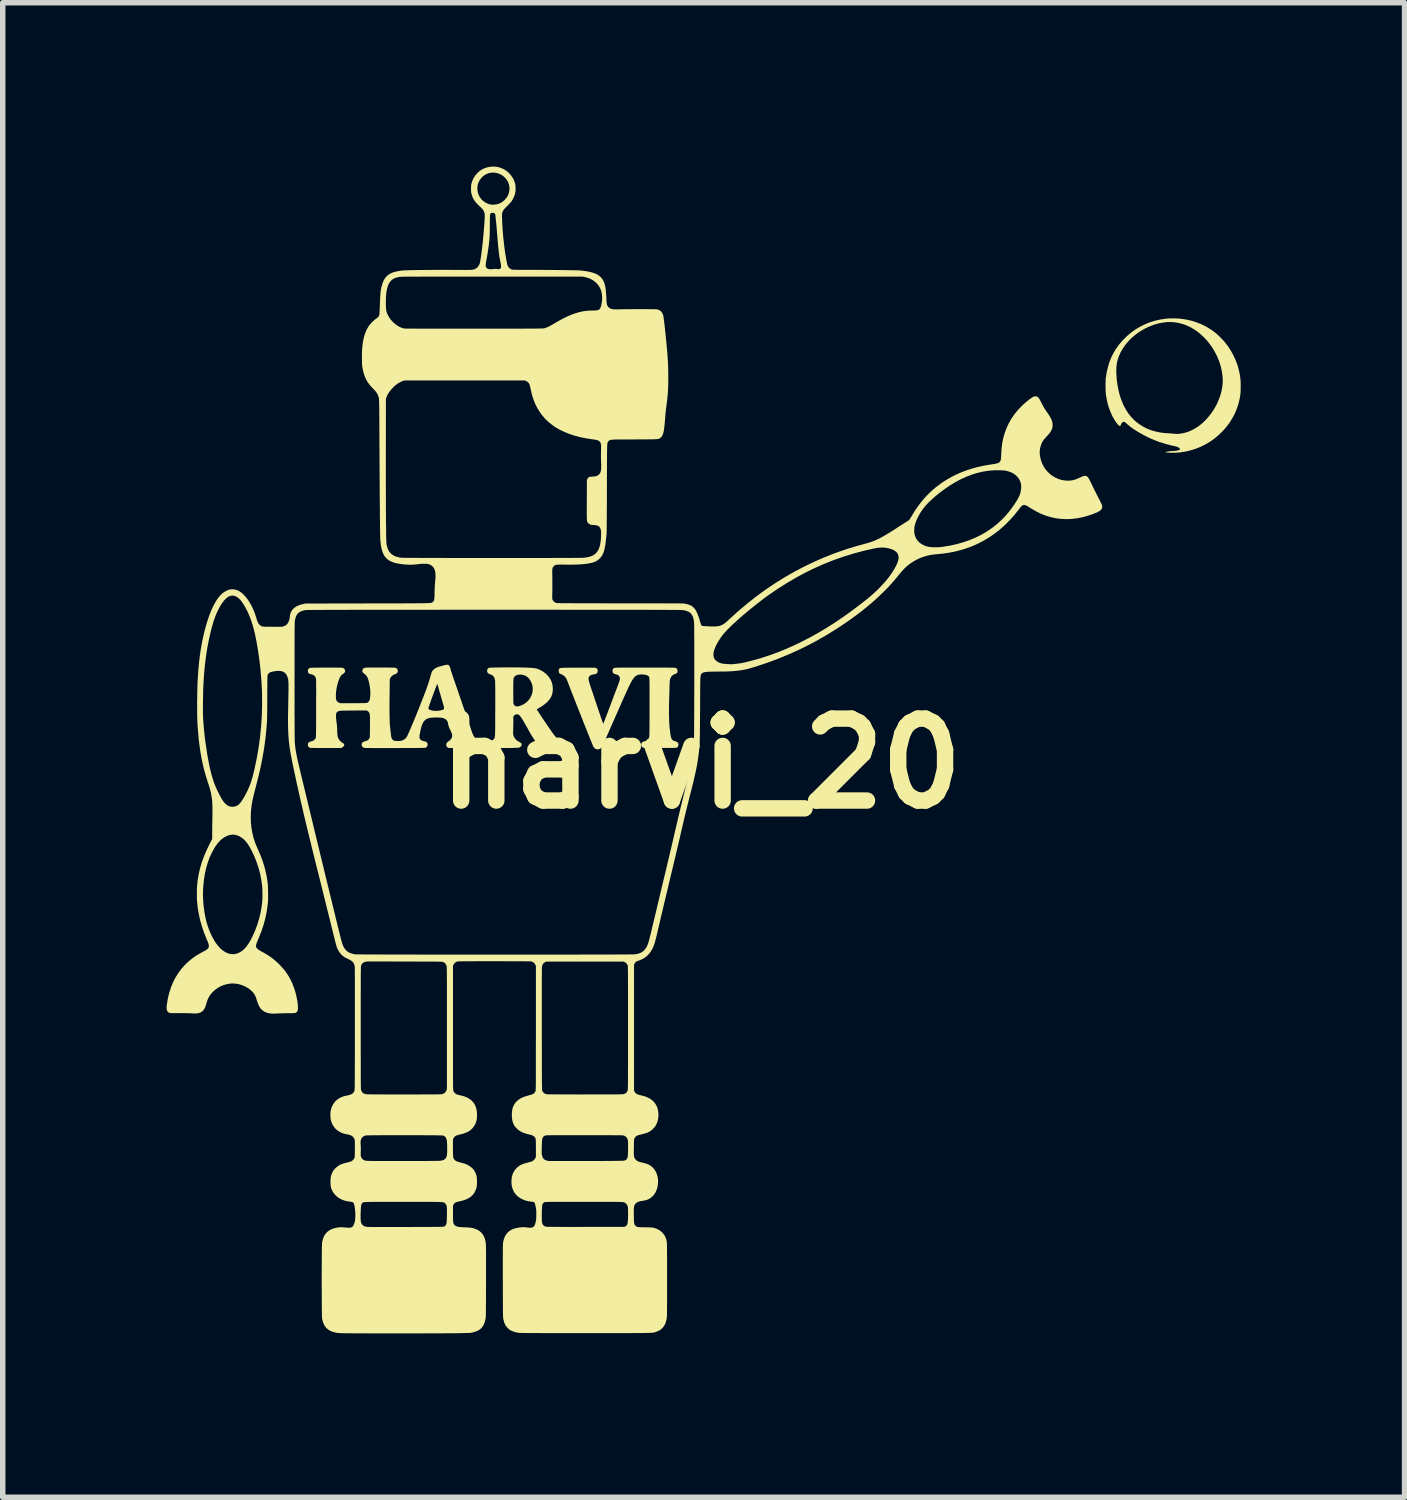
<source format=kicad_pcb>
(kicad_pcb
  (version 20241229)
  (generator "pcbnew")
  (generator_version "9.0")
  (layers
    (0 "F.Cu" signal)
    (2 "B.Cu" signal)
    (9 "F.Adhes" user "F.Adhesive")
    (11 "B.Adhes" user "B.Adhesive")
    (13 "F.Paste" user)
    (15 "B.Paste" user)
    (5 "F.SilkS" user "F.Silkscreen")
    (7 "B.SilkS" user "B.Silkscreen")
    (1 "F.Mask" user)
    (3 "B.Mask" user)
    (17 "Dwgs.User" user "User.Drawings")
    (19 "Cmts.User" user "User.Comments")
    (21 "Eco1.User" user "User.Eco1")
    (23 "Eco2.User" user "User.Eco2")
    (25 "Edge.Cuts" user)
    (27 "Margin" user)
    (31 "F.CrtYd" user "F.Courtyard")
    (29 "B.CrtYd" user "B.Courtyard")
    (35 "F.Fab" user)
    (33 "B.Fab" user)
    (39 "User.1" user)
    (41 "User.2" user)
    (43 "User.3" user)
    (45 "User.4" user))
  (footprint "harvi_20"
    (layer "F.Cu")
    (at 9.785 10.926)
    (property "Reference" "harvi_20" (at 0 0 0) (layer "F.SilkS") (effects (font (size 1.5 1.5) (thickness 0.3))))
    (attr board_only exclude_from_pos_files exclude_from_bom)
    (fp_poly (pts (xy 8.655 -8.148) (xy 8.696 -8.147) (xy 8.734 -8.145) (xy 8.768 -8.143) (xy 8.784 -8.141) (xy 8.885 -8.125) (xy 8.982 -8.103) (xy 9.075 -8.073) (xy 9.164 -8.037) (xy 9.249 -7.994) (xy 9.331 -7.944) (xy 9.408 -7.888) (xy 9.412 -7.885) (xy 9.432 -7.868) (xy 9.456 -7.846) (xy 9.482 -7.822) (xy 9.509 -7.796) (xy 9.534 -7.77) (xy 9.557 -7.746) (xy 9.575 -7.726) (xy 9.578 -7.723) (xy 9.639 -7.644) (xy 9.693 -7.562) (xy 9.741 -7.475) (xy 9.782 -7.386) (xy 9.817 -7.294) (xy 9.843 -7.199) (xy 9.852 -7.158) (xy 9.86 -7.122) (xy 9.865 -7.09) (xy 9.869 -7.059) (xy 9.872 -7.029) (xy 9.874 -6.998) (xy 9.876 -6.963) (xy 9.876 -6.922) (xy 9.876 -6.903) (xy 9.876 -6.862) (xy 9.875 -6.827) (xy 9.874 -6.797) (xy 9.872 -6.769) (xy 9.868 -6.742) (xy 9.864 -6.714) (xy 9.858 -6.683) (xy 9.855 -6.664) (xy 9.832 -6.573) (xy 9.802 -6.485) (xy 9.765 -6.398) (xy 9.72 -6.315) (xy 9.669 -6.234) (xy 9.611 -6.157) (xy 9.546 -6.083) (xy 9.539 -6.076) (xy 9.468 -6.008) (xy 9.392 -5.945) (xy 9.312 -5.889) (xy 9.229 -5.84) (xy 9.142 -5.797) (xy 9.052 -5.761) (xy 8.96 -5.732) (xy 8.866 -5.71) (xy 8.771 -5.695) (xy 8.674 -5.688) (xy 8.622 -5.688) (xy 8.599 -5.688) (xy 8.574 -5.689) (xy 8.552 -5.69) (xy 8.535 -5.691) (xy 8.534 -5.691) (xy 8.519 -5.693) (xy 8.507 -5.694) (xy 8.5 -5.696) (xy 8.499 -5.696) (xy 8.501 -5.699) (xy 8.509 -5.702) (xy 8.522 -5.705) (xy 8.538 -5.709) (xy 8.555 -5.712) (xy 8.567 -5.714) (xy 8.582 -5.716) (xy 8.602 -5.718) (xy 8.624 -5.719) (xy 8.644 -5.72) (xy 8.665 -5.722) (xy 8.686 -5.724) (xy 8.704 -5.726) (xy 8.716 -5.728) (xy 8.731 -5.733) (xy 8.746 -5.739) (xy 8.759 -5.745) (xy 8.767 -5.75) (xy 8.769 -5.753) (xy 8.766 -5.758) (xy 8.759 -5.766) (xy 8.753 -5.773) (xy 8.739 -5.784) (xy 8.722 -5.794) (xy 8.7 -5.802) (xy 8.672 -5.808) (xy 8.661 -5.81) (xy 8.621 -5.819) (xy 8.576 -5.83) (xy 8.527 -5.843) (xy 8.476 -5.858) (xy 8.425 -5.874) (xy 8.375 -5.89) (xy 8.329 -5.907) (xy 8.304 -5.917) (xy 8.244 -5.941) (xy 8.184 -5.969) (xy 8.123 -6) (xy 8.063 -6.032) (xy 8.006 -6.065) (xy 7.951 -6.099) (xy 7.9 -6.133) (xy 7.855 -6.166) (xy 7.815 -6.199) (xy 7.796 -6.215) (xy 7.775 -6.234) (xy 7.758 -6.247) (xy 7.744 -6.254) (xy 7.732 -6.256) (xy 7.721 -6.252) (xy 7.71 -6.244) (xy 7.709 -6.243) (xy 7.7 -6.232) (xy 7.691 -6.217) (xy 7.684 -6.203) (xy 7.678 -6.19) (xy 7.673 -6.182) (xy 7.668 -6.178) (xy 7.663 -6.177) (xy 7.654 -6.181) (xy 7.642 -6.19) (xy 7.627 -6.206) (xy 7.611 -6.225) (xy 7.593 -6.249) (xy 7.575 -6.276) (xy 7.557 -6.306) (xy 7.539 -6.337) (xy 7.528 -6.358) (xy 7.493 -6.434) (xy 7.463 -6.514) (xy 7.439 -6.597) (xy 7.42 -6.686) (xy 7.409 -6.752) (xy 7.407 -6.775) (xy 7.405 -6.803) (xy 7.404 -6.836) (xy 7.403 -6.872) (xy 7.402 -6.909) (xy 7.402 -6.947) (xy 7.403 -6.982) (xy 7.404 -7.014) (xy 7.405 -7.041) (xy 7.407 -7.06) (xy 7.423 -7.159) (xy 7.429 -7.183) (xy 7.599 -7.183) (xy 7.601 -7.125) (xy 7.605 -7.062) (xy 7.61 -7.011) (xy 7.624 -6.911) (xy 7.643 -6.816) (xy 7.667 -6.726) (xy 7.697 -6.64) (xy 7.731 -6.56) (xy 7.77 -6.486) (xy 7.814 -6.417) (xy 7.862 -6.354) (xy 7.915 -6.297) (xy 7.956 -6.259) (xy 8.021 -6.21) (xy 8.09 -6.167) (xy 8.163 -6.13) (xy 8.239 -6.1) (xy 8.289 -6.085) (xy 8.334 -6.074) (xy 8.377 -6.064) (xy 8.42 -6.057) (xy 8.466 -6.051) (xy 8.516 -6.047) (xy 8.563 -6.044) (xy 8.587 -6.042) (xy 8.611 -6.04) (xy 8.632 -6.039) (xy 8.649 -6.037) (xy 8.657 -6.037) (xy 8.687 -6.034) (xy 8.717 -6.033) (xy 8.75 -6.035) (xy 8.76 -6.036) (xy 8.826 -6.047) (xy 8.892 -6.064) (xy 8.956 -6.089) (xy 9.019 -6.121) (xy 9.073 -6.153) (xy 9.109 -6.178) (xy 9.144 -6.205) (xy 9.178 -6.233) (xy 9.212 -6.266) (xy 9.24 -6.294) (xy 9.296 -6.357) (xy 9.347 -6.424) (xy 9.393 -6.494) (xy 9.434 -6.567) (xy 9.468 -6.642) (xy 9.497 -6.718) (xy 9.52 -6.795) (xy 9.536 -6.873) (xy 9.546 -6.949) (xy 9.548 -7.024) (xy 9.545 -7.075) (xy 9.533 -7.168) (xy 9.514 -7.259) (xy 9.487 -7.349) (xy 9.452 -7.437) (xy 9.409 -7.523) (xy 9.36 -7.607) (xy 9.351 -7.621) (xy 9.299 -7.693) (xy 9.244 -7.759) (xy 9.184 -7.82) (xy 9.122 -7.876) (xy 9.057 -7.925) (xy 8.989 -7.968) (xy 8.919 -8.004) (xy 8.847 -8.034) (xy 8.774 -8.056) (xy 8.7 -8.072) (xy 8.625 -8.08) (xy 8.55 -8.081) (xy 8.526 -8.08) (xy 8.445 -8.07) (xy 8.364 -8.054) (xy 8.285 -8.031) (xy 8.208 -8.001) (xy 8.133 -7.967) (xy 8.061 -7.926) (xy 7.992 -7.881) (xy 7.927 -7.831) (xy 7.866 -7.777) (xy 7.811 -7.719) (xy 7.76 -7.658) (xy 7.716 -7.593) (xy 7.678 -7.526) (xy 7.647 -7.456) (xy 7.634 -7.421) (xy 7.621 -7.377) (xy 7.611 -7.332) (xy 7.604 -7.285) (xy 7.6 -7.236) (xy 7.599 -7.183) (xy 7.429 -7.183) (xy 7.445 -7.253) (xy 7.471 -7.342) (xy 7.504 -7.426) (xy 7.543 -7.506) (xy 7.587 -7.581) (xy 7.638 -7.653) (xy 7.654 -7.674) (xy 7.72 -7.75) (xy 7.791 -7.821) (xy 7.866 -7.884) (xy 7.945 -7.942) (xy 8.028 -7.992) (xy 8.115 -8.036) (xy 8.206 -8.073) (xy 8.3 -8.103) (xy 8.398 -8.126) (xy 8.498 -8.141) (xy 8.51 -8.143) (xy 8.54 -8.145) (xy 8.575 -8.147) (xy 8.614 -8.148)) (stroke (width 0) (type solid)) (fill yes) (layer "F.SilkS"))
    (fp_poly (pts (xy -3.439 -1.759) (xy -3.396 -1.759) (xy -3.357 -1.759) (xy -3.32 -1.758) (xy -3.288 -1.758) (xy -3.261 -1.757) (xy -3.258 -1.757) (xy -3.208 -1.756) (xy -3.164 -1.754) (xy -3.128 -1.752) (xy -3.096 -1.75) (xy -3.069 -1.747) (xy -3.046 -1.744) (xy -3.026 -1.741) (xy -3.007 -1.736) (xy -2.99 -1.731) (xy -2.974 -1.725) (xy -2.957 -1.717) (xy -2.95 -1.714) (xy -2.905 -1.69) (xy -2.865 -1.661) (xy -2.827 -1.628) (xy -2.799 -1.597) (xy -2.776 -1.567) (xy -2.756 -1.535) (xy -2.745 -1.512) (xy -2.73 -1.472) (xy -2.72 -1.427) (xy -2.716 -1.381) (xy -2.716 -1.333) (xy -2.723 -1.288) (xy -2.732 -1.255) (xy -2.746 -1.22) (xy -2.766 -1.187) (xy -2.792 -1.153) (xy -2.805 -1.139) (xy -2.831 -1.113) (xy -2.86 -1.089) (xy -2.893 -1.064) (xy -2.931 -1.039) (xy -2.957 -1.023) (xy -3.011 -0.992) (xy -2.933 -0.873) (xy -2.907 -0.833) (xy -2.879 -0.792) (xy -2.852 -0.752) (xy -2.825 -0.712) (xy -2.799 -0.673) (xy -2.773 -0.636) (xy -2.75 -0.603) (xy -2.729 -0.572) (xy -2.71 -0.546) (xy -2.694 -0.524) (xy -2.682 -0.508) (xy -2.675 -0.5) (xy -2.645 -0.468) (xy -2.614 -0.443) (xy -2.582 -0.424) (xy -2.545 -0.411) (xy -2.536 -0.408) (xy -2.521 -0.404) (xy -2.508 -0.4) (xy -2.499 -0.397) (xy -2.499 -0.397) (xy -2.486 -0.386) (xy -2.478 -0.37) (xy -2.473 -0.353) (xy -2.474 -0.334) (xy -2.479 -0.317) (xy -2.488 -0.303) (xy -2.498 -0.296) (xy -2.506 -0.293) (xy -2.521 -0.29) (xy -2.54 -0.286) (xy -2.564 -0.282) (xy -2.589 -0.277) (xy -2.616 -0.273) (xy -2.643 -0.269) (xy -2.665 -0.267) (xy -2.692 -0.265) (xy -2.723 -0.263) (xy -2.754 -0.263) (xy -2.783 -0.265) (xy -2.809 -0.267) (xy -2.822 -0.269) (xy -2.846 -0.273) (xy -2.865 -0.279) (xy -2.883 -0.286) (xy -2.904 -0.296) (xy -2.91 -0.299) (xy -2.932 -0.311) (xy -2.953 -0.325) (xy -2.973 -0.341) (xy -2.993 -0.361) (xy -3.014 -0.383) (xy -3.035 -0.409) (xy -3.057 -0.44) (xy -3.08 -0.476) (xy -3.106 -0.517) (xy -3.134 -0.564) (xy -3.164 -0.618) (xy -3.17 -0.63) (xy -3.198 -0.678) (xy -3.221 -0.72) (xy -3.242 -0.756) (xy -3.26 -0.787) (xy -3.275 -0.812) (xy -3.289 -0.833) (xy -3.3 -0.85) (xy -3.311 -0.864) (xy -3.32 -0.875) (xy -3.328 -0.883) (xy -3.336 -0.889) (xy -3.344 -0.894) (xy -3.35 -0.896) (xy -3.371 -0.901) (xy -3.392 -0.898) (xy -3.412 -0.889) (xy -3.428 -0.874) (xy -3.433 -0.867) (xy -3.437 -0.858) (xy -3.439 -0.847) (xy -3.44 -0.832) (xy -3.439 -0.826) (xy -3.438 -0.796) (xy -3.438 -0.761) (xy -3.438 -0.722) (xy -3.439 -0.682) (xy -3.44 -0.643) (xy -3.441 -0.614) (xy -3.442 -0.583) (xy -3.442 -0.559) (xy -3.441 -0.539) (xy -3.439 -0.522) (xy -3.434 -0.507) (xy -3.428 -0.491) (xy -3.424 -0.482) (xy -3.41 -0.46) (xy -3.39 -0.437) (xy -3.365 -0.416) (xy -3.337 -0.399) (xy -3.334 -0.397) (xy -3.314 -0.385) (xy -3.299 -0.375) (xy -3.291 -0.365) (xy -3.287 -0.354) (xy -3.287 -0.343) (xy -3.292 -0.324) (xy -3.304 -0.309) (xy -3.32 -0.297) (xy -3.325 -0.295) (xy -3.33 -0.293) (xy -3.337 -0.291) (xy -3.346 -0.289) (xy -3.359 -0.288) (xy -3.376 -0.288) (xy -3.398 -0.287) (xy -3.427 -0.286) (xy -3.437 -0.285) (xy -3.465 -0.285) (xy -3.498 -0.284) (xy -3.536 -0.284) (xy -3.578 -0.284) (xy -3.62 -0.284) (xy -3.663 -0.284) (xy -3.704 -0.285) (xy -3.709 -0.285) (xy -3.752 -0.286) (xy -3.788 -0.286) (xy -3.818 -0.287) (xy -3.842 -0.288) (xy -3.86 -0.289) (xy -3.875 -0.291) (xy -3.886 -0.293) (xy -3.894 -0.295) (xy -3.9 -0.298) (xy -3.904 -0.302) (xy -3.908 -0.307) (xy -3.911 -0.313) (xy -3.916 -0.328) (xy -3.918 -0.346) (xy -3.917 -0.365) (xy -3.913 -0.379) (xy -3.907 -0.387) (xy -3.898 -0.394) (xy -3.885 -0.4) (xy -3.866 -0.407) (xy -3.851 -0.412) (xy -3.834 -0.418) (xy -3.821 -0.425) (xy -3.809 -0.434) (xy -3.804 -0.439) (xy -3.799 -0.444) (xy -3.795 -0.448) (xy -3.791 -0.451) (xy -3.788 -0.455) (xy -3.785 -0.46) (xy -3.782 -0.465) (xy -3.78 -0.473) (xy -3.778 -0.482) (xy -3.776 -0.493) (xy -3.775 -0.507) (xy -3.773 -0.524) (xy -3.773 -0.544) (xy -3.772 -0.569) (xy -3.771 -0.598) (xy -3.771 -0.631) (xy -3.77 -0.67) (xy -3.77 -0.714) (xy -3.77 -0.764) (xy -3.77 -0.821) (xy -3.77 -0.885) (xy -3.77 -0.955) (xy -3.769 -0.994) (xy -3.769 -1.079) (xy -3.769 -1.156) (xy -3.769 -1.226) (xy -3.769 -1.289) (xy -3.769 -1.305) (xy -3.44 -1.305) (xy -3.44 -1.268) (xy -3.439 -1.232) (xy -3.439 -1.198) (xy -3.439 -1.168) (xy -3.438 -1.142) (xy -3.437 -1.12) (xy -3.437 -1.105) (xy -3.436 -1.096) (xy -3.436 -1.095) (xy -3.428 -1.078) (xy -3.417 -1.063) (xy -3.404 -1.052) (xy -3.395 -1.048) (xy -3.382 -1.045) (xy -3.37 -1.044) (xy -3.356 -1.046) (xy -3.337 -1.05) (xy -3.331 -1.051) (xy -3.285 -1.067) (xy -3.242 -1.089) (xy -3.203 -1.116) (xy -3.169 -1.148) (xy -3.14 -1.184) (xy -3.116 -1.224) (xy -3.099 -1.267) (xy -3.087 -1.312) (xy -3.083 -1.358) (xy -3.085 -1.398) (xy -3.094 -1.443) (xy -3.109 -1.485) (xy -3.129 -1.523) (xy -3.153 -1.557) (xy -3.182 -1.584) (xy -3.212 -1.604) (xy -3.244 -1.617) (xy -3.28 -1.625) (xy -3.317 -1.628) (xy -3.353 -1.624) (xy -3.363 -1.622) (xy -3.389 -1.612) (xy -3.409 -1.599) (xy -3.423 -1.581) (xy -3.433 -1.558) (xy -3.435 -1.548) (xy -3.436 -1.54) (xy -3.437 -1.525) (xy -3.438 -1.504) (xy -3.438 -1.478) (xy -3.439 -1.448) (xy -3.439 -1.415) (xy -3.439 -1.379) (xy -3.44 -1.342) (xy -3.44 -1.305) (xy -3.769 -1.305) (xy -3.769 -1.344) (xy -3.77 -1.392) (xy -3.77 -1.433) (xy -3.771 -1.466) (xy -3.771 -1.491) (xy -3.772 -1.509) (xy -3.772 -1.519) (xy -3.772 -1.519) (xy -3.779 -1.551) (xy -3.789 -1.578) (xy -3.805 -1.599) (xy -3.826 -1.616) (xy -3.854 -1.63) (xy -3.873 -1.637) (xy -3.894 -1.647) (xy -3.909 -1.662) (xy -3.917 -1.68) (xy -3.918 -1.702) (xy -3.917 -1.712) (xy -3.909 -1.731) (xy -3.897 -1.745) (xy -3.88 -1.753) (xy -3.872 -1.753) (xy -3.857 -1.754) (xy -3.836 -1.755) (xy -3.81 -1.756) (xy -3.778 -1.757) (xy -3.742 -1.757) (xy -3.703 -1.758) (xy -3.661 -1.758) (xy -3.618 -1.759) (xy -3.573 -1.759) (xy -3.528 -1.759) (xy -3.483 -1.759)) (stroke (width 0) (type solid)) (fill yes) (layer "F.SilkS"))
    (fp_poly (pts (xy -0.95 -1.755) (xy -0.881 -1.755) (xy -0.818 -1.755) (xy -0.762 -1.755) (xy -0.712 -1.755) (xy -0.669 -1.755) (xy -0.63 -1.755) (xy -0.597 -1.755) (xy -0.569 -1.754) (xy -0.545 -1.754) (xy -0.525 -1.754) (xy -0.508 -1.753) (xy -0.495 -1.753) (xy -0.485 -1.752) (xy -0.477 -1.752) (xy -0.47 -1.751) (xy -0.466 -1.75) (xy -0.463 -1.75) (xy -0.461 -1.749) (xy -0.46 -1.748) (xy -0.447 -1.737) (xy -0.438 -1.721) (xy -0.433 -1.702) (xy -0.432 -1.682) (xy -0.437 -1.666) (xy -0.442 -1.657) (xy -0.449 -1.652) (xy -0.459 -1.647) (xy -0.468 -1.643) (xy -0.5 -1.63) (xy -0.525 -1.613) (xy -0.545 -1.592) (xy -0.559 -1.567) (xy -0.562 -1.561) (xy -0.564 -1.556) (xy -0.566 -1.551) (xy -0.568 -1.546) (xy -0.57 -1.54) (xy -0.571 -1.532) (xy -0.573 -1.523) (xy -0.574 -1.512) (xy -0.575 -1.498) (xy -0.576 -1.481) (xy -0.577 -1.46) (xy -0.578 -1.435) (xy -0.579 -1.406) (xy -0.58 -1.372) (xy -0.581 -1.333) (xy -0.582 -1.288) (xy -0.584 -1.236) (xy -0.585 -1.178) (xy -0.587 -1.113) (xy -0.588 -1.077) (xy -0.589 -1.009) (xy -0.589 -0.942) (xy -0.589 -0.877) (xy -0.587 -0.815) (xy -0.585 -0.758) (xy -0.582 -0.706) (xy -0.578 -0.665) (xy -0.575 -0.629) (xy -0.57 -0.594) (xy -0.566 -0.561) (xy -0.562 -0.531) (xy -0.557 -0.506) (xy -0.553 -0.486) (xy -0.551 -0.476) (xy -0.541 -0.451) (xy -0.526 -0.432) (xy -0.507 -0.418) (xy -0.481 -0.409) (xy -0.475 -0.408) (xy -0.45 -0.4) (xy -0.433 -0.389) (xy -0.422 -0.374) (xy -0.416 -0.354) (xy -0.416 -0.343) (xy -0.419 -0.321) (xy -0.428 -0.305) (xy -0.444 -0.292) (xy -0.446 -0.292) (xy -0.449 -0.29) (xy -0.452 -0.289) (xy -0.457 -0.288) (xy -0.463 -0.287) (xy -0.471 -0.287) (xy -0.482 -0.286) (xy -0.497 -0.286) (xy -0.515 -0.285) (xy -0.537 -0.285) (xy -0.564 -0.285) (xy -0.597 -0.285) (xy -0.635 -0.285) (xy -0.68 -0.285) (xy -0.732 -0.285) (xy -0.757 -0.285) (xy -0.812 -0.285) (xy -0.86 -0.285) (xy -0.902 -0.285) (xy -0.937 -0.285) (xy -0.966 -0.285) (xy -0.991 -0.285) (xy -1.01 -0.286) (xy -1.026 -0.286) (xy -1.039 -0.287) (xy -1.048 -0.288) (xy -1.055 -0.288) (xy -1.06 -0.289) (xy -1.064 -0.291) (xy -1.068 -0.292) (xy -1.068 -0.292) (xy -1.083 -0.303) (xy -1.092 -0.319) (xy -1.097 -0.338) (xy -1.096 -0.357) (xy -1.091 -0.372) (xy -1.081 -0.386) (xy -1.068 -0.396) (xy -1.049 -0.403) (xy -1.041 -0.404) (xy -1.011 -0.412) (xy -0.988 -0.425) (xy -0.97 -0.442) (xy -0.957 -0.464) (xy -0.95 -0.489) (xy -0.949 -0.495) (xy -0.948 -0.509) (xy -0.948 -0.53) (xy -0.947 -0.558) (xy -0.947 -0.593) (xy -0.946 -0.635) (xy -0.946 -0.684) (xy -0.946 -0.741) (xy -0.945 -0.806) (xy -0.945 -0.878) (xy -0.945 -0.957) (xy -0.945 -1.038) (xy -0.945 -1.114) (xy -0.945 -1.183) (xy -0.945 -1.244) (xy -0.945 -1.299) (xy -0.945 -1.348) (xy -0.945 -1.391) (xy -0.945 -1.428) (xy -0.945 -1.46) (xy -0.946 -1.488) (xy -0.946 -1.511) (xy -0.947 -1.53) (xy -0.947 -1.546) (xy -0.948 -1.559) (xy -0.949 -1.569) (xy -0.951 -1.577) (xy -0.952 -1.583) (xy -0.954 -1.587) (xy -0.956 -1.59) (xy -0.958 -1.593) (xy -0.961 -1.595) (xy -0.963 -1.597) (xy -0.965 -1.599) (xy -0.978 -1.608) (xy -0.993 -1.616) (xy -1.012 -1.621) (xy -1.031 -1.625) (xy -1.075 -1.631) (xy -1.116 -1.63) (xy -1.153 -1.623) (xy -1.181 -1.612) (xy -1.2 -1.599) (xy -1.219 -1.581) (xy -1.239 -1.558) (xy -1.257 -1.533) (xy -1.262 -1.524) (xy -1.271 -1.509) (xy -1.279 -1.494) (xy -1.287 -1.479) (xy -1.296 -1.463) (xy -1.305 -1.445) (xy -1.314 -1.426) (xy -1.325 -1.405) (xy -1.336 -1.382) (xy -1.348 -1.355) (xy -1.362 -1.325) (xy -1.377 -1.291) (xy -1.394 -1.253) (xy -1.414 -1.21) (xy -1.435 -1.162) (xy -1.459 -1.108) (xy -1.485 -1.049) (xy -1.514 -0.982) (xy -1.533 -0.939) (xy -1.568 -0.86) (xy -1.6 -0.789) (xy -1.628 -0.723) (xy -1.655 -0.664) (xy -1.678 -0.611) (xy -1.699 -0.563) (xy -1.717 -0.521) (xy -1.734 -0.484) (xy -1.748 -0.452) (xy -1.76 -0.424) (xy -1.771 -0.4) (xy -1.78 -0.381) (xy -1.787 -0.364) (xy -1.793 -0.352) (xy -1.797 -0.342) (xy -1.8 -0.334) (xy -1.802 -0.331) (xy -1.817 -0.303) (xy -1.834 -0.282) (xy -1.853 -0.268) (xy -1.874 -0.261) (xy -1.893 -0.259) (xy -1.912 -0.261) (xy -1.929 -0.265) (xy -1.932 -0.266) (xy -1.95 -0.279) (xy -1.967 -0.298) (xy -1.976 -0.313) (xy -1.979 -0.32) (xy -1.985 -0.334) (xy -1.993 -0.354) (xy -2.004 -0.38) (xy -2.016 -0.411) (xy -2.031 -0.447) (xy -2.047 -0.488) (xy -2.065 -0.532) (xy -2.084 -0.579) (xy -2.104 -0.63) (xy -2.125 -0.683) (xy -2.147 -0.737) (xy -2.169 -0.793) (xy -2.191 -0.85) (xy -2.214 -0.908) (xy -2.237 -0.965) (xy -2.259 -1.022) (xy -2.281 -1.077) (xy -2.302 -1.131) (xy -2.323 -1.183) (xy -2.342 -1.233) (xy -2.36 -1.279) (xy -2.377 -1.322) (xy -2.392 -1.36) (xy -2.405 -1.394) (xy -2.416 -1.424) (xy -2.425 -1.447) (xy -2.432 -1.465) (xy -2.435 -1.474) (xy -2.444 -1.496) (xy -2.452 -1.518) (xy -2.46 -1.536) (xy -2.466 -1.55) (xy -2.469 -1.556) (xy -2.491 -1.586) (xy -2.517 -1.61) (xy -2.547 -1.628) (xy -2.567 -1.636) (xy -2.581 -1.642) (xy -2.593 -1.65) (xy -2.595 -1.652) (xy -2.601 -1.659) (xy -2.604 -1.667) (xy -2.606 -1.678) (xy -2.607 -1.692) (xy -2.608 -1.707) (xy -2.607 -1.718) (xy -2.604 -1.725) (xy -2.6 -1.731) (xy -2.597 -1.735) (xy -2.594 -1.738) (xy -2.591 -1.741) (xy -2.587 -1.744) (xy -2.582 -1.746) (xy -2.575 -1.748) (xy -2.566 -1.749) (xy -2.553 -1.75) (xy -2.538 -1.751) (xy -2.518 -1.752) (xy -2.494 -1.753) (xy -2.465 -1.753) (xy -2.431 -1.753) (xy -2.39 -1.754) (xy -2.343 -1.754) (xy -2.289 -1.754) (xy -2.252 -1.754) (xy -2.195 -1.754) (xy -2.144 -1.754) (xy -2.101 -1.754) (xy -2.064 -1.754) (xy -2.032 -1.754) (xy -2.006 -1.754) (xy -1.985 -1.754) (xy -1.967 -1.753) (xy -1.954 -1.753) (xy -1.944 -1.752) (xy -1.936 -1.752) (xy -1.93 -1.751) (xy -1.926 -1.75) (xy -1.923 -1.748) (xy -1.923 -1.748) (xy -1.907 -1.737) (xy -1.898 -1.722) (xy -1.894 -1.704) (xy -1.894 -1.699) (xy -1.896 -1.677) (xy -1.903 -1.659) (xy -1.915 -1.647) (xy -1.934 -1.638) (xy -1.959 -1.632) (xy -1.965 -1.632) (xy -1.997 -1.626) (xy -2.022 -1.616) (xy -2.041 -1.603) (xy -2.05 -1.592) (xy -2.056 -1.582) (xy -2.059 -1.573) (xy -2.06 -1.562) (xy -2.061 -1.546) (xy -2.061 -1.541) (xy -2.06 -1.535) (xy -2.059 -1.53) (xy -2.058 -1.523) (xy -2.056 -1.514) (xy -2.053 -1.503) (xy -2.05 -1.49) (xy -2.045 -1.474) (xy -2.039 -1.455) (xy -2.032 -1.432) (xy -2.023 -1.404) (xy -2.012 -1.372) (xy -2 -1.335) (xy -1.985 -1.292) (xy -1.969 -1.243) (xy -1.951 -1.188) (xy -1.93 -1.125) (xy -1.927 -1.119) (xy -1.906 -1.055) (xy -1.886 -0.996) (xy -1.868 -0.942) (xy -1.851 -0.893) (xy -1.837 -0.851) (xy -1.824 -0.814) (xy -1.813 -0.783) (xy -1.804 -0.759) (xy -1.798 -0.741) (xy -1.793 -0.73) (xy -1.791 -0.727) (xy -1.791 -0.727) (xy -1.791 -0.729) (xy -1.789 -0.733) (xy -1.787 -0.739) (xy -1.783 -0.748) (xy -1.778 -0.76) (xy -1.772 -0.776) (xy -1.765 -0.795) (xy -1.756 -0.818) (xy -1.746 -0.845) (xy -1.734 -0.877) (xy -1.72 -0.913) (xy -1.704 -0.954) (xy -1.687 -1.001) (xy -1.667 -1.053) (xy -1.645 -1.111) (xy -1.621 -1.175) (xy -1.594 -1.246) (xy -1.565 -1.323) (xy -1.533 -1.407) (xy -1.521 -1.439) (xy -1.512 -1.464) (xy -1.504 -1.487) (xy -1.497 -1.508) (xy -1.492 -1.525) (xy -1.489 -1.536) (xy -1.487 -1.562) (xy -1.492 -1.584) (xy -1.504 -1.603) (xy -1.522 -1.618) (xy -1.548 -1.629) (xy -1.572 -1.636) (xy -1.594 -1.643) (xy -1.61 -1.656) (xy -1.618 -1.669) (xy -1.623 -1.69) (xy -1.622 -1.71) (xy -1.615 -1.729) (xy -1.602 -1.743) (xy -1.596 -1.747) (xy -1.594 -1.748) (xy -1.592 -1.749) (xy -1.589 -1.75) (xy -1.585 -1.751) (xy -1.58 -1.752) (xy -1.572 -1.752) (xy -1.563 -1.753) (xy -1.551 -1.753) (xy -1.536 -1.754) (xy -1.518 -1.754) (xy -1.496 -1.754) (xy -1.47 -1.755) (xy -1.439 -1.755) (xy -1.403 -1.755) (xy -1.362 -1.755) (xy -1.315 -1.755) (xy -1.262 -1.755) (xy -1.203 -1.755) (xy -1.137 -1.755) (xy -1.063 -1.755) (xy -1.027 -1.755)) (stroke (width 0) (type solid)) (fill yes) (layer "F.SilkS"))
    (fp_poly (pts (xy -4.636 -1.807) (xy -4.625 -1.802) (xy -4.615 -1.793) (xy -4.606 -1.78) (xy -4.598 -1.76) (xy -4.589 -1.735) (xy -4.583 -1.711) (xy -4.578 -1.694) (xy -4.571 -1.671) (xy -4.562 -1.644) (xy -4.552 -1.614) (xy -4.542 -1.583) (xy -4.531 -1.551) (xy -4.529 -1.547) (xy -4.518 -1.515) (xy -4.506 -1.481) (xy -4.495 -1.448) (xy -4.484 -1.416) (xy -4.474 -1.389) (xy -4.467 -1.367) (xy -4.467 -1.367) (xy -4.462 -1.354) (xy -4.455 -1.333) (xy -4.446 -1.307) (xy -4.435 -1.275) (xy -4.423 -1.239) (xy -4.409 -1.198) (xy -4.393 -1.153) (xy -4.377 -1.105) (xy -4.36 -1.055) (xy -4.342 -1.003) (xy -4.324 -0.95) (xy -4.318 -0.933) (xy -4.301 -0.881) (xy -4.283 -0.831) (xy -4.267 -0.783) (xy -4.251 -0.738) (xy -4.237 -0.696) (xy -4.224 -0.659) (xy -4.213 -0.625) (xy -4.203 -0.597) (xy -4.195 -0.574) (xy -4.189 -0.558) (xy -4.185 -0.547) (xy -4.184 -0.545) (xy -4.166 -0.506) (xy -4.146 -0.474) (xy -4.122 -0.449) (xy -4.095 -0.429) (xy -4.063 -0.415) (xy -4.04 -0.409) (xy -4.015 -0.402) (xy -3.997 -0.393) (xy -3.985 -0.383) (xy -3.978 -0.369) (xy -3.975 -0.352) (xy -3.975 -0.345) (xy -3.977 -0.324) (xy -3.985 -0.309) (xy -3.998 -0.296) (xy -4.004 -0.292) (xy -4.007 -0.291) (xy -4.01 -0.289) (xy -4.014 -0.288) (xy -4.019 -0.287) (xy -4.027 -0.287) (xy -4.037 -0.286) (xy -4.05 -0.286) (xy -4.066 -0.285) (xy -4.087 -0.285) (xy -4.113 -0.285) (xy -4.144 -0.285) (xy -4.18 -0.284) (xy -4.223 -0.284) (xy -4.273 -0.284) (xy -4.32 -0.284) (xy -4.622 -0.284) (xy -4.638 -0.293) (xy -4.654 -0.305) (xy -4.663 -0.32) (xy -4.667 -0.341) (xy -4.667 -0.344) (xy -4.664 -0.363) (xy -4.655 -0.379) (xy -4.64 -0.394) (xy -4.633 -0.4) (xy -4.603 -0.423) (xy -4.58 -0.447) (xy -4.566 -0.471) (xy -4.558 -0.496) (xy -4.558 -0.522) (xy -4.561 -0.539) (xy -4.564 -0.548) (xy -4.57 -0.562) (xy -4.578 -0.581) (xy -4.587 -0.601) (xy -4.594 -0.616) (xy -4.606 -0.641) (xy -4.614 -0.661) (xy -4.621 -0.677) (xy -4.625 -0.692) (xy -4.628 -0.708) (xy -4.63 -0.714) (xy -4.633 -0.732) (xy -4.637 -0.75) (xy -4.641 -0.763) (xy -4.643 -0.767) (xy -4.657 -0.789) (xy -4.677 -0.808) (xy -4.703 -0.824) (xy -4.734 -0.835) (xy -4.737 -0.836) (xy -4.752 -0.838) (xy -4.772 -0.84) (xy -4.797 -0.841) (xy -4.825 -0.842) (xy -4.855 -0.842) (xy -4.885 -0.841) (xy -4.913 -0.84) (xy -4.938 -0.838) (xy -4.959 -0.836) (xy -4.968 -0.834) (xy -4.998 -0.826) (xy -5.023 -0.816) (xy -5.046 -0.802) (xy -5.065 -0.784) (xy -5.083 -0.762) (xy -5.098 -0.735) (xy -5.111 -0.702) (xy -5.124 -0.663) (xy -5.135 -0.617) (xy -5.143 -0.58) (xy -5.149 -0.548) (xy -5.154 -0.522) (xy -5.156 -0.501) (xy -5.156 -0.484) (xy -5.155 -0.471) (xy -5.152 -0.459) (xy -5.148 -0.451) (xy -5.138 -0.437) (xy -5.124 -0.426) (xy -5.105 -0.417) (xy -5.079 -0.41) (xy -5.079 -0.41) (xy -5.052 -0.403) (xy -5.033 -0.395) (xy -5.019 -0.384) (xy -5.011 -0.371) (xy -5.008 -0.354) (xy -5.008 -0.348) (xy -5.011 -0.326) (xy -5.02 -0.308) (xy -5.033 -0.294) (xy -5.036 -0.292) (xy -5.038 -0.291) (xy -5.04 -0.29) (xy -5.043 -0.289) (xy -5.047 -0.288) (xy -5.053 -0.288) (xy -5.06 -0.287) (xy -5.07 -0.287) (xy -5.083 -0.286) (xy -5.098 -0.286) (xy -5.117 -0.285) (xy -5.14 -0.285) (xy -5.167 -0.285) (xy -5.199 -0.284) (xy -5.235 -0.284) (xy -5.277 -0.284) (xy -5.325 -0.284) (xy -5.38 -0.284) (xy -5.44 -0.284) (xy -5.508 -0.283) (xy -5.583 -0.283) (xy -5.598 -0.283) (xy -5.683 -0.283) (xy -5.759 -0.283) (xy -5.829 -0.283) (xy -5.891 -0.283) (xy -5.947 -0.283) (xy -5.995 -0.283) (xy -6.037 -0.283) (xy -6.073 -0.284) (xy -6.103 -0.284) (xy -6.127 -0.284) (xy -6.145 -0.285) (xy -6.158 -0.285) (xy -6.166 -0.286) (xy -6.167 -0.286) (xy -6.188 -0.294) (xy -6.203 -0.308) (xy -6.212 -0.326) (xy -6.214 -0.335) (xy -6.215 -0.355) (xy -6.21 -0.372) (xy -6.2 -0.386) (xy -6.182 -0.397) (xy -6.158 -0.406) (xy -6.145 -0.41) (xy -6.12 -0.418) (xy -6.102 -0.427) (xy -6.088 -0.439) (xy -6.077 -0.455) (xy -6.076 -0.458) (xy -6.065 -0.48) (xy -6.063 -0.647) (xy -6.062 -0.699) (xy -6.062 -0.744) (xy -6.062 -0.782) (xy -6.062 -0.814) (xy -6.063 -0.841) (xy -6.064 -0.864) (xy -6.065 -0.882) (xy -6.067 -0.897) (xy -6.07 -0.909) (xy -6.073 -0.92) (xy -6.077 -0.928) (xy -6.077 -0.929) (xy -6.085 -0.943) (xy -6.094 -0.952) (xy -6.105 -0.96) (xy -6.108 -0.961) (xy -6.127 -0.971) (xy -6.361 -0.97) (xy -6.412 -0.969) (xy -6.458 -0.969) (xy -6.499 -0.968) (xy -6.535 -0.968) (xy -6.565 -0.967) (xy -6.589 -0.966) (xy -6.606 -0.965) (xy -6.615 -0.964) (xy -6.616 -0.964) (xy -6.641 -0.957) (xy -6.66 -0.946) (xy -6.674 -0.932) (xy -6.677 -0.927) (xy -6.681 -0.914) (xy -6.683 -0.894) (xy -6.684 -0.869) (xy -6.684 -0.841) (xy -6.681 -0.81) (xy -6.678 -0.778) (xy -6.675 -0.757) (xy -6.671 -0.73) (xy -6.668 -0.701) (xy -6.665 -0.667) (xy -6.663 -0.628) (xy -6.663 -0.608) (xy -6.662 -0.574) (xy -6.66 -0.546) (xy -6.658 -0.524) (xy -6.656 -0.506) (xy -6.653 -0.491) (xy -6.649 -0.477) (xy -6.644 -0.464) (xy -6.637 -0.451) (xy -6.636 -0.449) (xy -6.624 -0.431) (xy -6.607 -0.411) (xy -6.587 -0.393) (xy -6.567 -0.379) (xy -6.567 -0.379) (xy -6.551 -0.369) (xy -6.541 -0.362) (xy -6.536 -0.355) (xy -6.534 -0.347) (xy -6.533 -0.343) (xy -6.537 -0.327) (xy -6.548 -0.312) (xy -6.564 -0.298) (xy -6.57 -0.294) (xy -6.59 -0.284) (xy -6.863 -0.284) (xy -6.909 -0.284) (xy -6.953 -0.284) (xy -6.994 -0.284) (xy -7.032 -0.284) (xy -7.066 -0.284) (xy -7.095 -0.285) (xy -7.119 -0.285) (xy -7.137 -0.285) (xy -7.148 -0.286) (xy -7.151 -0.286) (xy -7.165 -0.289) (xy -7.177 -0.295) (xy -7.178 -0.296) (xy -7.19 -0.308) (xy -7.197 -0.324) (xy -7.2 -0.343) (xy -7.198 -0.361) (xy -7.191 -0.377) (xy -7.184 -0.386) (xy -7.175 -0.393) (xy -7.163 -0.398) (xy -7.146 -0.403) (xy -7.135 -0.406) (xy -7.106 -0.415) (xy -7.083 -0.43) (xy -7.065 -0.45) (xy -7.054 -0.474) (xy -7.053 -0.478) (xy -7.053 -0.485) (xy -7.052 -0.496) (xy -7.051 -0.511) (xy -7.051 -0.53) (xy -7.05 -0.555) (xy -7.05 -0.584) (xy -7.05 -0.618) (xy -7.049 -0.658) (xy -7.049 -0.704) (xy -7.049 -0.757) (xy -7.048 -0.816) (xy -7.048 -0.882) (xy -7.048 -0.955) (xy -7.048 -1.012) (xy -7.048 -1.087) (xy -7.048 -1.155) (xy -7.048 -1.216) (xy -7.047 -1.27) (xy -7.047 -1.318) (xy -7.047 -1.36) (xy -7.048 -1.397) (xy -7.048 -1.429) (xy -7.048 -1.456) (xy -7.048 -1.479) (xy -7.049 -1.498) (xy -7.049 -1.514) (xy -7.049 -1.527) (xy -7.05 -1.537) (xy -7.051 -1.545) (xy -7.051 -1.551) (xy -7.052 -1.556) (xy -7.053 -1.56) (xy -7.062 -1.584) (xy -7.075 -1.602) (xy -7.094 -1.617) (xy -7.118 -1.628) (xy -7.143 -1.634) (xy -7.158 -1.638) (xy -7.171 -1.642) (xy -7.18 -1.646) (xy -7.18 -1.646) (xy -7.19 -1.657) (xy -7.197 -1.673) (xy -7.2 -1.693) (xy -7.2 -1.696) (xy -7.197 -1.717) (xy -7.189 -1.732) (xy -7.175 -1.743) (xy -7.169 -1.746) (xy -7.166 -1.748) (xy -7.162 -1.749) (xy -7.157 -1.75) (xy -7.151 -1.751) (xy -7.144 -1.752) (xy -7.133 -1.753) (xy -7.12 -1.753) (xy -7.103 -1.754) (xy -7.082 -1.754) (xy -7.057 -1.754) (xy -7.026 -1.754) (xy -6.989 -1.755) (xy -6.946 -1.755) (xy -6.896 -1.755) (xy -6.859 -1.755) (xy -6.804 -1.755) (xy -6.756 -1.755) (xy -6.716 -1.755) (xy -6.681 -1.755) (xy -6.652 -1.755) (xy -6.628 -1.754) (xy -6.609 -1.754) (xy -6.593 -1.754) (xy -6.581 -1.753) (xy -6.572 -1.753) (xy -6.565 -1.752) (xy -6.56 -1.751) (xy -6.556 -1.75) (xy -6.553 -1.748) (xy -6.551 -1.747) (xy -6.534 -1.735) (xy -6.523 -1.719) (xy -6.518 -1.702) (xy -6.518 -1.683) (xy -6.526 -1.666) (xy -6.53 -1.661) (xy -6.541 -1.65) (xy -6.555 -1.64) (xy -6.559 -1.637) (xy -6.577 -1.625) (xy -6.592 -1.608) (xy -6.607 -1.587) (xy -6.621 -1.56) (xy -6.634 -1.527) (xy -6.644 -1.496) (xy -6.661 -1.438) (xy -6.674 -1.377) (xy -6.683 -1.317) (xy -6.687 -1.259) (xy -6.687 -1.237) (xy -6.686 -1.204) (xy -6.683 -1.178) (xy -6.677 -1.157) (xy -6.667 -1.14) (xy -6.653 -1.127) (xy -6.635 -1.116) (xy -6.629 -1.113) (xy -6.61 -1.104) (xy -6.371 -1.104) (xy -6.32 -1.104) (xy -6.276 -1.104) (xy -6.239 -1.105) (xy -6.207 -1.105) (xy -6.182 -1.105) (xy -6.161 -1.106) (xy -6.144 -1.107) (xy -6.13 -1.108) (xy -6.12 -1.11) (xy -6.112 -1.112) (xy -6.106 -1.115) (xy -6.101 -1.118) (xy -6.096 -1.122) (xy -6.091 -1.127) (xy -6.089 -1.129) (xy -6.078 -1.144) (xy -6.069 -1.166) (xy -6.062 -1.194) (xy -6.058 -1.227) (xy -6.056 -1.264) (xy -6.056 -1.304) (xy -6.058 -1.347) (xy -6.063 -1.391) (xy -6.07 -1.436) (xy -6.08 -1.481) (xy -6.082 -1.492) (xy -6.092 -1.529) (xy -6.102 -1.558) (xy -6.112 -1.582) (xy -6.123 -1.601) (xy -6.136 -1.617) (xy -6.151 -1.631) (xy -6.162 -1.639) (xy -6.181 -1.654) (xy -6.194 -1.667) (xy -6.201 -1.681) (xy -6.202 -1.697) (xy -6.2 -1.712) (xy -6.192 -1.73) (xy -6.179 -1.743) (xy -6.16 -1.751) (xy -6.152 -1.753) (xy -6.143 -1.754) (xy -6.129 -1.755) (xy -6.108 -1.756) (xy -6.081 -1.756) (xy -6.047 -1.756) (xy -6.005 -1.757) (xy -5.957 -1.757) (xy -5.9 -1.756) (xy -5.864 -1.756) (xy -5.812 -1.756) (xy -5.767 -1.756) (xy -5.729 -1.756) (xy -5.696 -1.755) (xy -5.669 -1.755) (xy -5.648 -1.755) (xy -5.63 -1.754) (xy -5.617 -1.754) (xy -5.606 -1.753) (xy -5.598 -1.752) (xy -5.592 -1.751) (xy -5.588 -1.75) (xy -5.585 -1.748) (xy -5.583 -1.748) (xy -5.569 -1.736) (xy -5.558 -1.72) (xy -5.553 -1.702) (xy -5.554 -1.683) (xy -5.561 -1.665) (xy -5.562 -1.663) (xy -5.57 -1.653) (xy -5.581 -1.645) (xy -5.597 -1.637) (xy -5.619 -1.628) (xy -5.62 -1.628) (xy -5.646 -1.614) (xy -5.669 -1.595) (xy -5.686 -1.571) (xy -5.689 -1.566) (xy -5.7 -1.543) (xy -5.703 -1.281) (xy -5.704 -1.205) (xy -5.705 -1.132) (xy -5.705 -1.063) (xy -5.705 -0.998) (xy -5.705 -0.938) (xy -5.704 -0.884) (xy -5.703 -0.834) (xy -5.702 -0.791) (xy -5.701 -0.755) (xy -5.7 -0.726) (xy -5.698 -0.708) (xy -5.695 -0.677) (xy -5.692 -0.645) (xy -5.689 -0.612) (xy -5.685 -0.58) (xy -5.681 -0.55) (xy -5.678 -0.524) (xy -5.675 -0.502) (xy -5.673 -0.487) (xy -5.672 -0.487) (xy -5.666 -0.462) (xy -5.656 -0.443) (xy -5.641 -0.429) (xy -5.63 -0.423) (xy -5.622 -0.419) (xy -5.612 -0.416) (xy -5.6 -0.414) (xy -5.584 -0.413) (xy -5.564 -0.413) (xy -5.541 -0.412) (xy -5.519 -0.413) (xy -5.501 -0.414) (xy -5.493 -0.416) (xy -5.46 -0.426) (xy -5.43 -0.443) (xy -5.406 -0.465) (xy -5.387 -0.491) (xy -5.385 -0.495) (xy -5.375 -0.515) (xy -5.363 -0.541) (xy -5.349 -0.573) (xy -5.332 -0.611) (xy -5.314 -0.653) (xy -5.295 -0.698) (xy -5.274 -0.747) (xy -5.253 -0.798) (xy -5.231 -0.851) (xy -5.209 -0.905) (xy -5.187 -0.959) (xy -5.166 -1.013) (xy -5.165 -1.014) (xy -4.992 -1.014) (xy -4.99 -1.002) (xy -4.982 -0.991) (xy -4.967 -0.983) (xy -4.949 -0.976) (xy -4.903 -0.966) (xy -4.854 -0.963) (xy -4.802 -0.966) (xy -4.773 -0.971) (xy -4.746 -0.978) (xy -4.726 -0.985) (xy -4.713 -0.992) (xy -4.71 -0.996) (xy -4.706 -1.01) (xy -4.708 -1.03) (xy -4.714 -1.055) (xy -4.716 -1.063) (xy -4.721 -1.079) (xy -4.727 -1.099) (xy -4.734 -1.125) (xy -4.743 -1.154) (xy -4.752 -1.186) (xy -4.761 -1.22) (xy -4.771 -1.254) (xy -4.781 -1.288) (xy -4.791 -1.321) (xy -4.8 -1.352) (xy -4.807 -1.38) (xy -4.814 -1.404) (xy -4.82 -1.423) (xy -4.823 -1.436) (xy -4.824 -1.44) (xy -4.828 -1.45) (xy -4.83 -1.455) (xy -4.831 -1.455) (xy -4.833 -1.452) (xy -4.837 -1.442) (xy -4.843 -1.426) (xy -4.851 -1.406) (xy -4.861 -1.382) (xy -4.871 -1.355) (xy -4.874 -1.348) (xy -4.898 -1.283) (xy -4.919 -1.226) (xy -4.938 -1.176) (xy -4.953 -1.132) (xy -4.966 -1.096) (xy -4.977 -1.066) (xy -4.984 -1.043) (xy -4.989 -1.027) (xy -4.992 -1.017) (xy -4.992 -1.014) (xy -5.165 -1.014) (xy -5.161 -1.025) (xy -5.134 -1.093) (xy -5.11 -1.155) (xy -5.088 -1.211) (xy -5.068 -1.262) (xy -5.051 -1.307) (xy -5.035 -1.349) (xy -5.022 -1.386) (xy -5.009 -1.421) (xy -4.998 -1.454) (xy -4.988 -1.485) (xy -4.979 -1.514) (xy -4.97 -1.543) (xy -4.962 -1.572) (xy -4.953 -1.602) (xy -4.953 -1.604) (xy -4.947 -1.626) (xy -4.941 -1.646) (xy -4.935 -1.664) (xy -4.931 -1.676) (xy -4.929 -1.68) (xy -4.912 -1.705) (xy -4.888 -1.728) (xy -4.858 -1.748) (xy -4.833 -1.76) (xy -4.82 -1.765) (xy -4.802 -1.771) (xy -4.78 -1.777) (xy -4.756 -1.784) (xy -4.731 -1.791) (xy -4.707 -1.797) (xy -4.685 -1.802) (xy -4.667 -1.806) (xy -4.654 -1.808) (xy -4.649 -1.808)) (stroke (width 0) (type solid)) (fill yes) (layer "F.SilkS"))
    (fp_poly (pts (xy -3.775 -10.926) (xy -3.724 -10.919) (xy -3.675 -10.906) (xy -3.627 -10.885) (xy -3.619 -10.882) (xy -3.572 -10.853) (xy -3.529 -10.819) (xy -3.491 -10.779) (xy -3.458 -10.735) (xy -3.431 -10.687) (xy -3.412 -10.637) (xy -3.408 -10.623) (xy -3.402 -10.597) (xy -3.399 -10.566) (xy -3.397 -10.533) (xy -3.397 -10.5) (xy -3.399 -10.472) (xy -3.4 -10.465) (xy -3.412 -10.412) (xy -3.432 -10.361) (xy -3.458 -10.311) (xy -3.473 -10.288) (xy -3.482 -10.278) (xy -3.495 -10.263) (xy -3.511 -10.245) (xy -3.529 -10.226) (xy -3.549 -10.206) (xy -3.553 -10.202) (xy -3.58 -10.175) (xy -3.601 -10.152) (xy -3.618 -10.131) (xy -3.63 -10.111) (xy -3.638 -10.091) (xy -3.643 -10.068) (xy -3.646 -10.043) (xy -3.646 -10.012) (xy -3.645 -9.975) (xy -3.645 -9.972) (xy -3.636 -9.796) (xy -3.622 -9.624) (xy -3.602 -9.453) (xy -3.598 -9.419) (xy -3.592 -9.379) (xy -3.586 -9.338) (xy -3.58 -9.298) (xy -3.573 -9.26) (xy -3.567 -9.224) (xy -3.561 -9.192) (xy -3.556 -9.165) (xy -3.551 -9.143) (xy -3.547 -9.128) (xy -3.547 -9.127) (xy -3.534 -9.097) (xy -3.517 -9.073) (xy -3.495 -9.056) (xy -3.467 -9.043) (xy -3.459 -9.041) (xy -3.452 -9.039) (xy -3.442 -9.039) (xy -3.427 -9.038) (xy -3.406 -9.037) (xy -3.38 -9.037) (xy -3.348 -9.036) (xy -3.31 -9.036) (xy -3.264 -9.036) (xy -3.214 -9.036) (xy -3.164 -9.036) (xy -3.111 -9.036) (xy -3.055 -9.036) (xy -2.997 -9.036) (xy -2.937 -9.036) (xy -2.876 -9.035) (xy -2.814 -9.035) (xy -2.753 -9.034) (xy -2.692 -9.034) (xy -2.632 -9.033) (xy -2.573 -9.032) (xy -2.517 -9.032) (xy -2.464 -9.031) (xy -2.414 -9.03) (xy -2.368 -9.029) (xy -2.327 -9.029) (xy -2.29 -9.028) (xy -2.259 -9.027) (xy -2.235 -9.026) (xy -2.217 -9.026) (xy -2.208 -9.025) (xy -2.134 -9.016) (xy -2.067 -9.005) (xy -2.008 -8.991) (xy -1.956 -8.975) (xy -1.949 -8.973) (xy -1.906 -8.953) (xy -1.868 -8.929) (xy -1.836 -8.901) (xy -1.809 -8.868) (xy -1.787 -8.829) (xy -1.769 -8.785) (xy -1.756 -8.734) (xy -1.749 -8.695) (xy -1.747 -8.676) (xy -1.745 -8.65) (xy -1.742 -8.618) (xy -1.739 -8.581) (xy -1.737 -8.54) (xy -1.734 -8.497) (xy -1.733 -8.48) (xy -1.732 -8.45) (xy -1.729 -8.427) (xy -1.726 -8.408) (xy -1.722 -8.393) (xy -1.716 -8.38) (xy -1.708 -8.367) (xy -1.704 -8.361) (xy -1.691 -8.347) (xy -1.673 -8.335) (xy -1.666 -8.331) (xy -1.653 -8.326) (xy -1.641 -8.321) (xy -1.628 -8.318) (xy -1.614 -8.315) (xy -1.596 -8.313) (xy -1.575 -8.313) (xy -1.549 -8.312) (xy -1.518 -8.313) (xy -1.479 -8.314) (xy -1.472 -8.314) (xy -1.448 -8.315) (xy -1.416 -8.315) (xy -1.379 -8.316) (xy -1.337 -8.316) (xy -1.291 -8.316) (xy -1.243 -8.317) (xy -1.193 -8.317) (xy -1.143 -8.317) (xy -1.093 -8.317) (xy -1.082 -8.317) (xy -1.029 -8.317) (xy -0.983 -8.316) (xy -0.943 -8.316) (xy -0.91 -8.316) (xy -0.882 -8.316) (xy -0.859 -8.315) (xy -0.84 -8.315) (xy -0.826 -8.314) (xy -0.814 -8.313) (xy -0.805 -8.312) (xy -0.799 -8.311) (xy -0.794 -8.31) (xy -0.79 -8.309) (xy -0.76 -8.295) (xy -0.734 -8.275) (xy -0.714 -8.249) (xy -0.699 -8.218) (xy -0.695 -8.203) (xy -0.692 -8.191) (xy -0.689 -8.172) (xy -0.686 -8.146) (xy -0.681 -8.115) (xy -0.677 -8.079) (xy -0.672 -8.038) (xy -0.667 -7.994) (xy -0.662 -7.947) (xy -0.656 -7.898) (xy -0.651 -7.847) (xy -0.646 -7.795) (xy -0.64 -7.743) (xy -0.635 -7.691) (xy -0.631 -7.641) (xy -0.626 -7.593) (xy -0.622 -7.547) (xy -0.619 -7.504) (xy -0.618 -7.491) (xy -0.614 -7.436) (xy -0.611 -7.387) (xy -0.608 -7.342) (xy -0.606 -7.298) (xy -0.604 -7.256) (xy -0.603 -7.211) (xy -0.603 -7.164) (xy -0.602 -7.112) (xy -0.602 -7.072) (xy -0.602 -7.005) (xy -0.603 -6.944) (xy -0.605 -6.888) (xy -0.607 -6.836) (xy -0.61 -6.786) (xy -0.614 -6.737) (xy -0.619 -6.687) (xy -0.625 -6.635) (xy -0.632 -6.58) (xy -0.637 -6.54) (xy -0.641 -6.509) (xy -0.646 -6.472) (xy -0.65 -6.433) (xy -0.654 -6.393) (xy -0.657 -6.355) (xy -0.659 -6.334) (xy -0.663 -6.273) (xy -0.668 -6.219) (xy -0.673 -6.172) (xy -0.678 -6.131) (xy -0.683 -6.096) (xy -0.689 -6.065) (xy -0.696 -6.04) (xy -0.704 -6.019) (xy -0.712 -6.001) (xy -0.722 -5.986) (xy -0.733 -5.973) (xy -0.745 -5.963) (xy -0.752 -5.958) (xy -0.757 -5.954) (xy -0.763 -5.951) (xy -0.768 -5.948) (xy -0.773 -5.945) (xy -0.78 -5.943) (xy -0.788 -5.941) (xy -0.797 -5.939) (xy -0.809 -5.938) (xy -0.824 -5.937) (xy -0.842 -5.936) (xy -0.864 -5.935) (xy -0.89 -5.934) (xy -0.921 -5.934) (xy -0.956 -5.934) (xy -0.998 -5.933) (xy -1.045 -5.933) (xy -1.099 -5.933) (xy -1.16 -5.933) (xy -1.217 -5.932) (xy -1.283 -5.932) (xy -1.342 -5.932) (xy -1.394 -5.932) (xy -1.439 -5.931) (xy -1.479 -5.931) (xy -1.513 -5.931) (xy -1.542 -5.931) (xy -1.567 -5.93) (xy -1.587 -5.93) (xy -1.604 -5.929) (xy -1.617 -5.928) (xy -1.628 -5.928) (xy -1.636 -5.927) (xy -1.643 -5.926) (xy -1.648 -5.925) (xy -1.649 -5.925) (xy -1.67 -5.919) (xy -1.685 -5.911) (xy -1.697 -5.901) (xy -1.705 -5.892) (xy -1.707 -5.889) (xy -1.709 -5.886) (xy -1.71 -5.883) (xy -1.712 -5.879) (xy -1.714 -5.875) (xy -1.715 -5.87) (xy -1.716 -5.863) (xy -1.717 -5.854) (xy -1.718 -5.843) (xy -1.719 -5.83) (xy -1.72 -5.815) (xy -1.721 -5.796) (xy -1.721 -5.773) (xy -1.722 -5.748) (xy -1.722 -5.718) (xy -1.723 -5.683) (xy -1.723 -5.645) (xy -1.723 -5.601) (xy -1.724 -5.551) (xy -1.724 -5.497) (xy -1.724 -5.436) (xy -1.724 -5.369) (xy -1.725 -5.295) (xy -1.725 -5.215) (xy -1.725 -5.127) (xy -1.725 -5.04) (xy -1.726 -4.947) (xy -1.726 -4.861) (xy -1.726 -4.782) (xy -1.726 -4.71) (xy -1.727 -4.645) (xy -1.727 -4.585) (xy -1.727 -4.531) (xy -1.727 -4.483) (xy -1.728 -4.44) (xy -1.728 -4.401) (xy -1.728 -4.367) (xy -1.729 -4.337) (xy -1.729 -4.31) (xy -1.729 -4.287) (xy -1.73 -4.266) (xy -1.73 -4.248) (xy -1.731 -4.233) (xy -1.731 -4.219) (xy -1.732 -4.207) (xy -1.733 -4.195) (xy -1.733 -4.185) (xy -1.734 -4.175) (xy -1.735 -4.166) (xy -1.736 -4.156) (xy -1.737 -4.152) (xy -1.743 -4.093) (xy -1.749 -4.042) (xy -1.755 -3.997) (xy -1.762 -3.958) (xy -1.769 -3.924) (xy -1.777 -3.893) (xy -1.786 -3.866) (xy -1.796 -3.842) (xy -1.808 -3.819) (xy -1.82 -3.798) (xy -1.821 -3.797) (xy -1.838 -3.773) (xy -1.858 -3.751) (xy -1.879 -3.732) (xy -1.903 -3.715) (xy -1.931 -3.699) (xy -1.962 -3.686) (xy -1.997 -3.675) (xy -2.037 -3.666) (xy -2.081 -3.658) (xy -2.131 -3.652) (xy -2.186 -3.647) (xy -2.248 -3.643) (xy -2.316 -3.641) (xy -2.391 -3.64) (xy -2.473 -3.64) (xy -2.517 -3.641) (xy -2.554 -3.641) (xy -2.585 -3.641) (xy -2.61 -3.64) (xy -2.631 -3.639) (xy -2.647 -3.638) (xy -2.66 -3.635) (xy -2.67 -3.632) (xy -2.678 -3.629) (xy -2.685 -3.624) (xy -2.692 -3.618) (xy -2.698 -3.612) (xy -2.707 -3.602) (xy -2.714 -3.592) (xy -2.719 -3.58) (xy -2.723 -3.566) (xy -2.725 -3.547) (xy -2.726 -3.524) (xy -2.726 -3.495) (xy -2.725 -3.475) (xy -2.725 -3.43) (xy -2.724 -3.379) (xy -2.724 -3.324) (xy -2.724 -3.268) (xy -2.724 -3.212) (xy -2.724 -3.158) (xy -2.725 -3.109) (xy -2.726 -3.097) (xy -2.726 -3.069) (xy -2.726 -3.048) (xy -2.726 -3.032) (xy -2.726 -3.021) (xy -2.725 -3.012) (xy -2.723 -3.005) (xy -2.72 -2.999) (xy -2.718 -2.994) (xy -2.704 -2.971) (xy -2.685 -2.954) (xy -2.661 -2.942) (xy -2.631 -2.935) (xy -2.63 -2.935) (xy -2.624 -2.935) (xy -2.611 -2.935) (xy -2.59 -2.935) (xy -2.563 -2.934) (xy -2.529 -2.934) (xy -2.489 -2.934) (xy -2.443 -2.934) (xy -2.391 -2.934) (xy -2.334 -2.933) (xy -2.272 -2.933) (xy -2.205 -2.933) (xy -2.134 -2.933) (xy -2.059 -2.933) (xy -1.98 -2.933) (xy -1.898 -2.933) (xy -1.812 -2.932) (xy -1.724 -2.932) (xy -1.633 -2.932) (xy -1.541 -2.932) (xy -1.471 -2.932) (xy -1.359 -2.932) (xy -1.255 -2.932) (xy -1.157 -2.932) (xy -1.067 -2.932) (xy -0.983 -2.932) (xy -0.906 -2.932) (xy -0.835 -2.932) (xy -0.77 -2.932) (xy -0.711 -2.932) (xy -0.657 -2.931) (xy -0.608 -2.931) (xy -0.564 -2.931) (xy -0.525 -2.931) (xy -0.49 -2.931) (xy -0.459 -2.931) (xy -0.431 -2.93) (xy -0.407 -2.93) (xy -0.386 -2.93) (xy -0.369 -2.929) (xy -0.353 -2.929) (xy -0.341 -2.929) (xy -0.33 -2.928) (xy -0.321 -2.928) (xy -0.314 -2.927) (xy -0.308 -2.927) (xy -0.303 -2.926) (xy -0.298 -2.925) (xy -0.297 -2.925) (xy -0.251 -2.915) (xy -0.212 -2.902) (xy -0.178 -2.886) (xy -0.149 -2.865) (xy -0.124 -2.839) (xy -0.101 -2.808) (xy -0.081 -2.77) (xy -0.068 -2.742) (xy -0.055 -2.708) (xy -0.041 -2.67) (xy -0.028 -2.628) (xy -0.02 -2.597) (xy -0.012 -2.57) (xy -0.005 -2.55) (xy 0.002 -2.535) (xy 0.009 -2.526) (xy 0.016 -2.52) (xy 0.018 -2.519) (xy 0.025 -2.518) (xy 0.039 -2.516) (xy 0.058 -2.515) (xy 0.081 -2.513) (xy 0.108 -2.512) (xy 0.137 -2.51) (xy 0.139 -2.51) (xy 0.186 -2.508) (xy 0.226 -2.508) (xy 0.26 -2.509) (xy 0.289 -2.511) (xy 0.315 -2.515) (xy 0.338 -2.52) (xy 0.36 -2.527) (xy 0.381 -2.537) (xy 0.396 -2.544) (xy 0.407 -2.551) (xy 0.418 -2.557) (xy 0.428 -2.564) (xy 0.439 -2.572) (xy 0.451 -2.583) (xy 0.466 -2.596) (xy 0.485 -2.613) (xy 0.508 -2.635) (xy 0.52 -2.645) (xy 0.681 -2.791) (xy 0.845 -2.929) (xy 1.013 -3.061) (xy 1.183 -3.185) (xy 1.357 -3.302) (xy 1.534 -3.412) (xy 1.714 -3.515) (xy 1.898 -3.611) (xy 2.086 -3.7) (xy 2.251 -3.772) (xy 2.389 -3.827) (xy 2.533 -3.88) (xy 2.681 -3.93) (xy 2.832 -3.976) (xy 2.984 -4.018) (xy 2.99 -4.02) (xy 3.034 -4.032) (xy 3.076 -4.044) (xy 3.116 -4.057) (xy 3.154 -4.072) (xy 3.193 -4.087) (xy 3.231 -4.105) (xy 3.271 -4.124) (xy 3.313 -4.147) (xy 3.357 -4.172) (xy 3.405 -4.2) (xy 3.457 -4.232) (xy 3.494 -4.255) (xy 3.9 -4.255) (xy 3.902 -4.224) (xy 3.906 -4.196) (xy 3.909 -4.184) (xy 3.925 -4.139) (xy 3.947 -4.099) (xy 3.975 -4.064) (xy 4.009 -4.034) (xy 4.05 -4.008) (xy 4.059 -4.003) (xy 4.089 -3.989) (xy 4.118 -3.978) (xy 4.149 -3.969) (xy 4.182 -3.963) (xy 4.218 -3.96) (xy 4.261 -3.958) (xy 4.282 -3.958) (xy 4.314 -3.958) (xy 4.342 -3.959) (xy 4.368 -3.96) (xy 4.395 -3.963) (xy 4.426 -3.967) (xy 4.429 -3.968) (xy 4.557 -3.989) (xy 4.68 -4.016) (xy 4.799 -4.05) (xy 4.912 -4.089) (xy 5.021 -4.134) (xy 5.125 -4.185) (xy 5.223 -4.242) (xy 5.316 -4.305) (xy 5.339 -4.322) (xy 5.427 -4.393) (xy 5.511 -4.47) (xy 5.589 -4.553) (xy 5.662 -4.643) (xy 5.731 -4.738) (xy 5.736 -4.747) (xy 5.766 -4.793) (xy 5.791 -4.835) (xy 5.811 -4.873) (xy 5.828 -4.908) (xy 5.84 -4.941) (xy 5.849 -4.974) (xy 5.854 -5.006) (xy 5.857 -5.039) (xy 5.858 -5.047) (xy 5.858 -5.082) (xy 5.855 -5.113) (xy 5.848 -5.142) (xy 5.838 -5.171) (xy 5.828 -5.19) (xy 5.818 -5.209) (xy 5.808 -5.224) (xy 5.796 -5.239) (xy 5.78 -5.256) (xy 5.777 -5.26) (xy 5.746 -5.287) (xy 5.713 -5.31) (xy 5.677 -5.328) (xy 5.644 -5.34) (xy 5.619 -5.349) (xy 5.596 -5.355) (xy 5.575 -5.36) (xy 5.553 -5.363) (xy 5.528 -5.365) (xy 5.5 -5.367) (xy 5.465 -5.368) (xy 5.464 -5.368) (xy 5.361 -5.367) (xy 5.259 -5.359) (xy 5.158 -5.343) (xy 5.056 -5.319) (xy 4.955 -5.288) (xy 4.854 -5.249) (xy 4.752 -5.203) (xy 4.651 -5.149) (xy 4.55 -5.087) (xy 4.448 -5.017) (xy 4.346 -4.94) (xy 4.292 -4.896) (xy 4.261 -4.869) (xy 4.228 -4.839) (xy 4.194 -4.808) (xy 4.162 -4.776) (xy 4.132 -4.745) (xy 4.106 -4.717) (xy 4.089 -4.697) (xy 4.045 -4.639) (xy 4.005 -4.578) (xy 3.971 -4.516) (xy 3.942 -4.454) (xy 3.92 -4.393) (xy 3.907 -4.346) (xy 3.903 -4.318) (xy 3.901 -4.287) (xy 3.9 -4.255) (xy 3.494 -4.255) (xy 3.514 -4.268) (xy 3.571 -4.304) (xy 3.6 -4.324) (xy 3.631 -4.344) (xy 3.661 -4.363) (xy 3.689 -4.381) (xy 3.714 -4.396) (xy 3.734 -4.409) (xy 3.741 -4.414) (xy 3.761 -4.426) (xy 3.778 -4.437) (xy 3.793 -4.447) (xy 3.803 -4.454) (xy 3.807 -4.457) (xy 3.812 -4.463) (xy 3.82 -4.475) (xy 3.83 -4.491) (xy 3.841 -4.509) (xy 3.844 -4.514) (xy 3.908 -4.62) (xy 3.976 -4.718) (xy 4.047 -4.81) (xy 4.123 -4.896) (xy 4.203 -4.976) (xy 4.288 -5.05) (xy 4.378 -5.118) (xy 4.425 -5.152) (xy 4.521 -5.211) (xy 4.619 -5.265) (xy 4.721 -5.313) (xy 4.828 -5.356) (xy 4.938 -5.393) (xy 5.054 -5.425) (xy 5.174 -5.452) (xy 5.301 -5.473) (xy 5.327 -5.477) (xy 5.36 -5.482) (xy 5.386 -5.486) (xy 5.406 -5.491) (xy 5.422 -5.495) (xy 5.435 -5.499) (xy 5.445 -5.505) (xy 5.454 -5.51) (xy 5.463 -5.517) (xy 5.47 -5.525) (xy 5.476 -5.533) (xy 5.48 -5.544) (xy 5.484 -5.558) (xy 5.487 -5.576) (xy 5.489 -5.599) (xy 5.491 -5.628) (xy 5.492 -5.661) (xy 5.496 -5.716) (xy 5.499 -5.765) (xy 5.504 -5.809) (xy 5.509 -5.849) (xy 5.515 -5.887) (xy 5.523 -5.924) (xy 5.532 -5.962) (xy 5.532 -5.964) (xy 5.559 -6.057) (xy 5.593 -6.146) (xy 5.633 -6.232) (xy 5.68 -6.313) (xy 5.734 -6.392) (xy 5.795 -6.467) (xy 5.859 -6.534) (xy 5.889 -6.564) (xy 5.92 -6.592) (xy 5.952 -6.62) (xy 5.983 -6.645) (xy 6.012 -6.668) (xy 6.04 -6.687) (xy 6.063 -6.703) (xy 6.083 -6.714) (xy 6.089 -6.716) (xy 6.114 -6.722) (xy 6.137 -6.72) (xy 6.158 -6.711) (xy 6.177 -6.694) (xy 6.183 -6.687) (xy 6.189 -6.677) (xy 6.197 -6.662) (xy 6.207 -6.644) (xy 6.218 -6.623) (xy 6.223 -6.613) (xy 6.251 -6.558) (xy 6.28 -6.507) (xy 6.313 -6.456) (xy 6.337 -6.422) (xy 6.363 -6.384) (xy 6.384 -6.35) (xy 6.401 -6.32) (xy 6.413 -6.293) (xy 6.423 -6.267) (xy 6.429 -6.241) (xy 6.432 -6.224) (xy 6.434 -6.191) (xy 6.431 -6.159) (xy 6.423 -6.127) (xy 6.409 -6.095) (xy 6.388 -6.061) (xy 6.361 -6.026) (xy 6.327 -5.989) (xy 6.326 -5.988) (xy 6.3 -5.96) (xy 6.279 -5.936) (xy 6.262 -5.913) (xy 6.248 -5.891) (xy 6.236 -5.868) (xy 6.233 -5.862) (xy 6.218 -5.821) (xy 6.206 -5.777) (xy 6.199 -5.73) (xy 6.197 -5.685) (xy 6.198 -5.668) (xy 6.207 -5.605) (xy 6.222 -5.545) (xy 6.244 -5.488) (xy 6.271 -5.434) (xy 6.305 -5.384) (xy 6.343 -5.339) (xy 6.386 -5.298) (xy 6.433 -5.263) (xy 6.484 -5.233) (xy 6.538 -5.209) (xy 6.595 -5.191) (xy 6.655 -5.181) (xy 6.712 -5.177) (xy 6.753 -5.179) (xy 6.791 -5.183) (xy 6.828 -5.192) (xy 6.866 -5.204) (xy 6.907 -5.222) (xy 6.934 -5.234) (xy 6.968 -5.25) (xy 6.996 -5.26) (xy 7.02 -5.265) (xy 7.041 -5.264) (xy 7.059 -5.258) (xy 7.075 -5.244) (xy 7.091 -5.225) (xy 7.106 -5.198) (xy 7.118 -5.174) (xy 7.143 -5.124) (xy 7.164 -5.079) (xy 7.183 -5.04) (xy 7.2 -5.005) (xy 7.216 -4.974) (xy 7.23 -4.946) (xy 7.244 -4.919) (xy 7.257 -4.893) (xy 7.27 -4.867) (xy 7.278 -4.852) (xy 7.296 -4.817) (xy 7.311 -4.788) (xy 7.322 -4.764) (xy 7.331 -4.745) (xy 7.336 -4.729) (xy 7.34 -4.716) (xy 7.341 -4.705) (xy 7.341 -4.701) (xy 7.339 -4.68) (xy 7.331 -4.66) (xy 7.318 -4.642) (xy 7.298 -4.626) (xy 7.272 -4.609) (xy 7.238 -4.593) (xy 7.231 -4.59) (xy 7.151 -4.559) (xy 7.068 -4.532) (xy 6.984 -4.509) (xy 6.903 -4.492) (xy 6.869 -4.487) (xy 6.772 -4.476) (xy 6.676 -4.473) (xy 6.582 -4.478) (xy 6.489 -4.49) (xy 6.398 -4.51) (xy 6.308 -4.537) (xy 6.219 -4.572) (xy 6.131 -4.616) (xy 6.044 -4.666) (xy 6.029 -4.676) (xy 5.996 -4.697) (xy 5.968 -4.713) (xy 5.945 -4.725) (xy 5.925 -4.731) (xy 5.908 -4.733) (xy 5.891 -4.729) (xy 5.876 -4.719) (xy 5.859 -4.704) (xy 5.841 -4.684) (xy 5.82 -4.657) (xy 5.81 -4.644) (xy 5.729 -4.543) (xy 5.643 -4.448) (xy 5.554 -4.359) (xy 5.461 -4.277) (xy 5.363 -4.202) (xy 5.263 -4.133) (xy 5.158 -4.072) (xy 5.051 -4.017) (xy 4.94 -3.969) (xy 4.863 -3.942) (xy 4.781 -3.915) (xy 4.699 -3.893) (xy 4.616 -3.873) (xy 4.53 -3.857) (xy 4.441 -3.844) (xy 4.345 -3.834) (xy 4.321 -3.832) (xy 4.293 -3.829) (xy 4.264 -3.826) (xy 4.236 -3.823) (xy 4.213 -3.82) (xy 4.194 -3.817) (xy 4.19 -3.816) (xy 4.108 -3.796) (xy 4.028 -3.769) (xy 3.951 -3.735) (xy 3.877 -3.693) (xy 3.807 -3.645) (xy 3.796 -3.636) (xy 3.755 -3.602) (xy 3.713 -3.562) (xy 3.671 -3.515) (xy 3.63 -3.467) (xy 3.591 -3.419) (xy 3.556 -3.377) (xy 3.523 -3.337) (xy 3.49 -3.301) (xy 3.458 -3.265) (xy 3.424 -3.228) (xy 3.387 -3.19) (xy 3.369 -3.172) (xy 3.271 -3.076) (xy 3.169 -2.981) (xy 3.061 -2.889) (xy 2.948 -2.797) (xy 2.829 -2.706) (xy 2.703 -2.616) (xy 2.571 -2.525) (xy 2.431 -2.435) (xy 2.285 -2.345) (xy 2.28 -2.343) (xy 2.13 -2.256) (xy 1.974 -2.173) (xy 1.813 -2.093) (xy 1.648 -2.017) (xy 1.48 -1.947) (xy 1.383 -1.908) (xy 1.33 -1.888) (xy 1.275 -1.868) (xy 1.219 -1.848) (xy 1.163 -1.828) (xy 1.108 -1.81) (xy 1.055 -1.792) (xy 1.004 -1.775) (xy 0.958 -1.761) (xy 0.917 -1.749) (xy 0.881 -1.739) (xy 0.876 -1.737) (xy 0.823 -1.724) (xy 0.768 -1.713) (xy 0.712 -1.704) (xy 0.652 -1.697) (xy 0.589 -1.691) (xy 0.521 -1.687) (xy 0.447 -1.684) (xy 0.367 -1.683) (xy 0.325 -1.683) (xy 0.269 -1.682) (xy 0.22 -1.682) (xy 0.177 -1.681) (xy 0.141 -1.68) (xy 0.11 -1.678) (xy 0.084 -1.675) (xy 0.063 -1.672) (xy 0.046 -1.667) (xy 0.032 -1.662) (xy 0.021 -1.656) (xy 0.012 -1.649) (xy 0.005 -1.64) (xy -0.001 -1.63) (xy -0.001 -1.629) (xy -0.003 -1.625) (xy -0.005 -1.621) (xy -0.007 -1.616) (xy -0.009 -1.611) (xy -0.01 -1.604) (xy -0.011 -1.596) (xy -0.012 -1.586) (xy -0.013 -1.574) (xy -0.014 -1.558) (xy -0.015 -1.54) (xy -0.016 -1.518) (xy -0.016 -1.492) (xy -0.017 -1.462) (xy -0.017 -1.428) (xy -0.018 -1.388) (xy -0.018 -1.342) (xy -0.018 -1.291) (xy -0.019 -1.233) (xy -0.019 -1.169) (xy -0.019 -1.097) (xy -0.02 -1.024) (xy -0.02 -0.946) (xy -0.021 -0.871) (xy -0.021 -0.801) (xy -0.022 -0.734) (xy -0.022 -0.671) (xy -0.023 -0.614) (xy -0.023 -0.562) (xy -0.024 -0.515) (xy -0.025 -0.475) (xy -0.025 -0.441) (xy -0.026 -0.413) (xy -0.027 -0.393) (xy -0.027 -0.384) (xy -0.032 -0.315) (xy -0.038 -0.247) (xy -0.045 -0.179) (xy -0.054 -0.11) (xy -0.064 -0.04) (xy -0.077 0.033) (xy -0.092 0.109) (xy -0.109 0.189) (xy -0.128 0.273) (xy -0.149 0.364) (xy -0.169 0.441) (xy -0.178 0.477) (xy -0.188 0.518) (xy -0.2 0.564) (xy -0.212 0.611) (xy -0.224 0.658) (xy -0.235 0.704) (xy -0.246 0.747) (xy -0.247 0.749) (xy -0.257 0.791) (xy -0.269 0.839) (xy -0.281 0.89) (xy -0.294 0.943) (xy -0.307 0.997) (xy -0.319 1.048) (xy -0.33 1.096) (xy -0.333 1.11) (xy -0.355 1.202) (xy -0.378 1.301) (xy -0.402 1.407) (xy -0.429 1.521) (xy -0.458 1.642) (xy -0.488 1.77) (xy -0.52 1.904) (xy -0.554 2.045) (xy -0.571 2.116) (xy -0.599 2.236) (xy -0.626 2.35) (xy -0.652 2.458) (xy -0.677 2.56) (xy -0.699 2.655) (xy -0.72 2.744) (xy -0.74 2.827) (xy -0.757 2.902) (xy -0.773 2.97) (xy -0.788 3.031) (xy -0.794 3.059) (xy -0.806 3.112) (xy -0.817 3.158) (xy -0.827 3.198) (xy -0.836 3.233) (xy -0.844 3.263) (xy -0.852 3.289) (xy -0.86 3.312) (xy -0.867 3.333) (xy -0.875 3.353) (xy -0.884 3.372) (xy -0.893 3.391) (xy -0.894 3.393) (xy -0.913 3.428) (xy -0.933 3.457) (xy -0.955 3.485) (xy -0.972 3.504) (xy -1.005 3.534) (xy -1.04 3.56) (xy -1.08 3.582) (xy -1.125 3.602) (xy -1.145 3.609) (xy -1.169 3.618) (xy -1.187 3.627) (xy -1.2 3.636) (xy -1.21 3.648) (xy -1.218 3.662) (xy -1.229 3.685) (xy -1.229 4.836) (xy -1.229 5.987) (xy -1.22 6.006) (xy -1.21 6.023) (xy -1.197 6.037) (xy -1.18 6.049) (xy -1.158 6.059) (xy -1.131 6.067) (xy -1.105 6.074) (xy -1.045 6.089) (xy -0.992 6.108) (xy -0.945 6.131) (xy -0.905 6.158) (xy -0.87 6.189) (xy -0.842 6.224) (xy -0.819 6.262) (xy -0.8 6.308) (xy -0.788 6.359) (xy -0.782 6.411) (xy -0.783 6.464) (xy -0.784 6.473) (xy -0.788 6.506) (xy -0.794 6.534) (xy -0.802 6.56) (xy -0.812 6.587) (xy -0.82 6.603) (xy -0.832 6.627) (xy -0.845 6.647) (xy -0.86 6.666) (xy -0.867 6.673) (xy -0.894 6.7) (xy -0.921 6.722) (xy -0.951 6.741) (xy -0.984 6.757) (xy -1.022 6.77) (xy -1.065 6.783) (xy -1.102 6.791) (xy -1.134 6.799) (xy -1.16 6.807) (xy -1.18 6.816) (xy -1.196 6.828) (xy -1.208 6.842) (xy -1.218 6.859) (xy -1.229 6.881) (xy -1.232 7.023) (xy -1.232 7.06) (xy -1.233 7.094) (xy -1.233 7.124) (xy -1.232 7.15) (xy -1.232 7.169) (xy -1.231 7.182) (xy -1.23 7.185) (xy -1.222 7.217) (xy -1.206 7.243) (xy -1.185 7.265) (xy -1.157 7.283) (xy -1.155 7.283) (xy -1.141 7.289) (xy -1.122 7.295) (xy -1.098 7.301) (xy -1.073 7.307) (xy -1.073 7.307) (xy -1.034 7.316) (xy -1.002 7.326) (xy -0.974 7.336) (xy -0.949 7.349) (xy -0.928 7.362) (xy -0.892 7.39) (xy -0.861 7.424) (xy -0.835 7.463) (xy -0.815 7.506) (xy -0.8 7.553) (xy -0.791 7.603) (xy -0.789 7.656) (xy -0.792 7.71) (xy -0.794 7.723) (xy -0.805 7.775) (xy -0.823 7.824) (xy -0.845 7.867) (xy -0.874 7.906) (xy -0.907 7.939) (xy -0.945 7.966) (xy -0.966 7.977) (xy -0.988 7.986) (xy -1.012 7.994) (xy -1.041 8) (xy -1.073 8.006) (xy -1.11 8.012) (xy -1.14 8.02) (xy -1.165 8.029) (xy -1.184 8.041) (xy -1.2 8.055) (xy -1.213 8.072) (xy -1.213 8.072) (xy -1.218 8.082) (xy -1.223 8.093) (xy -1.227 8.105) (xy -1.229 8.119) (xy -1.231 8.136) (xy -1.233 8.157) (xy -1.233 8.183) (xy -1.233 8.214) (xy -1.233 8.253) (xy -1.233 8.269) (xy -1.232 8.31) (xy -1.231 8.344) (xy -1.23 8.372) (xy -1.229 8.394) (xy -1.226 8.412) (xy -1.224 8.426) (xy -1.22 8.437) (xy -1.215 8.446) (xy -1.21 8.454) (xy -1.203 8.462) (xy -1.202 8.462) (xy -1.195 8.469) (xy -1.188 8.474) (xy -1.179 8.479) (xy -1.169 8.482) (xy -1.157 8.485) (xy -1.141 8.487) (xy -1.12 8.488) (xy -1.094 8.489) (xy -1.061 8.489) (xy -1.033 8.489) (xy -0.992 8.49) (xy -0.959 8.491) (xy -0.931 8.492) (xy -0.907 8.494) (xy -0.887 8.496) (xy -0.868 8.5) (xy -0.851 8.504) (xy -0.833 8.51) (xy -0.819 8.516) (xy -0.777 8.536) (xy -0.738 8.562) (xy -0.705 8.593) (xy -0.677 8.629) (xy -0.661 8.658) (xy -0.648 8.686) (xy -0.639 8.713) (xy -0.632 8.742) (xy -0.627 8.774) (xy -0.627 8.782) (xy -0.626 8.798) (xy -0.626 8.82) (xy -0.626 8.849) (xy -0.625 8.884) (xy -0.625 8.923) (xy -0.625 8.968) (xy -0.624 9.017) (xy -0.624 9.069) (xy -0.624 9.125) (xy -0.624 9.184) (xy -0.624 9.244) (xy -0.624 9.307) (xy -0.624 9.37) (xy -0.624 9.434) (xy -0.624 9.499) (xy -0.624 9.563) (xy -0.624 9.626) (xy -0.624 9.688) (xy -0.624 9.747) (xy -0.624 9.805) (xy -0.624 9.859) (xy -0.625 9.91) (xy -0.625 9.957) (xy -0.625 10) (xy -0.626 10.037) (xy -0.626 10.069) (xy -0.626 10.096) (xy -0.627 10.115) (xy -0.627 10.128) (xy -0.628 10.131) (xy -0.636 10.185) (xy -0.649 10.234) (xy -0.667 10.276) (xy -0.691 10.313) (xy -0.719 10.345) (xy -0.753 10.371) (xy -0.793 10.391) (xy -0.82 10.402) (xy -0.827 10.404) (xy -0.833 10.407) (xy -0.839 10.409) (xy -0.845 10.411) (xy -0.85 10.412) (xy -0.856 10.414) (xy -0.863 10.416) (xy -0.871 10.417) (xy -0.88 10.418) (xy -0.89 10.419) (xy -0.902 10.42) (xy -0.916 10.421) (xy -0.932 10.422) (xy -0.951 10.423) (xy -0.972 10.424) (xy -0.997 10.424) (xy -1.025 10.425) (xy -1.057 10.425) (xy -1.092 10.426) (xy -1.132 10.426) (xy -1.176 10.426) (xy -1.224 10.426) (xy -1.278 10.427) (xy -1.337 10.427) (xy -1.401 10.427) (xy -1.471 10.427) (xy -1.547 10.427) (xy -1.63 10.427) (xy -1.719 10.427) (xy -1.814 10.427) (xy -1.917 10.427) (xy -2.027 10.427) (xy -2.12 10.427) (xy -2.238 10.427) (xy -2.349 10.427) (xy -2.452 10.427) (xy -2.548 10.427) (xy -2.637 10.427) (xy -2.72 10.427) (xy -2.796 10.427) (xy -2.866 10.427) (xy -2.931 10.427) (xy -2.989 10.426) (xy -3.042 10.426) (xy -3.09 10.426) (xy -3.132 10.426) (xy -3.17 10.426) (xy -3.204 10.425) (xy -3.233 10.425) (xy -3.258 10.425) (xy -3.279 10.424) (xy -3.297 10.424) (xy -3.312 10.424) (xy -3.323 10.423) (xy -3.332 10.423) (xy -3.337 10.422) (xy -3.339 10.422) (xy -3.383 10.414) (xy -3.421 10.404) (xy -3.456 10.392) (xy -3.475 10.383) (xy -3.495 10.373) (xy -3.511 10.362) (xy -3.526 10.35) (xy -3.541 10.335) (xy -3.562 10.312) (xy -3.58 10.287) (xy -3.594 10.26) (xy -3.606 10.229) (xy -3.616 10.192) (xy -3.621 10.174) (xy -3.622 10.169) (xy -3.623 10.164) (xy -3.624 10.159) (xy -3.624 10.153) (xy -3.625 10.146) (xy -3.626 10.138) (xy -3.626 10.128) (xy -3.627 10.115) (xy -3.627 10.101) (xy -3.628 10.083) (xy -3.628 10.061) (xy -3.628 10.037) (xy -3.629 10.008) (xy -3.629 9.974) (xy -3.629 9.936) (xy -3.629 9.893) (xy -3.63 9.844) (xy -3.63 9.79) (xy -3.63 9.729) (xy -3.63 9.661) (xy -3.63 9.587) (xy -3.63 9.505) (xy -3.63 9.48) (xy -3.631 9.38) (xy -3.631 9.287) (xy -3.631 9.203) (xy -3.631 9.126) (xy -3.631 9.057) (xy -3.63 8.996) (xy -3.63 8.942) (xy -3.63 8.897) (xy -3.63 8.859) (xy -3.629 8.829) (xy -3.629 8.807) (xy -3.628 8.792) (xy -3.628 8.788) (xy -3.62 8.739) (xy -3.608 8.696) (xy -3.591 8.656) (xy -3.59 8.653) (xy -3.568 8.616) (xy -3.54 8.583) (xy -3.508 8.556) (xy -3.469 8.533) (xy -3.425 8.515) (xy -3.375 8.502) (xy -3.318 8.493) (xy -3.302 8.491) (xy -3.281 8.489) (xy -3.263 8.488) (xy -3.246 8.488) (xy -3.228 8.489) (xy -3.206 8.491) (xy -3.189 8.493) (xy -3.157 8.497) (xy -3.132 8.498) (xy -3.113 8.497) (xy -3.097 8.495) (xy -3.084 8.489) (xy -3.072 8.482) (xy -3.066 8.477) (xy -3.057 8.467) (xy -3.049 8.455) (xy -3.043 8.439) (xy -3.036 8.418) (xy -3.029 8.391) (xy -3.027 8.381) (xy -3.024 8.367) (xy -3.021 8.353) (xy -3.02 8.34) (xy -3.019 8.324) (xy -3.018 8.305) (xy -3.018 8.288) (xy -2.918 8.288) (xy -2.917 8.319) (xy -2.917 8.346) (xy -2.916 8.37) (xy -2.915 8.388) (xy -2.914 8.398) (xy -2.906 8.426) (xy -2.893 8.448) (xy -2.874 8.465) (xy -2.849 8.477) (xy -2.846 8.478) (xy -2.843 8.479) (xy -2.838 8.479) (xy -2.83 8.48) (xy -2.819 8.48) (xy -2.805 8.481) (xy -2.788 8.481) (xy -2.767 8.481) (xy -2.741 8.482) (xy -2.712 8.482) (xy -2.677 8.482) (xy -2.638 8.482) (xy -2.593 8.482) (xy -2.543 8.483) (xy -2.486 8.483) (xy -2.423 8.483) (xy -2.354 8.483) (xy -2.278 8.483) (xy -2.194 8.483) (xy -2.118 8.482) (xy -1.406 8.482) (xy -1.388 8.473) (xy -1.372 8.464) (xy -1.361 8.453) (xy -1.353 8.438) (xy -1.351 8.432) (xy -1.348 8.419) (xy -1.345 8.399) (xy -1.342 8.374) (xy -1.34 8.345) (xy -1.339 8.313) (xy -1.338 8.279) (xy -1.338 8.245) (xy -1.338 8.211) (xy -1.338 8.18) (xy -1.34 8.152) (xy -1.341 8.128) (xy -1.344 8.109) (xy -1.347 8.099) (xy -1.357 8.079) (xy -1.371 8.061) (xy -1.387 8.046) (xy -1.396 8.041) (xy -1.4 8.039) (xy -1.403 8.037) (xy -1.407 8.035) (xy -1.412 8.033) (xy -1.417 8.032) (xy -1.423 8.031) (xy -1.431 8.03) (xy -1.441 8.029) (xy -1.453 8.028) (xy -1.468 8.027) (xy -1.485 8.026) (xy -1.506 8.026) (xy -1.53 8.025) (xy -1.559 8.025) (xy -1.591 8.025) (xy -1.629 8.024) (xy -1.671 8.024) (xy -1.719 8.024) (xy -1.772 8.024) (xy -1.831 8.024) (xy -1.897 8.024) (xy -1.97 8.024) (xy -2.049 8.024) (xy -2.136 8.024) (xy -2.149 8.024) (xy -2.237 8.024) (xy -2.317 8.024) (xy -2.39 8.024) (xy -2.456 8.024) (xy -2.516 8.024) (xy -2.569 8.024) (xy -2.617 8.025) (xy -2.659 8.025) (xy -2.697 8.025) (xy -2.729 8.025) (xy -2.757 8.025) (xy -2.781 8.026) (xy -2.801 8.026) (xy -2.818 8.026) (xy -2.832 8.027) (xy -2.843 8.027) (xy -2.851 8.028) (xy -2.858 8.028) (xy -2.863 8.029) (xy -2.867 8.03) (xy -2.869 8.031) (xy -2.87 8.031) (xy -2.884 8.039) (xy -2.895 8.051) (xy -2.904 8.068) (xy -2.908 8.082) (xy -2.91 8.093) (xy -2.912 8.111) (xy -2.913 8.134) (xy -2.915 8.161) (xy -2.916 8.191) (xy -2.917 8.223) (xy -2.917 8.256) (xy -2.918 8.288) (xy -3.018 8.288) (xy -3.018 8.281) (xy -3.018 8.254) (xy -3.018 8.225) (xy -3.018 8.202) (xy -3.019 8.183) (xy -3.02 8.167) (xy -3.022 8.152) (xy -3.025 8.138) (xy -3.028 8.121) (xy -3.028 8.119) (xy -3.035 8.09) (xy -3.04 8.067) (xy -3.046 8.051) (xy -3.052 8.039) (xy -3.06 8.031) (xy -3.071 8.026) (xy -3.084 8.023) (xy -3.102 8.021) (xy -3.111 8.021) (xy -3.165 8.013) (xy -3.218 7.999) (xy -3.268 7.98) (xy -3.313 7.955) (xy -3.354 7.927) (xy -3.377 7.906) (xy -3.407 7.872) (xy -3.431 7.835) (xy -3.449 7.794) (xy -3.464 7.747) (xy -3.469 7.718) (xy -3.472 7.684) (xy -3.472 7.648) (xy -3.471 7.613) (xy -3.467 7.58) (xy -3.464 7.561) (xy -3.45 7.515) (xy -3.432 7.475) (xy -3.409 7.44) (xy -3.381 7.407) (xy -3.376 7.403) (xy -3.351 7.381) (xy -3.326 7.363) (xy -3.298 7.347) (xy -3.267 7.333) (xy -3.232 7.321) (xy -3.19 7.309) (xy -3.158 7.302) (xy -3.123 7.292) (xy -3.094 7.281) (xy -3.072 7.268) (xy -3.054 7.252) (xy -3.04 7.232) (xy -3.036 7.225) (xy -3.025 7.203) (xy -3.025 7.086) (xy -2.919 7.086) (xy -2.919 7.112) (xy -2.919 7.133) (xy -2.918 7.149) (xy -2.917 7.153) (xy -2.911 7.182) (xy -2.902 7.208) (xy -2.89 7.229) (xy -2.881 7.24) (xy -2.865 7.252) (xy -2.843 7.263) (xy -2.82 7.271) (xy -2.804 7.275) (xy -2.797 7.275) (xy -2.783 7.275) (xy -2.761 7.276) (xy -2.734 7.276) (xy -2.7 7.276) (xy -2.662 7.277) (xy -2.618 7.277) (xy -2.57 7.277) (xy -2.519 7.277) (xy -2.464 7.277) (xy -2.406 7.277) (xy -2.345 7.277) (xy -2.283 7.277) (xy -2.22 7.277) (xy -2.156 7.277) (xy -2.091 7.277) (xy -2.027 7.276) (xy -1.963 7.276) (xy -1.9 7.276) (xy -1.839 7.276) (xy -1.78 7.276) (xy -1.724 7.275) (xy -1.671 7.275) (xy -1.622 7.275) (xy -1.577 7.274) (xy -1.536 7.274) (xy -1.501 7.273) (xy -1.471 7.273) (xy -1.447 7.272) (xy -1.43 7.272) (xy -1.421 7.272) (xy -1.419 7.271) (xy -1.393 7.265) (xy -1.373 7.254) (xy -1.359 7.238) (xy -1.349 7.217) (xy -1.346 7.207) (xy -1.345 7.195) (xy -1.343 7.177) (xy -1.341 7.154) (xy -1.34 7.127) (xy -1.339 7.096) (xy -1.338 7.064) (xy -1.338 7.032) (xy -1.338 7) (xy -1.338 6.971) (xy -1.338 6.945) (xy -1.339 6.923) (xy -1.34 6.907) (xy -1.341 6.9) (xy -1.35 6.87) (xy -1.364 6.846) (xy -1.384 6.828) (xy -1.408 6.814) (xy -1.413 6.812) (xy -1.416 6.811) (xy -1.419 6.81) (xy -1.422 6.809) (xy -1.427 6.809) (xy -1.433 6.808) (xy -1.441 6.807) (xy -1.451 6.807) (xy -1.463 6.806) (xy -1.478 6.806) (xy -1.496 6.806) (xy -1.518 6.805) (xy -1.543 6.805) (xy -1.573 6.805) (xy -1.607 6.805) (xy -1.646 6.804) (xy -1.69 6.804) (xy -1.74 6.804) (xy -1.796 6.804) (xy -1.858 6.804) (xy -1.926 6.804) (xy -2.002 6.804) (xy -2.085 6.804) (xy -2.127 6.804) (xy -2.217 6.804) (xy -2.299 6.804) (xy -2.374 6.804) (xy -2.442 6.804) (xy -2.504 6.804) (xy -2.559 6.804) (xy -2.608 6.804) (xy -2.652 6.804) (xy -2.69 6.804) (xy -2.723 6.804) (xy -2.751 6.805) (xy -2.775 6.805) (xy -2.795 6.805) (xy -2.811 6.806) (xy -2.824 6.806) (xy -2.833 6.807) (xy -2.84 6.808) (xy -2.844 6.808) (xy -2.868 6.816) (xy -2.886 6.828) (xy -2.898 6.844) (xy -2.907 6.867) (xy -2.91 6.879) (xy -2.911 6.892) (xy -2.913 6.911) (xy -2.915 6.936) (xy -2.916 6.964) (xy -2.917 6.994) (xy -2.918 7.026) (xy -2.919 7.057) (xy -2.919 7.086) (xy -3.025 7.086) (xy -3.025 7.042) (xy -3.026 7) (xy -3.026 6.965) (xy -3.026 6.936) (xy -3.027 6.913) (xy -3.028 6.894) (xy -3.029 6.88) (xy -3.031 6.868) (xy -3.034 6.859) (xy -3.037 6.852) (xy -3.042 6.845) (xy -3.047 6.839) (xy -3.052 6.834) (xy -3.066 6.822) (xy -3.083 6.811) (xy -3.105 6.802) (xy -3.134 6.795) (xy -3.142 6.793) (xy -3.197 6.779) (xy -3.245 6.763) (xy -3.287 6.745) (xy -3.324 6.724) (xy -3.357 6.699) (xy -3.369 6.688) (xy -3.398 6.658) (xy -3.421 6.627) (xy -3.438 6.594) (xy -3.451 6.557) (xy -3.46 6.516) (xy -3.465 6.469) (xy -3.465 6.45) (xy -3.465 6.396) (xy -3.46 6.349) (xy -3.451 6.306) (xy -3.436 6.267) (xy -3.417 6.232) (xy -3.392 6.199) (xy -3.383 6.19) (xy -3.357 6.166) (xy -3.329 6.145) (xy -3.298 6.126) (xy -3.261 6.109) (xy -3.22 6.094) (xy -3.172 6.08) (xy -3.154 6.075) (xy -3.121 6.066) (xy -3.096 6.058) (xy -3.076 6.049) (xy -3.061 6.039) (xy -3.049 6.027) (xy -3.04 6.012) (xy -3.032 5.997) (xy -3.032 5.995) (xy -3.031 5.992) (xy -3.031 5.989) (xy -3.03 5.984) (xy -3.029 5.978) (xy -3.029 5.97) (xy -3.029 5.961) (xy -3.028 5.949) (xy -3.028 5.935) (xy -3.027 5.918) (xy -3.027 5.898) (xy -3.027 5.874) (xy -3.027 5.847) (xy -3.026 5.817) (xy -3.026 5.782) (xy -3.026 5.742) (xy -3.026 5.699) (xy -3.026 5.65) (xy -3.026 5.596) (xy -3.026 5.536) (xy -3.026 5.471) (xy -3.026 5.4) (xy -3.026 5.323) (xy -3.026 5.239) (xy -3.026 5.148) (xy -3.025 5.051) (xy -3.025 4.946) (xy -3.025 4.842) (xy -3.025 4.333) (xy -2.917 4.333) (xy -2.917 4.423) (xy -2.917 4.52) (xy -2.917 4.624) (xy -2.917 4.736) (xy -2.917 4.856) (xy -2.917 4.856) (xy -2.917 4.967) (xy -2.917 5.07) (xy -2.916 5.166) (xy -2.916 5.255) (xy -2.916 5.337) (xy -2.916 5.413) (xy -2.916 5.483) (xy -2.916 5.546) (xy -2.916 5.604) (xy -2.916 5.657) (xy -2.915 5.704) (xy -2.915 5.747) (xy -2.915 5.785) (xy -2.915 5.819) (xy -2.915 5.848) (xy -2.914 5.874) (xy -2.914 5.896) (xy -2.914 5.916) (xy -2.913 5.932) (xy -2.913 5.945) (xy -2.913 5.957) (xy -2.912 5.966) (xy -2.912 5.973) (xy -2.911 5.978) (xy -2.91 5.982) (xy -2.91 5.986) (xy -2.909 5.988) (xy -2.909 5.989) (xy -2.895 6.015) (xy -2.876 6.034) (xy -2.852 6.048) (xy -2.828 6.055) (xy -2.822 6.055) (xy -2.809 6.056) (xy -2.789 6.056) (xy -2.762 6.056) (xy -2.729 6.056) (xy -2.69 6.057) (xy -2.646 6.057) (xy -2.597 6.057) (xy -2.544 6.057) (xy -2.486 6.057) (xy -2.424 6.057) (xy -2.359 6.057) (xy -2.291 6.058) (xy -2.221 6.058) (xy -2.148 6.058) (xy -2.12 6.058) (xy -2.034 6.057) (xy -1.955 6.057) (xy -1.883 6.057) (xy -1.818 6.057) (xy -1.759 6.057) (xy -1.707 6.057) (xy -1.66 6.057) (xy -1.618 6.057) (xy -1.582 6.057) (xy -1.55 6.057) (xy -1.523 6.056) (xy -1.5 6.056) (xy -1.48 6.056) (xy -1.463 6.055) (xy -1.45 6.055) (xy -1.439 6.054) (xy -1.43 6.054) (xy -1.423 6.053) (xy -1.418 6.052) (xy -1.414 6.052) (xy -1.411 6.051) (xy -1.408 6.05) (xy -1.385 6.038) (xy -1.365 6.02) (xy -1.35 5.998) (xy -1.347 5.989) (xy -1.346 5.987) (xy -1.345 5.984) (xy -1.345 5.981) (xy -1.344 5.976) (xy -1.343 5.971) (xy -1.343 5.964) (xy -1.342 5.956) (xy -1.342 5.945) (xy -1.342 5.932) (xy -1.341 5.917) (xy -1.341 5.899) (xy -1.341 5.877) (xy -1.34 5.853) (xy -1.34 5.824) (xy -1.34 5.792) (xy -1.34 5.756) (xy -1.34 5.715) (xy -1.34 5.669) (xy -1.34 5.619) (xy -1.339 5.563) (xy -1.339 5.502) (xy -1.339 5.434) (xy -1.339 5.361) (xy -1.339 5.282) (xy -1.339 5.195) (xy -1.339 5.102) (xy -1.339 5.002) (xy -1.339 4.894) (xy -1.339 4.84) (xy -1.339 4.729) (xy -1.339 4.625) (xy -1.339 4.528) (xy -1.339 4.439) (xy -1.339 4.356) (xy -1.339 4.28) (xy -1.339 4.21) (xy -1.339 4.146) (xy -1.339 4.087) (xy -1.34 4.034) (xy -1.34 3.986) (xy -1.34 3.943) (xy -1.34 3.905) (xy -1.34 3.871) (xy -1.34 3.841) (xy -1.341 3.814) (xy -1.341 3.792) (xy -1.341 3.772) (xy -1.341 3.755) (xy -1.342 3.742) (xy -1.342 3.73) (xy -1.343 3.721) (xy -1.343 3.713) (xy -1.344 3.707) (xy -1.344 3.703) (xy -1.345 3.699) (xy -1.346 3.696) (xy -1.346 3.694) (xy -1.347 3.693) (xy -1.36 3.668) (xy -1.38 3.648) (xy -1.401 3.635) (xy -1.422 3.626) (xy -2.127 3.626) (xy -2.833 3.626) (xy -2.853 3.635) (xy -2.876 3.649) (xy -2.893 3.665) (xy -2.905 3.687) (xy -2.913 3.714) (xy -2.914 3.716) (xy -2.914 3.721) (xy -2.914 3.73) (xy -2.915 3.744) (xy -2.915 3.763) (xy -2.916 3.786) (xy -2.916 3.815) (xy -2.916 3.849) (xy -2.916 3.888) (xy -2.917 3.933) (xy -2.917 3.984) (xy -2.917 4.041) (xy -2.917 4.104) (xy -2.917 4.174) (xy -2.917 4.25) (xy -2.917 4.333) (xy -3.025 4.333) (xy -3.025 3.704) (xy -3.035 3.684) (xy -3.05 3.66) (xy -3.07 3.641) (xy -3.096 3.628) (xy -3.116 3.622) (xy -3.121 3.622) (xy -3.134 3.622) (xy -3.154 3.621) (xy -3.181 3.621) (xy -3.214 3.621) (xy -3.252 3.621) (xy -3.296 3.62) (xy -3.345 3.62) (xy -3.398 3.62) (xy -3.455 3.62) (xy -3.516 3.62) (xy -3.581 3.62) (xy -3.648 3.619) (xy -3.717 3.619) (xy -3.789 3.619) (xy -3.789 3.619) (xy -3.874 3.619) (xy -3.951 3.619) (xy -4.02 3.619) (xy -4.083 3.619) (xy -4.14 3.62) (xy -4.191 3.62) (xy -4.236 3.62) (xy -4.275 3.62) (xy -4.31 3.62) (xy -4.34 3.62) (xy -4.366 3.621) (xy -4.388 3.621) (xy -4.406 3.621) (xy -4.421 3.622) (xy -4.434 3.622) (xy -4.443 3.623) (xy -4.451 3.623) (xy -4.457 3.624) (xy -4.462 3.625) (xy -4.466 3.625) (xy -4.469 3.626) (xy -4.493 3.638) (xy -4.515 3.656) (xy -4.531 3.678) (xy -4.534 3.684) (xy -4.543 3.704) (xy -4.543 4.838) (xy -4.543 4.95) (xy -4.543 5.054) (xy -4.543 5.151) (xy -4.543 5.24) (xy -4.543 5.323) (xy -4.543 5.4) (xy -4.543 5.47) (xy -4.543 5.535) (xy -4.543 5.593) (xy -4.543 5.647) (xy -4.543 5.695) (xy -4.543 5.738) (xy -4.542 5.777) (xy -4.542 5.811) (xy -4.542 5.842) (xy -4.542 5.868) (xy -4.541 5.891) (xy -4.541 5.911) (xy -4.541 5.928) (xy -4.541 5.942) (xy -4.54 5.954) (xy -4.54 5.964) (xy -4.539 5.971) (xy -4.539 5.978) (xy -4.538 5.982) (xy -4.538 5.986) (xy -4.537 5.989) (xy -4.536 5.991) (xy -4.536 5.993) (xy -4.524 6.016) (xy -4.506 6.036) (xy -4.484 6.052) (xy -4.47 6.059) (xy -4.456 6.063) (xy -4.438 6.068) (xy -4.417 6.073) (xy -4.405 6.076) (xy -4.347 6.09) (xy -4.295 6.11) (xy -4.249 6.134) (xy -4.21 6.163) (xy -4.176 6.197) (xy -4.149 6.236) (xy -4.128 6.28) (xy -4.113 6.328) (xy -4.105 6.382) (xy -4.103 6.44) (xy -4.103 6.457) (xy -4.106 6.496) (xy -4.111 6.53) (xy -4.12 6.562) (xy -4.132 6.593) (xy -4.139 6.607) (xy -4.162 6.646) (xy -4.189 6.68) (xy -4.221 6.71) (xy -4.258 6.736) (xy -4.302 6.757) (xy -4.352 6.775) (xy -4.408 6.79) (xy -4.413 6.791) (xy -4.446 6.799) (xy -4.472 6.807) (xy -4.493 6.817) (xy -4.509 6.828) (xy -4.522 6.842) (xy -4.532 6.858) (xy -4.532 6.859) (xy -4.543 6.881) (xy -4.544 7.034) (xy -4.544 7.077) (xy -4.543 7.113) (xy -4.543 7.143) (xy -4.542 7.167) (xy -4.541 7.186) (xy -4.539 7.201) (xy -4.537 7.214) (xy -4.534 7.223) (xy -4.531 7.232) (xy -4.526 7.239) (xy -4.522 7.244) (xy -4.512 7.256) (xy -4.501 7.267) (xy -4.488 7.276) (xy -4.472 7.284) (xy -4.451 7.291) (xy -4.425 7.299) (xy -4.396 7.307) (xy -4.365 7.315) (xy -4.34 7.322) (xy -4.319 7.329) (xy -4.3 7.336) (xy -4.282 7.345) (xy -4.263 7.355) (xy -4.222 7.381) (xy -4.186 7.411) (xy -4.157 7.446) (xy -4.134 7.487) (xy -4.117 7.532) (xy -4.113 7.544) (xy -4.11 7.556) (xy -4.108 7.568) (xy -4.106 7.581) (xy -4.105 7.596) (xy -4.105 7.615) (xy -4.104 7.64) (xy -4.104 7.654) (xy -4.104 7.682) (xy -4.105 7.704) (xy -4.105 7.721) (xy -4.107 7.734) (xy -4.109 7.747) (xy -4.111 7.758) (xy -4.113 7.766) (xy -4.129 7.813) (xy -4.151 7.856) (xy -4.178 7.893) (xy -4.211 7.926) (xy -4.251 7.954) (xy -4.296 7.977) (xy -4.348 7.996) (xy -4.406 8.011) (xy -4.416 8.013) (xy -4.448 8.02) (xy -4.473 8.027) (xy -4.493 8.034) (xy -4.508 8.043) (xy -4.52 8.054) (xy -4.529 8.067) (xy -4.533 8.075) (xy -4.543 8.097) (xy -4.543 8.239) (xy -4.543 8.28) (xy -4.543 8.315) (xy -4.542 8.343) (xy -4.541 8.366) (xy -4.54 8.385) (xy -4.538 8.4) (xy -4.535 8.412) (xy -4.532 8.422) (xy -4.528 8.431) (xy -4.523 8.439) (xy -4.522 8.44) (xy -4.508 8.456) (xy -4.487 8.468) (xy -4.462 8.478) (xy -4.435 8.483) (xy -4.422 8.485) (xy -4.402 8.486) (xy -4.379 8.488) (xy -4.353 8.489) (xy -4.331 8.49) (xy -4.287 8.492) (xy -4.249 8.494) (xy -4.216 8.498) (xy -4.188 8.503) (xy -4.161 8.51) (xy -4.144 8.515) (xy -4.099 8.534) (xy -4.06 8.557) (xy -4.026 8.586) (xy -3.998 8.62) (xy -3.975 8.66) (xy -3.958 8.705) (xy -3.946 8.756) (xy -3.941 8.793) (xy -3.94 8.803) (xy -3.94 8.819) (xy -3.939 8.841) (xy -3.939 8.87) (xy -3.939 8.906) (xy -3.938 8.948) (xy -3.938 8.997) (xy -3.938 9.054) (xy -3.938 9.118) (xy -3.938 9.189) (xy -3.938 9.267) (xy -3.938 9.353) (xy -3.938 9.447) (xy -3.938 9.48) (xy -3.938 9.563) (xy -3.939 9.639) (xy -3.939 9.708) (xy -3.939 9.77) (xy -3.939 9.825) (xy -3.939 9.875) (xy -3.94 9.919) (xy -3.94 9.958) (xy -3.94 9.992) (xy -3.94 10.022) (xy -3.941 10.048) (xy -3.941 10.069) (xy -3.941 10.088) (xy -3.942 10.104) (xy -3.942 10.117) (xy -3.943 10.128) (xy -3.944 10.137) (xy -3.944 10.145) (xy -3.945 10.151) (xy -3.946 10.157) (xy -3.947 10.163) (xy -3.948 10.168) (xy -3.948 10.169) (xy -3.96 10.219) (xy -3.975 10.262) (xy -3.995 10.299) (xy -4.019 10.331) (xy -4.047 10.357) (xy -4.082 10.379) (xy -4.122 10.397) (xy -4.168 10.411) (xy -4.21 10.42) (xy -4.219 10.421) (xy -4.231 10.423) (xy -4.248 10.424) (xy -4.268 10.425) (xy -4.294 10.425) (xy -4.325 10.426) (xy -4.363 10.427) (xy -4.406 10.428) (xy -4.457 10.429) (xy -4.478 10.429) (xy -4.506 10.429) (xy -4.541 10.43) (xy -4.581 10.43) (xy -4.627 10.43) (xy -4.679 10.43) (xy -4.735 10.431) (xy -4.795 10.431) (xy -4.859 10.431) (xy -4.927 10.431) (xy -4.998 10.431) (xy -5.072 10.432) (xy -5.148 10.432) (xy -5.226 10.432) (xy -5.306 10.432) (xy -5.386 10.432) (xy -5.467 10.432) (xy -5.548 10.432) (xy -5.629 10.432) (xy -5.71 10.432) (xy -5.789 10.432) (xy -5.867 10.432) (xy -5.943 10.432) (xy -6.017 10.432) (xy -6.088 10.432) (xy -6.156 10.431) (xy -6.22 10.431) (xy -6.281 10.431) (xy -6.337 10.431) (xy -6.388 10.431) (xy -6.434 10.43) (xy -6.474 10.43) (xy -6.509 10.43) (xy -6.537 10.43) (xy -6.558 10.429) (xy -6.572 10.429) (xy -6.575 10.429) (xy -6.614 10.427) (xy -6.648 10.424) (xy -6.677 10.42) (xy -6.704 10.414) (xy -6.731 10.408) (xy -6.733 10.407) (xy -6.778 10.391) (xy -6.818 10.369) (xy -6.852 10.342) (xy -6.881 10.31) (xy -6.904 10.272) (xy -6.922 10.228) (xy -6.935 10.179) (xy -6.939 10.155) (xy -6.94 10.145) (xy -6.941 10.129) (xy -6.942 10.105) (xy -6.942 10.075) (xy -6.943 10.04) (xy -6.943 9.999) (xy -6.944 9.953) (xy -6.944 9.904) (xy -6.945 9.85) (xy -6.945 9.793) (xy -6.945 9.734) (xy -6.945 9.672) (xy -6.946 9.609) (xy -6.946 9.544) (xy -6.946 9.479) (xy -6.946 9.414) (xy -6.946 9.349) (xy -6.946 9.285) (xy -6.945 9.222) (xy -6.945 9.162) (xy -6.945 9.104) (xy -6.944 9.048) (xy -6.944 8.996) (xy -6.944 8.949) (xy -6.943 8.905) (xy -6.943 8.867) (xy -6.942 8.834) (xy -6.941 8.807) (xy -6.941 8.787) (xy -6.94 8.774) (xy -6.939 8.77) (xy -6.928 8.717) (xy -6.912 8.67) (xy -6.89 8.629) (xy -6.863 8.593) (xy -6.831 8.563) (xy -6.792 8.537) (xy -6.748 8.518) (xy -6.735 8.513) (xy -6.677 8.498) (xy -6.616 8.49) (xy -6.555 8.49) (xy -6.521 8.493) (xy -6.483 8.497) (xy -6.451 8.498) (xy -6.425 8.497) (xy -6.405 8.492) (xy -6.398 8.489) (xy -6.385 8.481) (xy -6.375 8.472) (xy -6.367 8.46) (xy -6.359 8.444) (xy -6.346 8.408) (xy -6.337 8.367) (xy -6.332 8.32) (xy -6.331 8.289) (xy -6.234 8.289) (xy -6.234 8.323) (xy -6.233 8.35) (xy -6.231 8.374) (xy -6.228 8.393) (xy -6.223 8.409) (xy -6.217 8.422) (xy -6.21 8.434) (xy -6.201 8.445) (xy -6.18 8.462) (xy -6.154 8.475) (xy -6.122 8.482) (xy -6.116 8.483) (xy -6.108 8.483) (xy -6.093 8.484) (xy -6.071 8.484) (xy -6.043 8.484) (xy -6.01 8.485) (xy -5.971 8.485) (xy -5.927 8.485) (xy -5.879 8.485) (xy -5.827 8.485) (xy -5.772 8.485) (xy -5.714 8.485) (xy -5.654 8.485) (xy -5.592 8.485) (xy -5.528 8.485) (xy -5.464 8.485) (xy -5.399 8.485) (xy -5.335 8.485) (xy -5.271 8.484) (xy -5.208 8.484) (xy -5.147 8.484) (xy -5.088 8.484) (xy -5.032 8.483) (xy -4.978 8.483) (xy -4.929 8.483) (xy -4.883 8.482) (xy -4.842 8.482) (xy -4.806 8.482) (xy -4.775 8.481) (xy -4.751 8.481) (xy -4.733 8.48) (xy -4.722 8.48) (xy -4.719 8.48) (xy -4.699 8.473) (xy -4.683 8.463) (xy -4.672 8.447) (xy -4.664 8.426) (xy -4.659 8.401) (xy -4.658 8.39) (xy -4.657 8.372) (xy -4.656 8.349) (xy -4.655 8.321) (xy -4.655 8.291) (xy -4.654 8.259) (xy -4.654 8.246) (xy -4.654 8.207) (xy -4.654 8.174) (xy -4.654 8.147) (xy -4.656 8.126) (xy -4.657 8.109) (xy -4.66 8.095) (xy -4.664 8.084) (xy -4.669 8.075) (xy -4.676 8.066) (xy -4.683 8.058) (xy -4.686 8.056) (xy -4.689 8.052) (xy -4.692 8.048) (xy -4.695 8.045) (xy -4.698 8.042) (xy -4.701 8.04) (xy -4.705 8.037) (xy -4.711 8.035) (xy -4.718 8.034) (xy -4.726 8.032) (xy -4.737 8.03) (xy -4.75 8.029) (xy -4.767 8.028) (xy -4.786 8.027) (xy -4.809 8.027) (xy -4.836 8.026) (xy -4.867 8.026) (xy -4.902 8.025) (xy -4.943 8.025) (xy -4.988 8.025) (xy -5.039 8.025) (xy -5.097 8.025) (xy -5.16 8.025) (xy -5.23 8.025) (xy -5.307 8.025) (xy -5.391 8.025) (xy -5.451 8.025) (xy -5.54 8.025) (xy -5.622 8.025) (xy -5.696 8.025) (xy -5.764 8.025) (xy -5.825 8.025) (xy -5.88 8.025) (xy -5.929 8.025) (xy -5.973 8.025) (xy -6.012 8.025) (xy -6.045 8.026) (xy -6.075 8.026) (xy -6.1 8.027) (xy -6.121 8.027) (xy -6.139 8.028) (xy -6.154 8.029) (xy -6.166 8.03) (xy -6.176 8.031) (xy -6.183 8.033) (xy -6.189 8.034) (xy -6.193 8.036) (xy -6.197 8.038) (xy -6.199 8.04) (xy -6.201 8.043) (xy -6.203 8.046) (xy -6.205 8.048) (xy -6.205 8.049) (xy -6.212 8.057) (xy -6.217 8.066) (xy -6.221 8.077) (xy -6.224 8.092) (xy -6.226 8.11) (xy -6.228 8.133) (xy -6.23 8.162) (xy -6.232 8.198) (xy -6.232 8.203) (xy -6.234 8.25) (xy -6.234 8.289) (xy -6.331 8.289) (xy -6.33 8.268) (xy -6.332 8.211) (xy -6.338 8.151) (xy -6.345 8.104) (xy -6.351 8.077) (xy -6.357 8.057) (xy -6.365 8.043) (xy -6.376 8.033) (xy -6.392 8.027) (xy -6.413 8.023) (xy -6.43 8.021) (xy -6.487 8.012) (xy -6.541 7.997) (xy -6.591 7.977) (xy -6.636 7.951) (xy -6.676 7.92) (xy -6.711 7.885) (xy -6.74 7.844) (xy -6.755 7.817) (xy -6.766 7.791) (xy -6.774 7.768) (xy -6.78 7.744) (xy -6.783 7.719) (xy -6.785 7.689) (xy -6.786 7.658) (xy -6.785 7.621) (xy -6.783 7.589) (xy -6.778 7.561) (xy -6.771 7.534) (xy -6.761 7.508) (xy -6.75 7.484) (xy -6.741 7.465) (xy -6.731 7.451) (xy -6.721 7.437) (xy -6.707 7.421) (xy -6.696 7.411) (xy -6.666 7.383) (xy -6.634 7.36) (xy -6.599 7.341) (xy -6.56 7.326) (xy -6.515 7.313) (xy -6.512 7.312) (xy -6.477 7.304) (xy -6.449 7.296) (xy -6.427 7.29) (xy -6.409 7.283) (xy -6.395 7.276) (xy -6.384 7.268) (xy -6.374 7.259) (xy -6.368 7.253) (xy -6.359 7.24) (xy -6.35 7.225) (xy -6.348 7.221) (xy -6.346 7.216) (xy -6.344 7.211) (xy -6.343 7.205) (xy -6.342 7.197) (xy -6.341 7.186) (xy -6.34 7.172) (xy -6.34 7.153) (xy -6.34 7.13) (xy -6.34 7.1) (xy -6.339 7.064) (xy -6.339 7.046) (xy -6.339 7.007) (xy -6.339 6.975) (xy -6.34 6.949) (xy -6.34 6.928) (xy -6.34 6.928) (xy -6.235 6.928) (xy -6.235 6.944) (xy -6.234 6.966) (xy -6.233 6.972) (xy -6.232 6.997) (xy -6.231 7.018) (xy -6.23 7.038) (xy -6.23 7.058) (xy -6.231 7.08) (xy -6.231 7.106) (xy -6.232 7.127) (xy -6.232 7.15) (xy -6.232 7.167) (xy -6.231 7.18) (xy -6.229 7.191) (xy -6.226 7.2) (xy -6.214 7.225) (xy -6.195 7.246) (xy -6.171 7.261) (xy -6.141 7.271) (xy -6.134 7.273) (xy -6.128 7.273) (xy -6.114 7.274) (xy -6.093 7.274) (xy -6.066 7.275) (xy -6.033 7.275) (xy -5.994 7.276) (xy -5.951 7.276) (xy -5.904 7.276) (xy -5.852 7.276) (xy -5.798 7.277) (xy -5.74 7.277) (xy -5.68 7.277) (xy -5.619 7.277) (xy -5.556 7.277) (xy -5.492 7.277) (xy -5.428 7.277) (xy -5.364 7.277) (xy -5.301 7.277) (xy -5.24 7.277) (xy -5.179 7.276) (xy -5.121 7.276) (xy -5.066 7.276) (xy -5.014 7.276) (xy -4.966 7.275) (xy -4.922 7.275) (xy -4.883 7.274) (xy -4.849 7.274) (xy -4.82 7.274) (xy -4.798 7.273) (xy -4.783 7.272) (xy -4.775 7.272) (xy -4.775 7.272) (xy -4.747 7.267) (xy -4.725 7.261) (xy -4.708 7.254) (xy -4.693 7.244) (xy -4.686 7.237) (xy -4.675 7.224) (xy -4.666 7.21) (xy -4.66 7.193) (xy -4.655 7.172) (xy -4.652 7.144) (xy -4.651 7.134) (xy -4.65 7.116) (xy -4.649 7.091) (xy -4.649 7.063) (xy -4.649 7.033) (xy -4.65 7.001) (xy -4.65 6.971) (xy -4.652 6.944) (xy -4.653 6.921) (xy -4.655 6.904) (xy -4.655 6.903) (xy -4.663 6.872) (xy -4.675 6.847) (xy -4.693 6.827) (xy -4.715 6.813) (xy -4.722 6.81) (xy -4.729 6.81) (xy -4.742 6.809) (xy -4.763 6.808) (xy -4.789 6.808) (xy -4.822 6.807) (xy -4.86 6.806) (xy -4.903 6.806) (xy -4.95 6.805) (xy -5.002 6.805) (xy -5.056 6.805) (xy -5.114 6.804) (xy -5.174 6.804) (xy -5.237 6.804) (xy -5.3 6.804) (xy -5.365 6.804) (xy -5.43 6.804) (xy -5.496 6.804) (xy -5.56 6.804) (xy -5.624 6.804) (xy -5.687 6.804) (xy -5.747 6.804) (xy -5.806 6.804) (xy -5.861 6.805) (xy -5.913 6.805) (xy -5.961 6.805) (xy -6.004 6.806) (xy -6.043 6.806) (xy -6.077 6.807) (xy -6.104 6.808) (xy -6.125 6.808) (xy -6.14 6.809) (xy -6.147 6.81) (xy -6.148 6.81) (xy -6.177 6.823) (xy -6.2 6.84) (xy -6.216 6.862) (xy -6.228 6.889) (xy -6.23 6.893) (xy -6.232 6.904) (xy -6.234 6.915) (xy -6.235 6.928) (xy -6.34 6.928) (xy -6.34 6.912) (xy -6.341 6.9) (xy -6.342 6.891) (xy -6.343 6.884) (xy -6.345 6.879) (xy -6.346 6.874) (xy -6.349 6.869) (xy -6.362 6.847) (xy -6.381 6.827) (xy -6.405 6.811) (xy -6.413 6.807) (xy -6.425 6.803) (xy -6.443 6.798) (xy -6.463 6.792) (xy -6.484 6.788) (xy -6.485 6.788) (xy -6.517 6.781) (xy -6.544 6.774) (xy -6.568 6.766) (xy -6.589 6.757) (xy -6.605 6.75) (xy -6.649 6.723) (xy -6.688 6.691) (xy -6.72 6.654) (xy -6.747 6.612) (xy -6.767 6.566) (xy -6.777 6.534) (xy -6.783 6.503) (xy -6.786 6.467) (xy -6.788 6.43) (xy -6.786 6.395) (xy -6.783 6.364) (xy -6.783 6.363) (xy -6.77 6.311) (xy -6.751 6.263) (xy -6.726 6.221) (xy -6.696 6.183) (xy -6.659 6.15) (xy -6.617 6.123) (xy -6.605 6.117) (xy -6.583 6.107) (xy -6.561 6.098) (xy -6.538 6.091) (xy -6.511 6.084) (xy -6.48 6.078) (xy -6.444 6.069) (xy -6.414 6.059) (xy -6.39 6.047) (xy -6.372 6.032) (xy -6.358 6.014) (xy -6.348 5.992) (xy -6.347 5.988) (xy -6.346 5.986) (xy -6.345 5.982) (xy -6.345 5.978) (xy -6.344 5.972) (xy -6.344 5.965) (xy -6.343 5.956) (xy -6.343 5.945) (xy -6.342 5.931) (xy -6.342 5.914) (xy -6.342 5.895) (xy -6.341 5.872) (xy -6.341 5.846) (xy -6.341 5.816) (xy -6.341 5.782) (xy -6.34 5.743) (xy -6.34 5.7) (xy -6.34 5.652) (xy -6.34 5.599) (xy -6.34 5.54) (xy -6.34 5.476) (xy -6.339 5.406) (xy -6.339 5.329) (xy -6.339 5.246) (xy -6.339 5.157) (xy -6.339 5.06) (xy -6.339 4.956) (xy -6.339 4.86) (xy -6.339 4.752) (xy -6.339 4.648) (xy -6.339 4.643) (xy -6.232 4.643) (xy -6.232 4.749) (xy -6.232 4.84) (xy -6.232 4.952) (xy -6.232 5.056) (xy -6.232 5.153) (xy -6.232 5.243) (xy -6.232 5.326) (xy -6.231 5.403) (xy -6.231 5.473) (xy -6.231 5.538) (xy -6.231 5.596) (xy -6.231 5.65) (xy -6.231 5.698) (xy -6.231 5.741) (xy -6.231 5.779) (xy -6.23 5.813) (xy -6.23 5.843) (xy -6.23 5.869) (xy -6.23 5.892) (xy -6.229 5.911) (xy -6.229 5.927) (xy -6.228 5.94) (xy -6.228 5.951) (xy -6.228 5.96) (xy -6.227 5.966) (xy -6.227 5.971) (xy -6.226 5.974) (xy -6.226 5.976) (xy -6.214 6.003) (xy -6.197 6.026) (xy -6.174 6.042) (xy -6.148 6.052) (xy -6.144 6.052) (xy -6.139 6.053) (xy -6.133 6.054) (xy -6.125 6.054) (xy -6.114 6.055) (xy -6.101 6.055) (xy -6.085 6.056) (xy -6.065 6.056) (xy -6.042 6.056) (xy -6.015 6.057) (xy -5.984 6.057) (xy -5.948 6.057) (xy -5.907 6.057) (xy -5.861 6.057) (xy -5.809 6.058) (xy -5.75 6.058) (xy -5.686 6.058) (xy -5.615 6.058) (xy -5.536 6.058) (xy -5.45 6.058) (xy -5.439 6.058) (xy -5.353 6.058) (xy -5.275 6.058) (xy -5.203 6.058) (xy -5.139 6.058) (xy -5.081 6.057) (xy -5.029 6.057) (xy -4.982 6.057) (xy -4.941 6.057) (xy -4.905 6.057) (xy -4.874 6.057) (xy -4.847 6.057) (xy -4.824 6.056) (xy -4.804 6.056) (xy -4.788 6.056) (xy -4.775 6.055) (xy -4.764 6.055) (xy -4.755 6.054) (xy -4.748 6.053) (xy -4.743 6.053) (xy -4.739 6.052) (xy -4.735 6.051) (xy -4.732 6.05) (xy -4.732 6.05) (xy -4.706 6.038) (xy -4.685 6.019) (xy -4.668 5.996) (xy -4.663 5.983) (xy -4.654 5.96) (xy -4.654 4.844) (xy -4.654 4.732) (xy -4.654 4.629) (xy -4.654 4.532) (xy -4.654 4.443) (xy -4.654 4.36) (xy -4.654 4.284) (xy -4.654 4.214) (xy -4.654 4.15) (xy -4.654 4.091) (xy -4.654 4.038) (xy -4.654 3.99) (xy -4.655 3.947) (xy -4.655 3.909) (xy -4.655 3.875) (xy -4.655 3.845) (xy -4.655 3.819) (xy -4.656 3.797) (xy -4.656 3.777) (xy -4.656 3.761) (xy -4.657 3.747) (xy -4.657 3.736) (xy -4.658 3.727) (xy -4.658 3.72) (xy -4.659 3.714) (xy -4.659 3.71) (xy -4.66 3.707) (xy -4.66 3.706) (xy -4.671 3.68) (xy -4.685 3.659) (xy -4.704 3.644) (xy -4.726 3.633) (xy -4.728 3.632) (xy -4.732 3.632) (xy -4.737 3.631) (xy -4.743 3.63) (xy -4.751 3.63) (xy -4.762 3.629) (xy -4.775 3.629) (xy -4.791 3.628) (xy -4.811 3.628) (xy -4.834 3.628) (xy -4.861 3.627) (xy -4.893 3.627) (xy -4.93 3.627) (xy -4.971 3.626) (xy -5.018 3.626) (xy -5.071 3.626) (xy -5.131 3.626) (xy -5.196 3.626) (xy -5.269 3.625) (xy -5.349 3.625) (xy -5.404 3.625) (xy -5.476 3.625) (xy -5.546 3.625) (xy -5.613 3.625) (xy -5.678 3.624) (xy -5.74 3.624) (xy -5.799 3.624) (xy -5.853 3.624) (xy -5.903 3.624) (xy -5.948 3.624) (xy -5.987 3.624) (xy -6.022 3.624) (xy -6.049 3.624) (xy -6.071 3.624) (xy -6.085 3.624) (xy -6.092 3.624) (xy -6.092 3.624) (xy -6.129 3.626) (xy -6.16 3.634) (xy -6.185 3.646) (xy -6.205 3.664) (xy -6.219 3.687) (xy -6.226 3.704) (xy -6.226 3.707) (xy -6.227 3.711) (xy -6.227 3.716) (xy -6.228 3.723) (xy -6.228 3.732) (xy -6.229 3.743) (xy -6.229 3.757) (xy -6.229 3.774) (xy -6.23 3.794) (xy -6.23 3.817) (xy -6.23 3.844) (xy -6.231 3.874) (xy -6.231 3.909) (xy -6.231 3.948) (xy -6.231 3.992) (xy -6.231 4.041) (xy -6.231 4.095) (xy -6.231 4.155) (xy -6.232 4.22) (xy -6.232 4.292) (xy -6.232 4.369) (xy -6.232 4.454) (xy -6.232 4.545) (xy -6.232 4.643) (xy -6.339 4.643) (xy -6.339 4.549) (xy -6.339 4.454) (xy -6.339 4.364) (xy -6.339 4.279) (xy -6.339 4.199) (xy -6.339 4.124) (xy -6.339 4.055) (xy -6.339 3.992) (xy -6.339 3.935) (xy -6.339 3.885) (xy -6.34 3.84) (xy -6.34 3.803) (xy -6.34 3.772) (xy -6.341 3.749) (xy -6.341 3.733) (xy -6.341 3.724) (xy -6.341 3.724) (xy -6.347 3.692) (xy -6.356 3.666) (xy -6.37 3.644) (xy -6.384 3.628) (xy -6.393 3.62) (xy -6.401 3.613) (xy -6.409 3.607) (xy -6.42 3.6) (xy -6.433 3.593) (xy -6.451 3.585) (xy -6.475 3.574) (xy -6.48 3.571) (xy -6.527 3.546) (xy -6.568 3.515) (xy -6.604 3.479) (xy -6.634 3.436) (xy -6.659 3.389) (xy -6.665 3.375) (xy -6.67 3.362) (xy -6.676 3.342) (xy -6.683 3.316) (xy -6.692 3.283) (xy -6.702 3.245) (xy -6.713 3.202) (xy -6.724 3.155) (xy -6.726 3.15) (xy -6.731 3.126) (xy -6.739 3.096) (xy -6.748 3.058) (xy -6.759 3.015) (xy -6.771 2.966) (xy -6.784 2.912) (xy -6.799 2.853) (xy -6.815 2.79) (xy -6.831 2.724) (xy -6.849 2.654) (xy -6.867 2.581) (xy -6.885 2.507) (xy -6.904 2.431) (xy -6.923 2.353) (xy -6.943 2.275) (xy -6.96 2.206) (xy -6.989 2.089) (xy -7.017 1.978) (xy -7.043 1.875) (xy -7.067 1.778) (xy -7.09 1.687) (xy -7.111 1.601) (xy -7.131 1.52) (xy -7.149 1.445) (xy -7.167 1.373) (xy -7.183 1.306) (xy -7.199 1.242) (xy -7.214 1.181) (xy -7.228 1.122) (xy -7.241 1.066) (xy -7.254 1.012) (xy -7.267 0.96) (xy -7.279 0.908) (xy -7.291 0.857) (xy -7.302 0.806) (xy -7.314 0.755) (xy -7.326 0.704) (xy -7.338 0.651) (xy -7.341 0.637) (xy -7.356 0.57) (xy -7.372 0.501) (xy -7.387 0.431) (xy -7.403 0.361) (xy -7.418 0.291) (xy -7.432 0.222) (xy -7.447 0.156) (xy -7.46 0.091) (xy -7.473 0.03) (xy -7.485 -0.027) (xy -7.495 -0.08) (xy -7.505 -0.127) (xy -7.513 -0.169) (xy -7.519 -0.204) (xy -7.521 -0.216) (xy -7.532 -0.284) (xy -7.541 -0.354) (xy -7.549 -0.426) (xy -7.555 -0.503) (xy -7.559 -0.583) (xy -7.562 -0.669) (xy -7.563 -0.759) (xy -7.563 -0.857) (xy -7.561 -0.961) (xy -7.561 -0.978) (xy -7.559 -1.054) (xy -7.558 -1.122) (xy -7.557 -1.184) (xy -7.556 -1.239) (xy -7.555 -1.288) (xy -7.554 -1.331) (xy -7.554 -1.369) (xy -7.554 -1.402) (xy -7.554 -1.431) (xy -7.554 -1.456) (xy -7.555 -1.478) (xy -7.556 -1.496) (xy -7.557 -1.512) (xy -7.557 -1.514) (xy -7.443 -1.514) (xy -7.443 -1.395) (xy -7.443 -1.282) (xy -7.443 -1.175) (xy -7.443 -1.074) (xy -7.443 -0.98) (xy -7.443 -0.893) (xy -7.442 -0.812) (xy -7.442 -0.738) (xy -7.442 -0.671) (xy -7.442 -0.611) (xy -7.441 -0.558) (xy -7.441 -0.513) (xy -7.441 -0.474) (xy -7.44 -0.443) (xy -7.44 -0.42) (xy -7.439 -0.404) (xy -7.439 -0.398) (xy -7.436 -0.362) (xy -7.433 -0.328) (xy -7.43 -0.296) (xy -7.425 -0.263) (xy -7.42 -0.23) (xy -7.414 -0.195) (xy -7.407 -0.158) (xy -7.399 -0.117) (xy -7.389 -0.072) (xy -7.378 -0.022) (xy -7.365 0.034) (xy -7.355 0.075) (xy -7.326 0.197) (xy -7.295 0.325) (xy -7.262 0.461) (xy -7.228 0.604) (xy -7.192 0.753) (xy -7.154 0.909) (xy -7.115 1.07) (xy -7.075 1.238) (xy -7.033 1.411) (xy -6.99 1.589) (xy -6.945 1.773) (xy -6.9 1.961) (xy -6.853 2.154) (xy -6.805 2.351) (xy -6.756 2.552) (xy -6.706 2.757) (xy -6.655 2.966) (xy -6.653 2.975) (xy -6.638 3.036) (xy -6.625 3.089) (xy -6.613 3.136) (xy -6.603 3.177) (xy -6.594 3.213) (xy -6.585 3.243) (xy -6.578 3.27) (xy -6.571 3.292) (xy -6.565 3.311) (xy -6.558 3.328) (xy -6.552 3.342) (xy -6.546 3.354) (xy -6.54 3.366) (xy -6.533 3.377) (xy -6.526 3.388) (xy -6.501 3.418) (xy -6.472 3.444) (xy -6.438 3.464) (xy -6.398 3.479) (xy -6.353 3.49) (xy -6.324 3.494) (xy -6.317 3.494) (xy -6.304 3.495) (xy -6.282 3.495) (xy -6.254 3.495) (xy -6.219 3.495) (xy -6.178 3.495) (xy -6.13 3.496) (xy -6.076 3.496) (xy -6.016 3.496) (xy -5.951 3.496) (xy -5.88 3.496) (xy -5.805 3.497) (xy -5.724 3.497) (xy -5.639 3.497) (xy -5.55 3.497) (xy -5.457 3.497) (xy -5.36 3.497) (xy -5.259 3.497) (xy -5.155 3.498) (xy -5.049 3.498) (xy -4.939 3.498) (xy -4.827 3.498) (xy -4.713 3.498) (xy -4.596 3.498) (xy -4.478 3.498) (xy -4.359 3.498) (xy -4.238 3.498) (xy -4.117 3.498) (xy -3.994 3.498) (xy -3.871 3.498) (xy -3.748 3.498) (xy -3.625 3.498) (xy -3.503 3.498) (xy -3.381 3.498) (xy -3.259 3.498) (xy -3.139 3.498) (xy -3.02 3.498) (xy -2.903 3.498) (xy -2.787 3.498) (xy -2.674 3.498) (xy -2.563 3.498) (xy -2.454 3.498) (xy -2.349 3.498) (xy -2.246 3.498) (xy -2.147 3.497) (xy -2.052 3.497) (xy -1.96 3.497) (xy -1.873 3.497) (xy -1.79 3.497) (xy -1.711 3.497) (xy -1.638 3.497) (xy -1.569 3.496) (xy -1.506 3.496) (xy -1.449 3.496) (xy -1.397 3.496) (xy -1.352 3.496) (xy -1.313 3.495) (xy -1.281 3.495) (xy -1.256 3.495) (xy -1.238 3.495) (xy -1.227 3.495) (xy -1.224 3.494) (xy -1.175 3.487) (xy -1.132 3.475) (xy -1.095 3.459) (xy -1.063 3.438) (xy -1.035 3.411) (xy -1.01 3.378) (xy -0.989 3.339) (xy -0.971 3.293) (xy -0.967 3.282) (xy -0.964 3.271) (xy -0.959 3.253) (xy -0.952 3.229) (xy -0.945 3.199) (xy -0.936 3.166) (xy -0.927 3.129) (xy -0.917 3.089) (xy -0.907 3.048) (xy -0.901 3.02) (xy -0.858 2.843) (xy -0.817 2.672) (xy -0.778 2.507) (xy -0.74 2.348) (xy -0.704 2.196) (xy -0.669 2.051) (xy -0.636 1.912) (xy -0.605 1.78) (xy -0.575 1.655) (xy -0.547 1.536) (xy -0.521 1.425) (xy -0.497 1.321) (xy -0.474 1.224) (xy -0.453 1.135) (xy -0.434 1.053) (xy -0.426 1.018) (xy -0.415 0.972) (xy -0.403 0.921) (xy -0.389 0.864) (xy -0.375 0.803) (xy -0.359 0.74) (xy -0.344 0.676) (xy -0.328 0.612) (xy -0.313 0.55) (xy -0.298 0.49) (xy -0.288 0.449) (xy -0.269 0.373) (xy -0.252 0.303) (xy -0.237 0.24) (xy -0.223 0.182) (xy -0.21 0.129) (xy -0.199 0.081) (xy -0.19 0.037) (xy -0.181 -0.005) (xy -0.173 -0.043) (xy -0.167 -0.08) (xy -0.161 -0.116) (xy -0.155 -0.151) (xy -0.15 -0.186) (xy -0.145 -0.222) (xy -0.141 -0.259) (xy -0.136 -0.298) (xy -0.133 -0.333) (xy -0.132 -0.342) (xy -0.132 -0.358) (xy -0.131 -0.381) (xy -0.131 -0.411) (xy -0.13 -0.447) (xy -0.13 -0.489) (xy -0.13 -0.536) (xy -0.129 -0.589) (xy -0.129 -0.646) (xy -0.129 -0.707) (xy -0.128 -0.772) (xy -0.128 -0.841) (xy -0.128 -0.913) (xy -0.127 -0.987) (xy -0.127 -1.064) (xy -0.127 -1.143) (xy -0.127 -1.223) (xy -0.126 -1.305) (xy -0.126 -1.387) (xy -0.126 -1.469) (xy -0.126 -1.552) (xy -0.126 -1.633) (xy -0.126 -1.714) (xy -0.126 -1.794) (xy -0.126 -1.872) (xy -0.126 -1.948) (xy -0.126 -1.998) (xy 0.224 -1.998) (xy 0.226 -1.963) (xy 0.236 -1.931) (xy 0.252 -1.903) (xy 0.275 -1.879) (xy 0.289 -1.869) (xy 0.312 -1.855) (xy 0.336 -1.844) (xy 0.362 -1.835) (xy 0.392 -1.828) (xy 0.427 -1.824) (xy 0.469 -1.821) (xy 0.478 -1.82) (xy 0.5 -1.819) (xy 0.52 -1.818) (xy 0.536 -1.817) (xy 0.547 -1.817) (xy 0.55 -1.817) (xy 0.556 -1.817) (xy 0.568 -1.818) (xy 0.585 -1.819) (xy 0.607 -1.821) (xy 0.63 -1.824) (xy 0.632 -1.824) (xy 0.663 -1.827) (xy 0.689 -1.83) (xy 0.712 -1.834) (xy 0.735 -1.837) (xy 0.758 -1.842) (xy 0.783 -1.847) (xy 0.811 -1.853) (xy 0.845 -1.862) (xy 0.866 -1.867) (xy 1.007 -1.904) (xy 1.144 -1.945) (xy 1.279 -1.99) (xy 1.412 -2.039) (xy 1.547 -2.094) (xy 1.682 -2.154) (xy 1.821 -2.22) (xy 1.837 -2.228) (xy 1.989 -2.306) (xy 2.14 -2.39) (xy 2.29 -2.479) (xy 2.439 -2.574) (xy 2.59 -2.675) (xy 2.741 -2.783) (xy 2.894 -2.898) (xy 2.908 -2.909) (xy 2.958 -2.948) (xy 3.003 -2.983) (xy 3.044 -3.016) (xy 3.08 -3.046) (xy 3.115 -3.075) (xy 3.147 -3.104) (xy 3.179 -3.134) (xy 3.212 -3.164) (xy 3.243 -3.194) (xy 3.308 -3.261) (xy 3.366 -3.325) (xy 3.419 -3.389) (xy 3.467 -3.453) (xy 3.508 -3.515) (xy 3.541 -3.569) (xy 3.567 -3.618) (xy 3.588 -3.663) (xy 3.603 -3.703) (xy 3.611 -3.739) (xy 3.612 -3.741) (xy 3.614 -3.777) (xy 3.61 -3.809) (xy 3.598 -3.838) (xy 3.58 -3.864) (xy 3.554 -3.887) (xy 3.521 -3.908) (xy 3.48 -3.925) (xy 3.433 -3.939) (xy 3.386 -3.948) (xy 3.35 -3.952) (xy 3.308 -3.953) (xy 3.262 -3.951) (xy 3.216 -3.946) (xy 3.175 -3.938) (xy 2.984 -3.895) (xy 2.797 -3.845) (xy 2.613 -3.789) (xy 2.433 -3.726) (xy 2.256 -3.656) (xy 2.082 -3.579) (xy 1.91 -3.495) (xy 1.74 -3.404) (xy 1.571 -3.305) (xy 1.404 -3.199) (xy 1.269 -3.107) (xy 1.208 -3.064) (xy 1.146 -3.019) (xy 1.084 -2.971) (xy 1.02 -2.922) (xy 0.957 -2.871) (xy 0.894 -2.82) (xy 0.832 -2.769) (xy 0.771 -2.718) (xy 0.713 -2.668) (xy 0.657 -2.618) (xy 0.605 -2.57) (xy 0.556 -2.525) (xy 0.512 -2.481) (xy 0.472 -2.441) (xy 0.437 -2.404) (xy 0.409 -2.371) (xy 0.402 -2.363) (xy 0.365 -2.313) (xy 0.33 -2.261) (xy 0.298 -2.209) (xy 0.271 -2.157) (xy 0.25 -2.108) (xy 0.239 -2.079) (xy 0.228 -2.037) (xy 0.224 -1.998) (xy -0.126 -1.998) (xy -0.126 -2.022) (xy -0.126 -2.093) (xy -0.126 -2.16) (xy -0.126 -2.224) (xy -0.126 -2.284) (xy -0.127 -2.339) (xy -0.127 -2.39) (xy -0.127 -2.435) (xy -0.128 -2.475) (xy -0.128 -2.509) (xy -0.128 -2.536) (xy -0.129 -2.557) (xy -0.129 -2.57) (xy -0.129 -2.574) (xy -0.135 -2.619) (xy -0.142 -2.657) (xy -0.153 -2.69) (xy -0.167 -2.717) (xy -0.184 -2.741) (xy -0.191 -2.748) (xy -0.211 -2.765) (xy -0.234 -2.78) (xy -0.262 -2.791) (xy -0.296 -2.801) (xy -0.336 -2.808) (xy -0.343 -2.809) (xy -0.349 -2.809) (xy -0.363 -2.81) (xy -0.384 -2.81) (xy -0.413 -2.81) (xy -0.448 -2.811) (xy -0.49 -2.811) (xy -0.539 -2.811) (xy -0.593 -2.811) (xy -0.654 -2.812) (xy -0.721 -2.812) (xy -0.794 -2.812) (xy -0.872 -2.812) (xy -0.955 -2.813) (xy -1.043 -2.813) (xy -1.136 -2.813) (xy -1.234 -2.813) (xy -1.336 -2.813) (xy -1.441 -2.813) (xy -1.551 -2.814) (xy -1.665 -2.814) (xy -1.782 -2.814) (xy -1.902 -2.814) (xy -2.026 -2.814) (xy -2.152 -2.814) (xy -2.281 -2.814) (xy -2.412 -2.814) (xy -2.545 -2.814) (xy -2.68 -2.815) (xy -2.817 -2.815) (xy -2.956 -2.815) (xy -3.096 -2.815) (xy -3.236 -2.815) (xy -3.378 -2.815) (xy -3.52 -2.815) (xy -3.663 -2.815) (xy -3.806 -2.815) (xy -3.949 -2.815) (xy -4.091 -2.815) (xy -4.234 -2.815) (xy -4.375 -2.815) (xy -4.516 -2.815) (xy -4.655 -2.815) (xy -4.793 -2.814) (xy -4.93 -2.814) (xy -5.065 -2.814) (xy -5.198 -2.814) (xy -5.328 -2.814) (xy -5.457 -2.814) (xy -5.582 -2.814) (xy -5.705 -2.814) (xy -5.824 -2.814) (xy -5.941 -2.813) (xy -6.054 -2.813) (xy -6.163 -2.813) (xy -6.268 -2.813) (xy -6.369 -2.813) (xy -6.465 -2.813) (xy -6.557 -2.812) (xy -6.644 -2.812) (xy -6.726 -2.812) (xy -6.803 -2.812) (xy -6.874 -2.812) (xy -6.94 -2.811) (xy -7 -2.811) (xy -7.053 -2.811) (xy -7.1 -2.811) (xy -7.141 -2.81) (xy -7.175 -2.81) (xy -7.201 -2.81) (xy -7.221 -2.809) (xy -7.233 -2.809) (xy -7.237 -2.809) (xy -7.282 -2.8) (xy -7.32 -2.788) (xy -7.352 -2.771) (xy -7.379 -2.751) (xy -7.4 -2.725) (xy -7.416 -2.694) (xy -7.428 -2.657) (xy -7.437 -2.613) (xy -7.437 -2.612) (xy -7.438 -2.607) (xy -7.439 -2.601) (xy -7.439 -2.593) (xy -7.44 -2.582) (xy -7.44 -2.569) (xy -7.44 -2.553) (xy -7.441 -2.535) (xy -7.441 -2.513) (xy -7.441 -2.487) (xy -7.442 -2.458) (xy -7.442 -2.424) (xy -7.442 -2.386) (xy -7.442 -2.344) (xy -7.442 -2.296) (xy -7.443 -2.244) (xy -7.443 -2.185) (xy -7.443 -2.122) (xy -7.443 -2.052) (xy -7.443 -1.976) (xy -7.443 -1.893) (xy -7.443 -1.804) (xy -7.443 -1.707) (xy -7.443 -1.603) (xy -7.443 -1.514) (xy -7.557 -1.514) (xy -7.558 -1.526) (xy -7.56 -1.539) (xy -7.562 -1.55) (xy -7.565 -1.56) (xy -7.568 -1.57) (xy -7.571 -1.58) (xy -7.571 -1.58) (xy -7.585 -1.615) (xy -7.604 -1.643) (xy -7.628 -1.666) (xy -7.657 -1.682) (xy -7.69 -1.692) (xy -7.729 -1.696) (xy -7.771 -1.694) (xy -7.797 -1.691) (xy -7.824 -1.686) (xy -7.849 -1.681) (xy -7.871 -1.675) (xy -7.889 -1.669) (xy -7.894 -1.667) (xy -7.912 -1.654) (xy -7.927 -1.637) (xy -7.937 -1.618) (xy -7.937 -1.615) (xy -7.938 -1.609) (xy -7.939 -1.598) (xy -7.94 -1.581) (xy -7.94 -1.559) (xy -7.941 -1.53) (xy -7.941 -1.495) (xy -7.942 -1.454) (xy -7.942 -1.406) (xy -7.942 -1.35) (xy -7.943 -1.287) (xy -7.943 -1.217) (xy -7.943 -1.206) (xy -7.943 -1.127) (xy -7.943 -1.055) (xy -7.944 -0.991) (xy -7.944 -0.933) (xy -7.945 -0.883) (xy -7.946 -0.841) (xy -7.946 -0.806) (xy -7.947 -0.778) (xy -7.948 -0.759) (xy -7.948 -0.753) (xy -7.957 -0.65) (xy -7.966 -0.553) (xy -7.976 -0.462) (xy -7.987 -0.374) (xy -7.999 -0.29) (xy -8.008 -0.233) (xy -8.017 -0.18) (xy -8.026 -0.129) (xy -8.035 -0.078) (xy -8.045 -0.029) (xy -8.055 0.022) (xy -8.066 0.073) (xy -8.078 0.127) (xy -8.091 0.183) (xy -8.106 0.242) (xy -8.121 0.306) (xy -8.139 0.375) (xy -8.158 0.45) (xy -8.179 0.531) (xy -8.186 0.558) (xy -8.211 0.666) (xy -8.23 0.771) (xy -8.241 0.873) (xy -8.245 0.973) (xy -8.243 1.072) (xy -8.233 1.169) (xy -8.217 1.265) (xy -8.194 1.361) (xy -8.19 1.374) (xy -8.178 1.411) (xy -8.165 1.449) (xy -8.149 1.49) (xy -8.129 1.536) (xy -8.112 1.575) (xy -8.069 1.674) (xy -8.033 1.769) (xy -8.002 1.864) (xy -7.977 1.958) (xy -7.956 2.053) (xy -7.94 2.151) (xy -7.935 2.194) (xy -7.932 2.219) (xy -7.931 2.249) (xy -7.929 2.284) (xy -7.928 2.323) (xy -7.928 2.364) (xy -7.927 2.406) (xy -7.928 2.446) (xy -7.928 2.484) (xy -7.929 2.519) (xy -7.931 2.548) (xy -7.933 2.567) (xy -7.95 2.695) (xy -7.975 2.821) (xy -8.007 2.943) (xy -8.047 3.064) (xy -8.094 3.182) (xy -8.099 3.195) (xy -8.115 3.231) (xy -8.127 3.262) (xy -8.137 3.287) (xy -8.143 3.308) (xy -8.147 3.325) (xy -8.149 3.339) (xy -8.148 3.351) (xy -8.145 3.361) (xy -8.143 3.368) (xy -8.133 3.382) (xy -8.118 3.396) (xy -8.097 3.412) (xy -8.07 3.43) (xy -8.045 3.443) (xy -7.982 3.478) (xy -7.926 3.512) (xy -7.875 3.547) (xy -7.827 3.583) (xy -7.781 3.622) (xy -7.735 3.665) (xy -7.723 3.677) (xy -7.668 3.736) (xy -7.618 3.795) (xy -7.575 3.856) (xy -7.536 3.92) (xy -7.501 3.988) (xy -7.485 4.024) (xy -7.462 4.083) (xy -7.44 4.145) (xy -7.421 4.21) (xy -7.406 4.275) (xy -7.394 4.338) (xy -7.385 4.399) (xy -7.382 4.449) (xy -7.381 4.477) (xy -7.382 4.499) (xy -7.385 4.516) (xy -7.389 4.53) (xy -7.397 4.541) (xy -7.403 4.548) (xy -7.409 4.554) (xy -7.415 4.559) (xy -7.422 4.563) (xy -7.43 4.566) (xy -7.441 4.568) (xy -7.455 4.569) (xy -7.473 4.57) (xy -7.496 4.571) (xy -7.525 4.571) (xy -7.561 4.571) (xy -7.571 4.571) (xy -7.607 4.571) (xy -7.643 4.572) (xy -7.678 4.573) (xy -7.711 4.574) (xy -7.739 4.575) (xy -7.761 4.576) (xy -7.764 4.577) (xy -7.821 4.579) (xy -7.873 4.577) (xy -7.919 4.57) (xy -7.96 4.559) (xy -7.997 4.542) (xy -8.029 4.52) (xy -8.036 4.514) (xy -8.059 4.491) (xy -8.08 4.462) (xy -8.098 4.429) (xy -8.115 4.389) (xy -8.131 4.343) (xy -8.135 4.329) (xy -8.148 4.288) (xy -8.163 4.253) (xy -8.181 4.221) (xy -8.202 4.192) (xy -8.228 4.165) (xy -8.269 4.129) (xy -8.316 4.099) (xy -8.366 4.073) (xy -8.42 4.052) (xy -8.476 4.037) (xy -8.532 4.028) (xy -8.587 4.027) (xy -8.613 4.028) (xy -8.677 4.038) (xy -8.739 4.055) (xy -8.797 4.079) (xy -8.851 4.109) (xy -8.901 4.146) (xy -8.942 4.184) (xy -8.97 4.215) (xy -8.993 4.246) (xy -9.013 4.278) (xy -9.03 4.313) (xy -9.045 4.352) (xy -9.058 4.398) (xy -9.059 4.401) (xy -9.072 4.442) (xy -9.086 4.477) (xy -9.103 4.505) (xy -9.122 4.528) (xy -9.145 4.546) (xy -9.161 4.555) (xy -9.181 4.564) (xy -9.202 4.57) (xy -9.225 4.574) (xy -9.252 4.576) (xy -9.284 4.576) (xy -9.323 4.574) (xy -9.324 4.573) (xy -9.352 4.572) (xy -9.386 4.571) (xy -9.427 4.57) (xy -9.474 4.57) (xy -9.526 4.57) (xy -9.556 4.57) (xy -9.596 4.57) (xy -9.63 4.57) (xy -9.657 4.57) (xy -9.678 4.57) (xy -9.695 4.57) (xy -9.708 4.569) (xy -9.718 4.569) (xy -9.725 4.567) (xy -9.73 4.566) (xy -9.735 4.564) (xy -9.735 4.564) (xy -9.753 4.554) (xy -9.767 4.541) (xy -9.776 4.524) (xy -9.782 4.503) (xy -9.785 4.477) (xy -9.784 4.445) (xy -9.78 4.406) (xy -9.778 4.393) (xy -9.76 4.289) (xy -9.735 4.19) (xy -9.704 4.095) (xy -9.667 4.005) (xy -9.624 3.92) (xy -9.574 3.84) (xy -9.519 3.765) (xy -9.457 3.694) (xy -9.39 3.629) (xy -9.316 3.569) (xy -9.315 3.568) (xy -9.28 3.542) (xy -9.246 3.519) (xy -9.21 3.497) (xy -9.171 3.474) (xy -9.126 3.45) (xy -9.124 3.449) (xy -9.092 3.432) (xy -9.067 3.417) (xy -9.047 3.404) (xy -9.032 3.391) (xy -9.022 3.38) (xy -9.016 3.368) (xy -9.013 3.355) (xy -9.012 3.341) (xy -9.012 3.331) (xy -9.013 3.322) (xy -9.016 3.311) (xy -9.019 3.298) (xy -9.025 3.282) (xy -9.033 3.261) (xy -9.044 3.236) (xy -9.053 3.214) (xy -9.1 3.097) (xy -9.139 2.981) (xy -9.172 2.866) (xy -9.197 2.751) (xy -9.216 2.636) (xy -9.227 2.532) (xy -9.229 2.509) (xy -9.23 2.479) (xy -9.231 2.445) (xy -9.231 2.409) (xy -9.231 2.391) (xy -9.12 2.391) (xy -9.118 2.463) (xy -9.114 2.538) (xy -9.108 2.606) (xy -9.095 2.705) (xy -9.079 2.798) (xy -9.059 2.887) (xy -9.034 2.971) (xy -9.005 3.052) (xy -8.97 3.132) (xy -8.961 3.151) (xy -8.926 3.218) (xy -8.89 3.277) (xy -8.852 3.329) (xy -8.813 3.373) (xy -8.772 3.411) (xy -8.73 3.441) (xy -8.697 3.46) (xy -8.654 3.478) (xy -8.61 3.488) (xy -8.566 3.491) (xy -8.523 3.486) (xy -8.513 3.483) (xy -8.471 3.469) (xy -8.431 3.448) (xy -8.392 3.421) (xy -8.355 3.387) (xy -8.32 3.346) (xy -8.285 3.297) (xy -8.252 3.241) (xy -8.221 3.183) (xy -8.17 3.07) (xy -8.127 2.956) (xy -8.092 2.842) (xy -8.064 2.726) (xy -8.044 2.61) (xy -8.035 2.532) (xy -8.034 2.507) (xy -8.032 2.475) (xy -8.031 2.44) (xy -8.031 2.403) (xy -8.031 2.365) (xy -8.032 2.329) (xy -8.033 2.295) (xy -8.034 2.267) (xy -8.035 2.257) (xy -8.05 2.142) (xy -8.071 2.028) (xy -8.101 1.915) (xy -8.138 1.804) (xy -8.182 1.694) (xy -8.23 1.592) (xy -8.261 1.536) (xy -8.29 1.487) (xy -8.321 1.445) (xy -8.352 1.409) (xy -8.384 1.379) (xy -8.419 1.353) (xy -8.455 1.332) (xy -8.464 1.327) (xy -8.506 1.311) (xy -8.548 1.303) (xy -8.591 1.303) (xy -8.634 1.31) (xy -8.679 1.326) (xy -8.696 1.334) (xy -8.739 1.358) (xy -8.78 1.388) (xy -8.818 1.424) (xy -8.855 1.467) (xy -8.891 1.517) (xy -8.913 1.551) (xy -8.958 1.635) (xy -8.999 1.723) (xy -9.033 1.817) (xy -9.062 1.917) (xy -9.085 2.021) (xy -9.102 2.131) (xy -9.107 2.175) (xy -9.114 2.249) (xy -9.118 2.321) (xy -9.12 2.391) (xy -9.231 2.391) (xy -9.231 2.371) (xy -9.231 2.334) (xy -9.23 2.299) (xy -9.229 2.268) (xy -9.228 2.243) (xy -9.227 2.238) (xy -9.216 2.132) (xy -9.198 2.029) (xy -9.175 1.926) (xy -9.146 1.824) (xy -9.11 1.722) (xy -9.067 1.618) (xy -9.018 1.513) (xy -8.97 1.418) (xy -8.951 1.384) (xy -8.951 1.299) (xy -8.951 1.278) (xy -8.951 1.25) (xy -8.95 1.217) (xy -8.95 1.18) (xy -8.95 1.139) (xy -8.949 1.096) (xy -8.948 1.052) (xy -8.948 1.008) (xy -8.947 1) (xy -8.947 0.944) (xy -8.946 0.894) (xy -8.946 0.851) (xy -8.946 0.813) (xy -8.947 0.779) (xy -8.948 0.749) (xy -8.949 0.721) (xy -8.951 0.695) (xy -8.953 0.67) (xy -8.956 0.645) (xy -8.96 0.619) (xy -8.961 0.612) (xy -8.966 0.579) (xy -8.972 0.547) (xy -8.979 0.516) (xy -8.987 0.483) (xy -8.997 0.448) (xy -9.009 0.408) (xy -9.024 0.362) (xy -9.026 0.357) (xy -9.045 0.298) (xy -9.062 0.244) (xy -9.076 0.195) (xy -9.089 0.148) (xy -9.102 0.102) (xy -9.113 0.055) (xy -9.116 0.043) (xy -9.141 -0.072) (xy -9.163 -0.191) (xy -9.181 -0.313) (xy -9.197 -0.44) (xy -9.209 -0.573) (xy -9.219 -0.712) (xy -9.22 -0.722) (xy -9.222 -0.768) (xy -9.224 -0.821) (xy -9.225 -0.88) (xy -9.226 -0.944) (xy -9.226 -1.011) (xy -9.226 -1.014) (xy -9.12 -1.014) (xy -9.12 -0.968) (xy -9.12 -0.926) (xy -9.119 -0.889) (xy -9.118 -0.859) (xy -9.118 -0.843) (xy -9.108 -0.7) (xy -9.094 -0.551) (xy -9.076 -0.398) (xy -9.068 -0.347) (xy -9.054 -0.251) (xy -9.04 -0.161) (xy -9.025 -0.079) (xy -9.011 -0.002) (xy -8.996 0.069) (xy -8.981 0.135) (xy -8.965 0.196) (xy -8.949 0.254) (xy -8.931 0.309) (xy -8.913 0.362) (xy -8.893 0.412) (xy -8.872 0.461) (xy -8.849 0.51) (xy -8.84 0.527) (xy -8.815 0.578) (xy -8.791 0.621) (xy -8.769 0.659) (xy -8.748 0.69) (xy -8.728 0.716) (xy -8.708 0.738) (xy -8.689 0.755) (xy -8.668 0.769) (xy -8.647 0.78) (xy -8.633 0.785) (xy -8.61 0.79) (xy -8.584 0.792) (xy -8.556 0.791) (xy -8.53 0.786) (xy -8.524 0.784) (xy -8.5 0.774) (xy -8.477 0.76) (xy -8.455 0.741) (xy -8.433 0.716) (xy -8.41 0.685) (xy -8.386 0.648) (xy -8.37 0.622) (xy -8.342 0.572) (xy -8.318 0.525) (xy -8.296 0.479) (xy -8.276 0.434) (xy -8.258 0.389) (xy -8.241 0.341) (xy -8.225 0.29) (xy -8.209 0.235) (xy -8.194 0.174) (xy -8.182 0.126) (xy -8.139 -0.076) (xy -8.103 -0.277) (xy -8.075 -0.48) (xy -8.055 -0.684) (xy -8.042 -0.888) (xy -8.037 -1.094) (xy -8.039 -1.301) (xy -8.049 -1.51) (xy -8.067 -1.72) (xy -8.073 -1.773) (xy -8.084 -1.869) (xy -8.097 -1.963) (xy -8.11 -2.056) (xy -8.125 -2.146) (xy -8.14 -2.232) (xy -8.156 -2.313) (xy -8.172 -2.388) (xy -8.187 -2.449) (xy -8.206 -2.52) (xy -8.228 -2.59) (xy -8.252 -2.657) (xy -8.278 -2.722) (xy -8.305 -2.783) (xy -8.334 -2.839) (xy -8.363 -2.891) (xy -8.393 -2.938) (xy -8.422 -2.978) (xy -8.452 -3.011) (xy -8.459 -3.017) (xy -8.49 -3.043) (xy -8.522 -3.061) (xy -8.554 -3.071) (xy -8.586 -3.074) (xy -8.618 -3.068) (xy -8.65 -3.055) (xy -8.682 -3.034) (xy -8.714 -3.005) (xy -8.745 -2.969) (xy -8.777 -2.925) (xy -8.777 -2.924) (xy -8.811 -2.869) (xy -8.842 -2.81) (xy -8.872 -2.746) (xy -8.899 -2.678) (xy -8.925 -2.603) (xy -8.949 -2.522) (xy -8.969 -2.449) (xy -9.006 -2.292) (xy -9.038 -2.13) (xy -9.064 -1.965) (xy -9.085 -1.795) (xy -9.101 -1.619) (xy -9.112 -1.439) (xy -9.113 -1.406) (xy -9.115 -1.364) (xy -9.116 -1.318) (xy -9.117 -1.269) (xy -9.118 -1.218) (xy -9.119 -1.166) (xy -9.12 -1.114) (xy -9.12 -1.063) (xy -9.12 -1.014) (xy -9.226 -1.014) (xy -9.227 -1.08) (xy -9.226 -1.151) (xy -9.225 -1.222) (xy -9.224 -1.292) (xy -9.223 -1.36) (xy -9.221 -1.425) (xy -9.219 -1.486) (xy -9.216 -1.542) (xy -9.215 -1.549) (xy -9.205 -1.699) (xy -9.192 -1.843) (xy -9.176 -1.98) (xy -9.156 -2.112) (xy -9.133 -2.239) (xy -9.106 -2.361) (xy -9.076 -2.481) (xy -9.042 -2.597) (xy -9.031 -2.631) (xy -9.001 -2.719) (xy -8.969 -2.799) (xy -8.936 -2.872) (xy -8.901 -2.938) (xy -8.866 -2.996) (xy -8.829 -3.047) (xy -8.791 -3.09) (xy -8.76 -3.118) (xy -8.736 -3.135) (xy -8.709 -3.152) (xy -8.681 -3.167) (xy -8.654 -3.178) (xy -8.637 -3.183) (xy -8.602 -3.188) (xy -8.564 -3.188) (xy -8.526 -3.182) (xy -8.49 -3.171) (xy -8.481 -3.168) (xy -8.443 -3.147) (xy -8.405 -3.119) (xy -8.368 -3.084) (xy -8.332 -3.043) (xy -8.296 -2.996) (xy -8.263 -2.944) (xy -8.231 -2.888) (xy -8.202 -2.827) (xy -8.175 -2.762) (xy -8.152 -2.694) (xy -8.141 -2.659) (xy -8.13 -2.622) (xy -8.118 -2.592) (xy -8.106 -2.567) (xy -8.092 -2.548) (xy -8.077 -2.532) (xy -8.059 -2.52) (xy -8.048 -2.514) (xy -8.042 -2.511) (xy -8.037 -2.509) (xy -8.031 -2.508) (xy -8.023 -2.507) (xy -8.012 -2.506) (xy -7.998 -2.505) (xy -7.979 -2.504) (xy -7.955 -2.504) (xy -7.925 -2.504) (xy -7.892 -2.503) (xy -7.846 -2.503) (xy -7.806 -2.502) (xy -7.773 -2.502) (xy -7.746 -2.502) (xy -7.724 -2.502) (xy -7.707 -2.502) (xy -7.693 -2.502) (xy -7.681 -2.503) (xy -7.673 -2.504) (xy -7.665 -2.505) (xy -7.659 -2.506) (xy -7.653 -2.508) (xy -7.648 -2.51) (xy -7.618 -2.521) (xy -7.595 -2.536) (xy -7.575 -2.556) (xy -7.559 -2.582) (xy -7.553 -2.594) (xy -7.546 -2.611) (xy -7.54 -2.633) (xy -7.534 -2.655) (xy -7.531 -2.675) (xy -7.529 -2.689) (xy -7.528 -2.706) (xy -7.524 -2.727) (xy -7.518 -2.748) (xy -7.511 -2.768) (xy -7.508 -2.775) (xy -7.488 -2.808) (xy -7.462 -2.837) (xy -7.43 -2.862) (xy -7.392 -2.884) (xy -7.346 -2.903) (xy -7.294 -2.917) (xy -7.286 -2.919) (xy -7.249 -2.928) (xy -6.11 -2.93) (xy -5.997 -2.93) (xy -5.892 -2.93) (xy -5.794 -2.931) (xy -5.703 -2.931) (xy -5.619 -2.931) (xy -5.541 -2.931) (xy -5.47 -2.931) (xy -5.404 -2.932) (xy -5.344 -2.932) (xy -5.29 -2.932) (xy -5.241 -2.932) (xy -5.196 -2.933) (xy -5.157 -2.933) (xy -5.121 -2.933) (xy -5.09 -2.934) (xy -5.062 -2.934) (xy -5.038 -2.935) (xy -5.018 -2.935) (xy -5 -2.936) (xy -4.985 -2.937) (xy -4.972 -2.937) (xy -4.962 -2.938) (xy -4.953 -2.939) (xy -4.946 -2.94) (xy -4.941 -2.941) (xy -4.936 -2.943) (xy -4.932 -2.944) (xy -4.929 -2.945) (xy -4.927 -2.947) (xy -4.924 -2.949) (xy -4.921 -2.95) (xy -4.921 -2.951) (xy -4.911 -2.957) (xy -4.903 -2.964) (xy -4.896 -2.973) (xy -4.891 -2.985) (xy -4.887 -3.001) (xy -4.884 -3.02) (xy -4.882 -3.045) (xy -4.881 -3.075) (xy -4.88 -3.113) (xy -4.88 -3.13) (xy -4.879 -3.177) (xy -4.878 -3.219) (xy -4.876 -3.256) (xy -4.873 -3.291) (xy -4.871 -3.31) (xy -4.866 -3.362) (xy -4.863 -3.409) (xy -4.863 -3.45) (xy -4.865 -3.485) (xy -4.869 -3.513) (xy -4.87 -3.519) (xy -4.883 -3.557) (xy -4.9 -3.588) (xy -4.923 -3.613) (xy -4.95 -3.633) (xy -4.982 -3.647) (xy -5.002 -3.652) (xy -5.023 -3.655) (xy -5.049 -3.656) (xy -5.08 -3.656) (xy -5.115 -3.655) (xy -5.15 -3.652) (xy -5.169 -3.65) (xy -5.212 -3.645) (xy -5.25 -3.641) (xy -5.283 -3.639) (xy -5.313 -3.638) (xy -5.342 -3.638) (xy -5.372 -3.64) (xy -5.376 -3.64) (xy -5.446 -3.645) (xy -5.508 -3.653) (xy -5.563 -3.662) (xy -5.612 -3.674) (xy -5.654 -3.688) (xy -5.691 -3.704) (xy -5.713 -3.717) (xy -5.744 -3.739) (xy -5.772 -3.766) (xy -5.796 -3.797) (xy -5.816 -3.832) (xy -5.833 -3.873) (xy -5.847 -3.919) (xy -5.859 -3.971) (xy -5.867 -4.03) (xy -5.873 -4.095) (xy -5.874 -4.108) (xy -5.875 -4.122) (xy -5.875 -4.142) (xy -5.876 -4.17) (xy -5.877 -4.206) (xy -5.877 -4.248) (xy -5.878 -4.296) (xy -5.879 -4.352) (xy -5.879 -4.413) (xy -5.88 -4.48) (xy -5.881 -4.553) (xy -5.881 -4.631) (xy -5.882 -4.715) (xy -5.883 -4.803) (xy -5.884 -4.897) (xy -5.884 -4.994) (xy -5.885 -5.096) (xy -5.886 -5.202) (xy -5.886 -5.312) (xy -5.887 -5.425) (xy -5.887 -5.43) (xy -5.772 -5.43) (xy -5.772 -5.286) (xy -5.772 -5.151) (xy -5.772 -5.023) (xy -5.771 -4.903) (xy -5.771 -4.79) (xy -5.771 -4.686) (xy -5.77 -4.588) (xy -5.77 -4.499) (xy -5.769 -4.417) (xy -5.768 -4.342) (xy -5.767 -4.276) (xy -5.767 -4.216) (xy -5.766 -4.165) (xy -5.765 -4.12) (xy -5.764 -4.083) (xy -5.762 -4.054) (xy -5.761 -4.032) (xy -5.76 -4.017) (xy -5.759 -4.012) (xy -5.748 -3.964) (xy -5.732 -3.92) (xy -5.724 -3.903) (xy -5.709 -3.878) (xy -5.689 -3.853) (xy -5.664 -3.831) (xy -5.638 -3.812) (xy -5.623 -3.803) (xy -5.596 -3.792) (xy -5.564 -3.782) (xy -5.529 -3.773) (xy -5.494 -3.767) (xy -5.484 -3.766) (xy -5.478 -3.766) (xy -5.464 -3.765) (xy -5.442 -3.765) (xy -5.414 -3.765) (xy -5.379 -3.764) (xy -5.338 -3.764) (xy -5.291 -3.764) (xy -5.238 -3.764) (xy -5.18 -3.764) (xy -5.117 -3.763) (xy -5.05 -3.763) (xy -4.978 -3.763) (xy -4.902 -3.763) (xy -4.822 -3.763) (xy -4.739 -3.763) (xy -4.653 -3.762) (xy -4.564 -3.762) (xy -4.472 -3.762) (xy -4.379 -3.762) (xy -4.283 -3.762) (xy -4.187 -3.762) (xy -4.089 -3.762) (xy -3.99 -3.762) (xy -3.89 -3.762) (xy -3.791 -3.762) (xy -3.691 -3.762) (xy -3.592 -3.762) (xy -3.493 -3.762) (xy -3.396 -3.762) (xy -3.3 -3.762) (xy -3.206 -3.762) (xy -3.113 -3.762) (xy -3.023 -3.762) (xy -2.936 -3.762) (xy -2.852 -3.762) (xy -2.77 -3.762) (xy -2.693 -3.763) (xy -2.619 -3.763) (xy -2.55 -3.763) (xy -2.485 -3.763) (xy -2.424 -3.763) (xy -2.37 -3.763) (xy -2.32 -3.764) (xy -2.277 -3.764) (xy -2.239 -3.764) (xy -2.208 -3.764) (xy -2.184 -3.765) (xy -2.166 -3.765) (xy -2.157 -3.765) (xy -2.155 -3.765) (xy -2.102 -3.772) (xy -2.056 -3.781) (xy -2.015 -3.794) (xy -1.981 -3.809) (xy -1.95 -3.829) (xy -1.924 -3.852) (xy -1.92 -3.856) (xy -1.899 -3.883) (xy -1.88 -3.914) (xy -1.865 -3.95) (xy -1.853 -3.991) (xy -1.844 -4.037) (xy -1.837 -4.09) (xy -1.833 -4.15) (xy -1.833 -4.168) (xy -1.832 -4.203) (xy -1.832 -4.231) (xy -1.834 -4.254) (xy -1.836 -4.274) (xy -1.84 -4.29) (xy -1.846 -4.305) (xy -1.849 -4.31) (xy -1.86 -4.328) (xy -1.872 -4.341) (xy -1.888 -4.351) (xy -1.909 -4.358) (xy -1.934 -4.363) (xy -1.967 -4.365) (xy -1.968 -4.366) (xy -1.99 -4.367) (xy -2.006 -4.368) (xy -2.018 -4.371) (xy -2.029 -4.373) (xy -2.039 -4.378) (xy -2.041 -4.379) (xy -2.063 -4.394) (xy -2.079 -4.414) (xy -2.089 -4.439) (xy -2.09 -4.445) (xy -2.091 -4.452) (xy -2.092 -4.465) (xy -2.092 -4.483) (xy -2.093 -4.508) (xy -2.093 -4.539) (xy -2.094 -4.577) (xy -2.094 -4.622) (xy -2.094 -4.673) (xy -2.094 -4.732) (xy -2.093 -4.799) (xy -2.093 -4.826) (xy -2.092 -5.187) (xy -2.082 -5.209) (xy -2.075 -5.223) (xy -2.067 -5.233) (xy -2.057 -5.24) (xy -2.043 -5.246) (xy -2.026 -5.249) (xy -2.002 -5.251) (xy -1.989 -5.252) (xy -1.957 -5.254) (xy -1.932 -5.258) (xy -1.911 -5.264) (xy -1.894 -5.272) (xy -1.879 -5.283) (xy -1.87 -5.291) (xy -1.858 -5.305) (xy -1.848 -5.321) (xy -1.841 -5.339) (xy -1.835 -5.36) (xy -1.831 -5.386) (xy -1.83 -5.417) (xy -1.829 -5.454) (xy -1.831 -5.497) (xy -1.831 -5.513) (xy -1.833 -5.563) (xy -1.834 -5.618) (xy -1.834 -5.675) (xy -1.833 -5.719) (xy -1.832 -5.756) (xy -1.832 -5.787) (xy -1.832 -5.812) (xy -1.833 -5.832) (xy -1.836 -5.848) (xy -1.839 -5.861) (xy -1.843 -5.871) (xy -1.848 -5.88) (xy -1.855 -5.889) (xy -1.856 -5.889) (xy -1.865 -5.899) (xy -1.876 -5.907) (xy -1.889 -5.914) (xy -1.905 -5.92) (xy -1.925 -5.924) (xy -1.951 -5.929) (xy -1.983 -5.933) (xy -1.991 -5.934) (xy -2.106 -5.952) (xy -2.215 -5.974) (xy -2.318 -6.001) (xy -2.415 -6.033) (xy -2.506 -6.07) (xy -2.591 -6.111) (xy -2.67 -6.157) (xy -2.742 -6.209) (xy -2.809 -6.264) (xy -2.869 -6.325) (xy -2.924 -6.39) (xy -2.954 -6.434) (xy -2.994 -6.497) (xy -3.028 -6.562) (xy -3.057 -6.629) (xy -3.082 -6.7) (xy -3.104 -6.776) (xy -3.12 -6.85) (xy -3.125 -6.874) (xy -3.131 -6.897) (xy -3.136 -6.917) (xy -3.14 -6.933) (xy -3.143 -6.941) (xy -3.158 -6.966) (xy -3.179 -6.986) (xy -3.205 -7.001) (xy -3.206 -7.002) (xy -3.229 -7.011) (xy -4.331 -7.011) (xy -5.433 -7.011) (xy -5.465 -7) (xy -5.507 -6.982) (xy -5.549 -6.958) (xy -5.59 -6.928) (xy -5.63 -6.893) (xy -5.667 -6.854) (xy -5.7 -6.813) (xy -5.729 -6.771) (xy -5.751 -6.728) (xy -5.758 -6.71) (xy -5.771 -6.678) (xy -5.772 -5.74) (xy -5.772 -5.581) (xy -5.772 -5.43) (xy -5.887 -5.43) (xy -5.888 -5.541) (xy -5.888 -5.661) (xy -5.889 -5.783) (xy -5.89 -5.908) (xy -5.89 -5.972) (xy -5.89 -6.059) (xy -5.891 -6.139) (xy -5.891 -6.212) (xy -5.891 -6.279) (xy -5.892 -6.339) (xy -5.892 -6.392) (xy -5.892 -6.44) (xy -5.893 -6.483) (xy -5.893 -6.521) (xy -5.894 -6.554) (xy -5.894 -6.583) (xy -5.895 -6.608) (xy -5.896 -6.63) (xy -5.897 -6.648) (xy -5.897 -6.663) (xy -5.899 -6.676) (xy -5.9 -6.687) (xy -5.901 -6.696) (xy -5.903 -6.704) (xy -5.904 -6.711) (xy -5.906 -6.717) (xy -5.908 -6.722) (xy -5.911 -6.728) (xy -5.913 -6.734) (xy -5.915 -6.738) (xy -5.923 -6.756) (xy -5.932 -6.773) (xy -5.943 -6.79) (xy -5.956 -6.808) (xy -5.972 -6.827) (xy -5.993 -6.85) (xy -6.012 -6.87) (xy -6.046 -6.906) (xy -6.073 -6.937) (xy -6.094 -6.965) (xy -6.099 -6.972) (xy -6.126 -7.017) (xy -6.149 -7.063) (xy -6.168 -7.113) (xy -6.184 -7.168) (xy -6.197 -7.228) (xy -6.205 -7.278) (xy -6.206 -7.294) (xy -6.208 -7.317) (xy -6.209 -7.345) (xy -6.209 -7.377) (xy -6.21 -7.412) (xy -6.21 -7.448) (xy -6.209 -7.484) (xy -6.209 -7.518) (xy -6.208 -7.55) (xy -6.206 -7.579) (xy -6.205 -7.602) (xy -6.205 -7.603) (xy -6.197 -7.675) (xy -6.187 -7.739) (xy -6.174 -7.798) (xy -6.159 -7.852) (xy -6.141 -7.901) (xy -6.121 -7.946) (xy -6.096 -7.989) (xy -6.086 -8.005) (xy -6.063 -8.036) (xy -6.035 -8.067) (xy -6.004 -8.098) (xy -5.972 -8.126) (xy -5.948 -8.144) (xy -5.927 -8.159) (xy -5.913 -8.172) (xy -5.903 -8.185) (xy -5.896 -8.199) (xy -5.891 -8.215) (xy -5.89 -8.221) (xy -5.889 -8.23) (xy -5.888 -8.245) (xy -5.887 -8.266) (xy -5.886 -8.292) (xy -5.884 -8.321) (xy -5.883 -8.352) (xy -5.882 -8.375) (xy -5.88 -8.434) (xy -5.88 -8.439) (xy -5.772 -8.439) (xy -5.772 -8.408) (xy -5.771 -8.371) (xy -5.769 -8.34) (xy -5.767 -8.315) (xy -5.765 -8.294) (xy -5.761 -8.274) (xy -5.755 -8.256) (xy -5.748 -8.238) (xy -5.739 -8.217) (xy -5.734 -8.207) (xy -5.708 -8.161) (xy -5.676 -8.118) (xy -5.638 -8.077) (xy -5.633 -8.072) (xy -5.591 -8.036) (xy -5.548 -8.007) (xy -5.504 -7.984) (xy -5.459 -7.968) (xy -5.432 -7.962) (xy -5.427 -7.962) (xy -5.414 -7.962) (xy -5.394 -7.961) (xy -5.367 -7.961) (xy -5.333 -7.961) (xy -5.293 -7.961) (xy -5.247 -7.961) (xy -5.195 -7.96) (xy -5.138 -7.96) (xy -5.075 -7.96) (xy -5.008 -7.96) (xy -4.936 -7.96) (xy -4.86 -7.96) (xy -4.78 -7.96) (xy -4.696 -7.96) (xy -4.609 -7.96) (xy -4.519 -7.96) (xy -4.426 -7.96) (xy -4.33 -7.96) (xy -4.233 -7.96) (xy -4.155 -7.96) (xy -4.037 -7.96) (xy -3.926 -7.96) (xy -3.823 -7.96) (xy -3.727 -7.96) (xy -3.637 -7.96) (xy -3.554 -7.96) (xy -3.478 -7.96) (xy -3.407 -7.96) (xy -3.343 -7.96) (xy -3.284 -7.96) (xy -3.23 -7.961) (xy -3.181 -7.961) (xy -3.137 -7.961) (xy -3.097 -7.961) (xy -3.062 -7.961) (xy -3.031 -7.961) (xy -3.003 -7.962) (xy -2.979 -7.962) (xy -2.958 -7.962) (xy -2.94 -7.963) (xy -2.925 -7.963) (xy -2.913 -7.963) (xy -2.902 -7.964) (xy -2.894 -7.964) (xy -2.887 -7.965) (xy -2.881 -7.965) (xy -2.877 -7.966) (xy -2.874 -7.966) (xy -2.872 -7.967) (xy -2.845 -7.975) (xy -2.819 -7.985) (xy -2.791 -7.997) (xy -2.762 -8.013) (xy -2.728 -8.032) (xy -2.717 -8.038) (xy -2.656 -8.074) (xy -2.6 -8.106) (xy -2.548 -8.134) (xy -2.501 -8.158) (xy -2.456 -8.18) (xy -2.414 -8.199) (xy -2.373 -8.216) (xy -2.332 -8.231) (xy -2.3 -8.242) (xy -2.234 -8.261) (xy -2.17 -8.276) (xy -2.108 -8.285) (xy -2.043 -8.29) (xy -1.991 -8.292) (xy -1.957 -8.292) (xy -1.929 -8.293) (xy -1.907 -8.296) (xy -1.89 -8.3) (xy -1.876 -8.305) (xy -1.865 -8.313) (xy -1.856 -8.323) (xy -1.851 -8.33) (xy -1.842 -8.346) (xy -1.834 -8.37) (xy -1.827 -8.398) (xy -1.821 -8.429) (xy -1.816 -8.462) (xy -1.813 -8.496) (xy -1.813 -8.528) (xy -1.813 -8.542) (xy -1.818 -8.598) (xy -1.829 -8.648) (xy -1.846 -8.693) (xy -1.869 -8.735) (xy -1.898 -8.774) (xy -1.926 -8.803) (xy -1.964 -8.834) (xy -2.005 -8.86) (xy -2.051 -8.881) (xy -2.102 -8.897) (xy -2.131 -8.904) (xy -2.175 -8.913) (xy -3.831 -8.913) (xy -3.967 -8.913) (xy -4.096 -8.913) (xy -4.216 -8.913) (xy -4.33 -8.913) (xy -4.437 -8.913) (xy -4.537 -8.913) (xy -4.631 -8.913) (xy -4.718 -8.913) (xy -4.799 -8.913) (xy -4.875 -8.913) (xy -4.945 -8.913) (xy -5.009 -8.913) (xy -5.069 -8.913) (xy -5.123 -8.913) (xy -5.173 -8.912) (xy -5.218 -8.912) (xy -5.259 -8.912) (xy -5.296 -8.912) (xy -5.33 -8.912) (xy -5.359 -8.912) (xy -5.386 -8.911) (xy -5.409 -8.911) (xy -5.429 -8.911) (xy -5.447 -8.911) (xy -5.463 -8.91) (xy -5.476 -8.91) (xy -5.487 -8.909) (xy -5.496 -8.909) (xy -5.504 -8.909) (xy -5.511 -8.908) (xy -5.516 -8.908) (xy -5.521 -8.907) (xy -5.525 -8.907) (xy -5.529 -8.906) (xy -5.529 -8.906) (xy -5.569 -8.897) (xy -5.603 -8.887) (xy -5.631 -8.873) (xy -5.656 -8.857) (xy -5.679 -8.836) (xy -5.701 -8.808) (xy -5.721 -8.775) (xy -5.737 -8.735) (xy -5.75 -8.689) (xy -5.76 -8.637) (xy -5.767 -8.578) (xy -5.771 -8.512) (xy -5.772 -8.439) (xy -5.88 -8.439) (xy -5.878 -8.485) (xy -5.876 -8.531) (xy -5.873 -8.571) (xy -5.87 -8.607) (xy -5.867 -8.639) (xy -5.863 -8.668) (xy -5.858 -8.696) (xy -5.852 -8.722) (xy -5.848 -8.739) (xy -5.833 -8.792) (xy -5.813 -8.839) (xy -5.79 -8.879) (xy -5.762 -8.914) (xy -5.729 -8.943) (xy -5.692 -8.967) (xy -5.683 -8.972) (xy -5.647 -8.987) (xy -5.605 -9) (xy -5.557 -9.011) (xy -5.504 -9.02) (xy -5.457 -9.025) (xy -5.436 -9.026) (xy -5.409 -9.027) (xy -5.374 -9.029) (xy -5.334 -9.03) (xy -5.288 -9.031) (xy -5.237 -9.032) (xy -5.182 -9.033) (xy -5.123 -9.034) (xy -5.061 -9.034) (xy -4.997 -9.035) (xy -4.931 -9.035) (xy -4.863 -9.036) (xy -4.795 -9.036) (xy -4.726 -9.036) (xy -4.658 -9.036) (xy -4.592 -9.036) (xy -4.569 -9.036) (xy -4.513 -9.035) (xy -4.46 -9.035) (xy -4.411 -9.035) (xy -4.364 -9.035) (xy -4.323 -9.035) (xy -4.286 -9.035) (xy -4.254 -9.036) (xy -4.228 -9.036) (xy -4.208 -9.036) (xy -4.196 -9.037) (xy -4.191 -9.037) (xy -4.154 -9.046) (xy -4.123 -9.06) (xy -4.097 -9.08) (xy -4.076 -9.106) (xy -4.065 -9.128) (xy -3.944 -9.128) (xy -3.944 -9.11) (xy -3.941 -9.095) (xy -3.936 -9.083) (xy -3.929 -9.073) (xy -3.926 -9.07) (xy -3.913 -9.059) (xy -3.897 -9.052) (xy -3.876 -9.048) (xy -3.851 -9.047) (xy -3.82 -9.049) (xy -3.788 -9.053) (xy -3.761 -9.054) (xy -3.741 -9.052) (xy -3.715 -9.049) (xy -3.694 -9.05) (xy -3.679 -9.056) (xy -3.669 -9.067) (xy -3.667 -9.072) (xy -3.664 -9.086) (xy -3.664 -9.107) (xy -3.666 -9.135) (xy -3.672 -9.17) (xy -3.678 -9.197) (xy -3.684 -9.226) (xy -3.689 -9.254) (xy -3.694 -9.283) (xy -3.698 -9.314) (xy -3.703 -9.347) (xy -3.707 -9.383) (xy -3.711 -9.422) (xy -3.716 -9.466) (xy -3.72 -9.516) (xy -3.725 -9.571) (xy -3.73 -9.634) (xy -3.731 -9.654) (xy -3.735 -9.695) (xy -3.738 -9.736) (xy -3.742 -9.777) (xy -3.745 -9.816) (xy -3.748 -9.852) (xy -3.751 -9.884) (xy -3.754 -9.909) (xy -3.755 -9.917) (xy -3.758 -9.943) (xy -3.76 -9.968) (xy -3.762 -9.99) (xy -3.764 -10.008) (xy -3.765 -10.02) (xy -3.765 -10.022) (xy -3.767 -10.044) (xy -3.774 -10.061) (xy -3.785 -10.073) (xy -3.786 -10.074) (xy -3.798 -10.079) (xy -3.814 -10.08) (xy -3.83 -10.079) (xy -3.844 -10.075) (xy -3.845 -10.074) (xy -3.85 -10.071) (xy -3.854 -10.068) (xy -3.858 -10.064) (xy -3.86 -10.059) (xy -3.862 -10.052) (xy -3.864 -10.043) (xy -3.865 -10.03) (xy -3.866 -10.013) (xy -3.867 -9.992) (xy -3.867 -9.965) (xy -3.868 -9.932) (xy -3.868 -9.893) (xy -3.868 -9.858) (xy -3.869 -9.805) (xy -3.869 -9.76) (xy -3.87 -9.72) (xy -3.871 -9.686) (xy -3.872 -9.657) (xy -3.873 -9.631) (xy -3.875 -9.609) (xy -3.876 -9.598) (xy -3.886 -9.5) (xy -3.899 -9.407) (xy -3.913 -9.314) (xy -3.931 -9.218) (xy -3.931 -9.216) (xy -3.938 -9.181) (xy -3.942 -9.152) (xy -3.944 -9.128) (xy -4.065 -9.128) (xy -4.059 -9.138) (xy -4.053 -9.155) (xy -4.049 -9.171) (xy -4.044 -9.195) (xy -4.039 -9.225) (xy -4.033 -9.261) (xy -4.027 -9.302) (xy -4.021 -9.347) (xy -4.015 -9.397) (xy -4.009 -9.449) (xy -4.002 -9.505) (xy -3.996 -9.561) (xy -3.991 -9.62) (xy -3.985 -9.678) (xy -3.98 -9.737) (xy -3.975 -9.794) (xy -3.971 -9.85) (xy -3.967 -9.904) (xy -3.964 -9.955) (xy -3.964 -9.958) (xy -3.962 -9.987) (xy -3.962 -10.009) (xy -3.961 -10.027) (xy -3.961 -10.04) (xy -3.962 -10.051) (xy -3.964 -10.062) (xy -3.966 -10.072) (xy -3.966 -10.072) (xy -3.975 -10.102) (xy -3.989 -10.129) (xy -4.008 -10.154) (xy -4.034 -10.18) (xy -4.035 -10.182) (xy -4.073 -10.217) (xy -4.105 -10.249) (xy -4.131 -10.279) (xy -4.153 -10.309) (xy -4.171 -10.339) (xy -4.185 -10.37) (xy -4.197 -10.404) (xy -4.203 -10.425) (xy -4.207 -10.441) (xy -4.21 -10.455) (xy -4.212 -10.47) (xy -4.213 -10.487) (xy -4.213 -10.509) (xy -4.213 -10.523) (xy -4.213 -10.541) (xy -4.096 -10.541) (xy -4.096 -10.509) (xy -4.093 -10.478) (xy -4.088 -10.451) (xy -4.087 -10.447) (xy -4.07 -10.401) (xy -4.046 -10.359) (xy -4.017 -10.322) (xy -3.982 -10.291) (xy -3.942 -10.264) (xy -3.898 -10.244) (xy -3.873 -10.236) (xy -3.845 -10.231) (xy -3.813 -10.229) (xy -3.779 -10.231) (xy -3.747 -10.235) (xy -3.718 -10.242) (xy -3.716 -10.242) (xy -3.672 -10.261) (xy -3.632 -10.286) (xy -3.597 -10.316) (xy -3.567 -10.351) (xy -3.542 -10.389) (xy -3.524 -10.431) (xy -3.513 -10.475) (xy -3.508 -10.52) (xy -3.508 -10.523) (xy -3.512 -10.569) (xy -3.522 -10.612) (xy -3.539 -10.652) (xy -3.561 -10.688) (xy -3.588 -10.721) (xy -3.62 -10.75) (xy -3.654 -10.774) (xy -3.692 -10.793) (xy -3.732 -10.807) (xy -3.774 -10.815) (xy -3.816 -10.817) (xy -3.859 -10.813) (xy -3.902 -10.802) (xy -3.943 -10.784) (xy -3.954 -10.778) (xy -3.992 -10.751) (xy -4.025 -10.718) (xy -4.053 -10.68) (xy -4.075 -10.638) (xy -4.089 -10.597) (xy -4.094 -10.572) (xy -4.096 -10.541) (xy -4.213 -10.541) (xy -4.213 -10.548) (xy -4.212 -10.568) (xy -4.211 -10.583) (xy -4.209 -10.598) (xy -4.205 -10.613) (xy -4.203 -10.622) (xy -4.185 -10.676) (xy -4.16 -10.726) (xy -4.13 -10.771) (xy -4.094 -10.812) (xy -4.054 -10.847) (xy -4.009 -10.876) (xy -3.96 -10.899) (xy -3.908 -10.915) (xy -3.853 -10.924) (xy -3.829 -10.926)) (stroke (width 0) (type solid)) (fill yes) (layer "F.SilkS")))
  (gr_rect
    (start -3 -3)
    (end 22.661 24.358)
    (stroke (width 0.1) (type default))
    (fill no)
    (layer "Edge.Cuts")))
</source>
